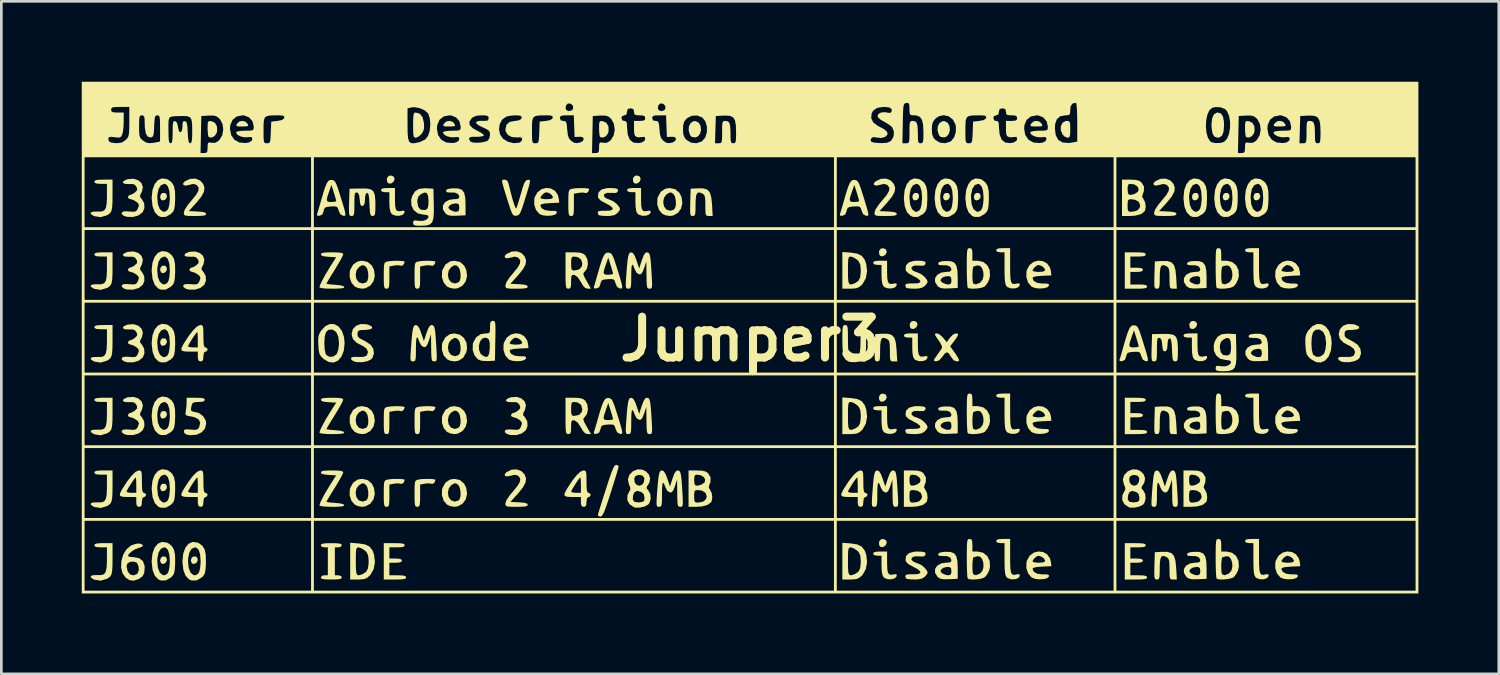
<source format=kicad_pcb>
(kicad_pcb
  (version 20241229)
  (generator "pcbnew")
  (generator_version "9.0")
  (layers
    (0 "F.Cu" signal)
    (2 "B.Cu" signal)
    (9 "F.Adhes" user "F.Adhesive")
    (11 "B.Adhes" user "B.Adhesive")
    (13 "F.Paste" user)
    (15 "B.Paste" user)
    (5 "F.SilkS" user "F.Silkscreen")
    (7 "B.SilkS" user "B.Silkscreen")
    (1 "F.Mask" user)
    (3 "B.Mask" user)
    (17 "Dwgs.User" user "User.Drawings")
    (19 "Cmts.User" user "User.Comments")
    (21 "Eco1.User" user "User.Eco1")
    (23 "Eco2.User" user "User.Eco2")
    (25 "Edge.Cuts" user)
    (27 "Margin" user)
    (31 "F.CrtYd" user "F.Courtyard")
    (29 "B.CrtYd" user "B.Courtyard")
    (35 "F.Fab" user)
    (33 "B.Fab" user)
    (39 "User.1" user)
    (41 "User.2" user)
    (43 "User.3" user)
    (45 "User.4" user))
  (footprint "Jumper3"
    (layer "F.Cu")
    (at 24.931 9.597)
    (property "Reference" "Jumper3" (at 0 0 0) (layer "F.SilkS") (effects (font (size 1.524 1.524) (thickness 0.3))))
    (attr board_only exclude_from_pos_files exclude_from_bom)
    (fp_poly (pts (xy -21.758 -5.37) (xy -21.758 -5.287) (xy -21.813 -5.201) (xy -21.905 -5.169) (xy -21.973 -5.196) (xy -22.01 -5.294) (xy -21.98 -5.399) (xy -21.923 -5.446) (xy -21.816 -5.447)) (stroke (width 0) (type solid)) (fill yes) (layer "F.SilkS"))
    (fp_poly (pts (xy -21.758 -2.658) (xy -21.758 -2.575) (xy -21.813 -2.489) (xy -21.905 -2.457) (xy -21.973 -2.484) (xy -22.01 -2.582) (xy -21.98 -2.687) (xy -21.923 -2.734) (xy -21.816 -2.735)) (stroke (width 0) (type solid)) (fill yes) (layer "F.SilkS"))
    (fp_poly (pts (xy -21.758 0.055) (xy -21.758 0.137) (xy -21.813 0.223) (xy -21.905 0.255) (xy -21.973 0.228) (xy -22.01 0.13) (xy -21.98 0.025) (xy -21.923 -0.022) (xy -21.816 -0.023)) (stroke (width 0) (type solid)) (fill yes) (layer "F.SilkS"))
    (fp_poly (pts (xy -21.758 2.767) (xy -21.758 2.849) (xy -21.813 2.935) (xy -21.905 2.968) (xy -21.973 2.94) (xy -22.01 2.842) (xy -21.98 2.737) (xy -21.923 2.69) (xy -21.816 2.689)) (stroke (width 0) (type solid)) (fill yes) (layer "F.SilkS"))
    (fp_poly (pts (xy -21.758 5.479) (xy -21.758 5.562) (xy -21.813 5.647) (xy -21.905 5.68) (xy -21.973 5.652) (xy -22.01 5.555) (xy -21.98 5.45) (xy -21.923 5.402) (xy -21.816 5.401)) (stroke (width 0) (type solid)) (fill yes) (layer "F.SilkS"))
    (fp_poly (pts (xy -21.758 8.191) (xy -21.758 8.274) (xy -21.813 8.36) (xy -21.905 8.392) (xy -21.973 8.364) (xy -22.01 8.267) (xy -21.98 8.162) (xy -21.923 8.114) (xy -21.816 8.113)) (stroke (width 0) (type solid)) (fill yes) (layer "F.SilkS"))
    (fp_poly (pts (xy -20.61 8.191) (xy -20.61 8.274) (xy -20.665 8.36) (xy -20.757 8.392) (xy -20.826 8.364) (xy -20.863 8.267) (xy -20.832 8.162) (xy -20.775 8.114) (xy -20.668 8.113)) (stroke (width 0) (type solid)) (fill yes) (layer "F.SilkS"))
    (fp_poly (pts (xy -13.298 -6.063) (xy -13.259 -5.97) (xy -13.3 -5.867) (xy -13.401 -5.797) (xy -13.496 -5.809) (xy -13.542 -5.868) (xy -13.55 -5.995) (xy -13.483 -6.082) (xy -13.404 -6.102)) (stroke (width 0) (type solid)) (fill yes) (layer "F.SilkS"))
    (fp_poly (pts (xy -4.118 -6.063) (xy -4.08 -5.97) (xy -4.121 -5.867) (xy -4.221 -5.797) (xy -4.317 -5.809) (xy -4.362 -5.868) (xy -4.371 -5.995) (xy -4.303 -6.082) (xy -4.225 -6.102)) (stroke (width 0) (type solid)) (fill yes) (layer "F.SilkS"))
    (fp_poly (pts (xy 5.061 -3.351) (xy 5.1 -3.258) (xy 5.059 -3.155) (xy 4.958 -3.085) (xy 4.863 -3.097) (xy 4.817 -3.155) (xy 4.809 -3.283) (xy 4.876 -3.37) (xy 4.955 -3.39)) (stroke (width 0) (type solid)) (fill yes) (layer "F.SilkS"))
    (fp_poly (pts (xy 5.061 2.073) (xy 5.1 2.166) (xy 5.059 2.269) (xy 4.958 2.339) (xy 4.863 2.327) (xy 4.817 2.269) (xy 4.809 2.141) (xy 4.876 2.054) (xy 4.955 2.034)) (stroke (width 0) (type solid)) (fill yes) (layer "F.SilkS"))
    (fp_poly (pts (xy 5.061 7.497) (xy 5.1 7.59) (xy 5.059 7.694) (xy 4.958 7.763) (xy 4.863 7.752) (xy 4.817 7.693) (xy 4.809 7.565) (xy 4.876 7.478) (xy 4.955 7.458)) (stroke (width 0) (type solid)) (fill yes) (layer "F.SilkS"))
    (fp_poly (pts (xy 6.209 -0.639) (xy 6.247 -0.546) (xy 6.206 -0.443) (xy 6.106 -0.373) (xy 6.01 -0.385) (xy 5.965 -0.443) (xy 5.956 -0.571) (xy 6.024 -0.658) (xy 6.102 -0.678)) (stroke (width 0) (type solid)) (fill yes) (layer "F.SilkS"))
    (fp_poly (pts (xy 6.302 -5.37) (xy 6.302 -5.287) (xy 6.247 -5.201) (xy 6.155 -5.169) (xy 6.087 -5.196) (xy 6.05 -5.294) (xy 6.08 -5.399) (xy 6.137 -5.446) (xy 6.244 -5.447)) (stroke (width 0) (type solid)) (fill yes) (layer "F.SilkS"))
    (fp_poly (pts (xy 7.45 -5.37) (xy 7.45 -5.287) (xy 7.394 -5.201) (xy 7.302 -5.169) (xy 7.234 -5.196) (xy 7.197 -5.294) (xy 7.228 -5.399) (xy 7.284 -5.446) (xy 7.392 -5.447)) (stroke (width 0) (type solid)) (fill yes) (layer "F.SilkS"))
    (fp_poly (pts (xy 8.597 -5.37) (xy 8.597 -5.287) (xy 8.542 -5.201) (xy 8.45 -5.169) (xy 8.382 -5.196) (xy 8.345 -5.294) (xy 8.375 -5.399) (xy 8.432 -5.446) (xy 8.539 -5.447)) (stroke (width 0) (type solid)) (fill yes) (layer "F.SilkS"))
    (fp_poly (pts (xy 16.64 -0.639) (xy 16.678 -0.546) (xy 16.637 -0.443) (xy 16.537 -0.373) (xy 16.442 -0.385) (xy 16.396 -0.443) (xy 16.388 -0.571) (xy 16.455 -0.658) (xy 16.533 -0.678)) (stroke (width 0) (type solid)) (fill yes) (layer "F.SilkS"))
    (fp_poly (pts (xy 16.733 -5.37) (xy 16.733 -5.287) (xy 16.678 -5.201) (xy 16.586 -5.169) (xy 16.518 -5.196) (xy 16.481 -5.294) (xy 16.511 -5.399) (xy 16.568 -5.446) (xy 16.676 -5.447)) (stroke (width 0) (type solid)) (fill yes) (layer "F.SilkS"))
    (fp_poly (pts (xy 17.881 -5.37) (xy 17.881 -5.287) (xy 17.826 -5.201) (xy 17.734 -5.169) (xy 17.665 -5.196) (xy 17.628 -5.294) (xy 17.659 -5.399) (xy 17.716 -5.446) (xy 17.823 -5.447)) (stroke (width 0) (type solid)) (fill yes) (layer "F.SilkS"))
    (fp_poly (pts (xy 19.028 -5.37) (xy 19.028 -5.287) (xy 18.973 -5.201) (xy 18.881 -5.169) (xy 18.813 -5.196) (xy 18.776 -5.294) (xy 18.806 -5.399) (xy 18.863 -5.446) (xy 18.97 -5.447)) (stroke (width 0) (type solid)) (fill yes) (layer "F.SilkS"))
    (fp_poly (pts (xy -18.809 -8.099) (xy -18.734 -8.009) (xy -18.724 -7.95) (xy -18.771 -7.937) (xy -18.889 -7.929) (xy -18.961 -7.928) (xy -19.103 -7.932) (xy -19.162 -7.951) (xy -19.158 -7.998) (xy -19.141 -8.032) (xy -19.049 -8.118) (xy -18.926 -8.138)) (stroke (width 0) (type solid)) (fill yes) (layer "F.SilkS"))
    (fp_poly (pts (xy -11.09 -8.099) (xy -11.015 -8.009) (xy -11.005 -7.95) (xy -11.052 -7.937) (xy -11.17 -7.929) (xy -11.241 -7.928) (xy -11.384 -7.932) (xy -11.443 -7.951) (xy -11.439 -7.998) (xy -11.422 -8.032) (xy -11.33 -8.118) (xy -11.207 -8.138)) (stroke (width 0) (type solid)) (fill yes) (layer "F.SilkS"))
    (fp_poly (pts (xy 10.816 -8.099) (xy 10.89 -8.009) (xy 10.901 -7.95) (xy 10.854 -7.937) (xy 10.736 -7.929) (xy 10.664 -7.928) (xy 10.522 -7.932) (xy 10.463 -7.951) (xy 10.466 -7.998) (xy 10.483 -8.032) (xy 10.576 -8.118) (xy 10.699 -8.138)) (stroke (width 0) (type solid)) (fill yes) (layer "F.SilkS"))
    (fp_poly (pts (xy 19.891 -8.099) (xy 19.966 -8.009) (xy 19.976 -7.95) (xy 19.929 -7.937) (xy 19.811 -7.929) (xy 19.739 -7.928) (xy 19.597 -7.932) (xy 19.538 -7.951) (xy 19.542 -7.998) (xy 19.559 -8.032) (xy 19.651 -8.118) (xy 19.774 -8.138)) (stroke (width 0) (type solid)) (fill yes) (layer "F.SilkS"))
    (fp_poly (pts (xy -1.913 -8.068) (xy -1.846 -7.949) (xy -1.83 -7.803) (xy -1.865 -7.661) (xy -1.949 -7.556) (xy -2.045 -7.52) (xy -2.177 -7.54) (xy -2.239 -7.608) (xy -2.292 -7.779) (xy -2.28 -7.94) (xy -2.212 -8.064) (xy -2.099 -8.127) (xy -2.032 -8.128)) (stroke (width 0) (type solid)) (fill yes) (layer "F.SilkS"))
    (fp_poly (pts (xy 7.371 -8.068) (xy 7.438 -7.949) (xy 7.454 -7.803) (xy 7.419 -7.661) (xy 7.335 -7.556) (xy 7.239 -7.52) (xy 7.107 -7.54) (xy 7.045 -7.608) (xy 6.991 -7.779) (xy 7.004 -7.94) (xy 7.072 -8.064) (xy 7.185 -8.127) (xy 7.252 -8.128)) (stroke (width 0) (type solid)) (fill yes) (layer "F.SilkS"))
    (fp_poly (pts (xy -20.094 -8.127) (xy -19.964 -8.066) (xy -19.889 -7.937) (xy -19.88 -7.766) (xy -19.902 -7.68) (xy -19.975 -7.572) (xy -20.081 -7.516) (xy -20.181 -7.528) (xy -20.2 -7.543) (xy -20.22 -7.612) (xy -20.234 -7.75) (xy -20.237 -7.862) (xy -20.234 -8.023) (xy -20.217 -8.105) (xy -20.173 -8.131)) (stroke (width 0) (type solid)) (fill yes) (layer "F.SilkS"))
    (fp_poly (pts (xy -5.49 -8.127) (xy -5.361 -8.066) (xy -5.285 -7.937) (xy -5.276 -7.766) (xy -5.298 -7.68) (xy -5.371 -7.572) (xy -5.477 -7.516) (xy -5.577 -7.528) (xy -5.596 -7.543) (xy -5.617 -7.612) (xy -5.63 -7.75) (xy -5.633 -7.862) (xy -5.63 -8.023) (xy -5.613 -8.105) (xy -5.569 -8.131)) (stroke (width 0) (type solid)) (fill yes) (layer "F.SilkS"))
    (fp_poly (pts (xy 18.606 -8.127) (xy 18.735 -8.066) (xy 18.811 -7.937) (xy 18.82 -7.766) (xy 18.798 -7.68) (xy 18.725 -7.572) (xy 18.619 -7.516) (xy 18.519 -7.528) (xy 18.5 -7.543) (xy 18.48 -7.612) (xy 18.466 -7.75) (xy 18.463 -7.862) (xy 18.466 -8.023) (xy 18.483 -8.105) (xy 18.527 -8.131)) (stroke (width 0) (type solid)) (fill yes) (layer "F.SilkS"))
    (fp_poly (pts (xy 11.886 -8.129) (xy 11.925 -8.093) (xy 11.941 -8.001) (xy 11.944 -7.831) (xy 11.944 -7.823) (xy 11.94 -7.648) (xy 11.923 -7.554) (xy 11.885 -7.516) (xy 11.842 -7.51) (xy 11.738 -7.55) (xy 11.66 -7.626) (xy 11.591 -7.787) (xy 11.592 -7.943) (xy 11.656 -8.067) (xy 11.773 -8.133) (xy 11.815 -8.136)) (stroke (width 0) (type solid)) (fill yes) (layer "F.SilkS"))
    (fp_poly (pts (xy 17.565 -8.414) (xy 17.641 -8.302) (xy 17.677 -8.105) (xy 17.681 -7.98) (xy 17.663 -7.739) (xy 17.606 -7.588) (xy 17.506 -7.518) (xy 17.443 -7.51) (xy 17.323 -7.549) (xy 17.262 -7.644) (xy 17.228 -7.788) (xy 17.212 -7.962) (xy 17.211 -7.98) (xy 17.235 -8.227) (xy 17.304 -8.383) (xy 17.417 -8.448) (xy 17.443 -8.449)) (stroke (width 0) (type solid)) (fill yes) (layer "F.SilkS"))
    (fp_poly (pts (xy -12.32 -8.406) (xy -12.217 -8.274) (xy -12.166 -8.054) (xy -12.161 -7.874) (xy -12.194 -7.749) (xy -12.255 -7.654) (xy -12.359 -7.556) (xy -12.461 -7.511) (xy -12.469 -7.51) (xy -12.517 -7.519) (xy -12.547 -7.559) (xy -12.563 -7.649) (xy -12.569 -7.809) (xy -12.57 -7.98) (xy -12.567 -8.204) (xy -12.559 -8.343) (xy -12.539 -8.418) (xy -12.504 -8.446) (xy -12.475 -8.449)) (stroke (width 0) (type solid)) (fill yes) (layer "F.SilkS"))
    (fp_poly (pts (xy -13.248 -5.221) (xy -13.241 -4.99) (xy -13.217 -4.847) (xy -13.164 -4.777) (xy -13.074 -4.766) (xy -12.987 -4.783) (xy -12.902 -4.79) (xy -12.888 -4.732) (xy -12.891 -4.715) (xy -12.951 -4.639) (xy -13.072 -4.6) (xy -13.215 -4.6) (xy -13.34 -4.644) (xy -13.372 -4.669) (xy -13.422 -4.758) (xy -13.449 -4.909) (xy -13.456 -5.115) (xy -13.456 -5.476) (xy -13.613 -5.476) (xy -13.737 -5.5) (xy -13.769 -5.555) (xy -13.741 -5.604) (xy -13.645 -5.628) (xy -13.508 -5.633) (xy -13.248 -5.633)) (stroke (width 0) (type solid)) (fill yes) (layer "F.SilkS"))
    (fp_poly (pts (xy -4.068 -5.221) (xy -4.062 -4.99) (xy -4.037 -4.847) (xy -3.984 -4.777) (xy -3.895 -4.766) (xy -3.807 -4.783) (xy -3.723 -4.79) (xy -3.708 -4.732) (xy -3.711 -4.715) (xy -3.772 -4.639) (xy -3.893 -4.6) (xy -4.035 -4.6) (xy -4.161 -4.644) (xy -4.192 -4.669) (xy -4.243 -4.758) (xy -4.27 -4.909) (xy -4.277 -5.115) (xy -4.277 -5.476) (xy -4.433 -5.476) (xy -4.557 -5.5) (xy -4.59 -5.555) (xy -4.562 -5.604) (xy -4.465 -5.628) (xy -4.329 -5.633) (xy -4.068 -5.633)) (stroke (width 0) (type solid)) (fill yes) (layer "F.SilkS"))
    (fp_poly (pts (xy 5.111 -2.509) (xy 5.118 -2.278) (xy 5.142 -2.135) (xy 5.195 -2.065) (xy 5.285 -2.054) (xy 5.372 -2.071) (xy 5.457 -2.078) (xy 5.471 -2.02) (xy 5.468 -2.002) (xy 5.408 -1.927) (xy 5.287 -1.888) (xy 5.144 -1.888) (xy 5.019 -1.932) (xy 4.987 -1.957) (xy 4.937 -2.045) (xy 4.91 -2.197) (xy 4.903 -2.403) (xy 4.903 -2.764) (xy 4.746 -2.764) (xy 4.622 -2.788) (xy 4.59 -2.843) (xy 4.618 -2.892) (xy 4.714 -2.916) (xy 4.851 -2.921) (xy 5.111 -2.921)) (stroke (width 0) (type solid)) (fill yes) (layer "F.SilkS"))
    (fp_poly (pts (xy 5.111 2.915) (xy 5.118 3.147) (xy 5.142 3.289) (xy 5.195 3.359) (xy 5.285 3.371) (xy 5.372 3.353) (xy 5.457 3.347) (xy 5.471 3.404) (xy 5.468 3.422) (xy 5.408 3.497) (xy 5.287 3.537) (xy 5.144 3.536) (xy 5.019 3.492) (xy 4.987 3.467) (xy 4.937 3.379) (xy 4.91 3.227) (xy 4.903 3.021) (xy 4.903 2.66) (xy 4.746 2.66) (xy 4.622 2.637) (xy 4.59 2.582) (xy 4.618 2.533) (xy 4.714 2.508) (xy 4.851 2.503) (xy 5.111 2.503)) (stroke (width 0) (type solid)) (fill yes) (layer "F.SilkS"))
    (fp_poly (pts (xy 5.111 8.339) (xy 5.118 8.571) (xy 5.142 8.714) (xy 5.195 8.783) (xy 5.285 8.795) (xy 5.372 8.777) (xy 5.457 8.771) (xy 5.471 8.829) (xy 5.468 8.846) (xy 5.408 8.922) (xy 5.287 8.961) (xy 5.144 8.961) (xy 5.019 8.917) (xy 4.987 8.892) (xy 4.937 8.803) (xy 4.91 8.651) (xy 4.903 8.446) (xy 4.903 8.084) (xy 4.746 8.084) (xy 4.622 8.061) (xy 4.59 8.006) (xy 4.618 7.957) (xy 4.714 7.933) (xy 4.851 7.928) (xy 5.111 7.928)) (stroke (width 0) (type solid)) (fill yes) (layer "F.SilkS"))
    (fp_poly (pts (xy 6.259 0.203) (xy 6.265 0.434) (xy 6.29 0.577) (xy 6.342 0.647) (xy 6.432 0.659) (xy 6.52 0.641) (xy 6.604 0.634) (xy 6.618 0.692) (xy 6.616 0.71) (xy 6.555 0.785) (xy 6.434 0.825) (xy 6.291 0.824) (xy 6.166 0.78) (xy 6.135 0.755) (xy 6.084 0.667) (xy 6.057 0.515) (xy 6.05 0.309) (xy 6.05 -0.052) (xy 5.894 -0.052) (xy 5.769 -0.075) (xy 5.737 -0.13) (xy 5.765 -0.18) (xy 5.862 -0.204) (xy 5.998 -0.209) (xy 6.259 -0.209)) (stroke (width 0) (type solid)) (fill yes) (layer "F.SilkS"))
    (fp_poly (pts (xy 16.69 0.203) (xy 16.696 0.434) (xy 16.721 0.577) (xy 16.774 0.647) (xy 16.863 0.659) (xy 16.951 0.641) (xy 17.035 0.634) (xy 17.05 0.692) (xy 17.047 0.71) (xy 16.986 0.785) (xy 16.865 0.825) (xy 16.723 0.824) (xy 16.597 0.78) (xy 16.566 0.755) (xy 16.515 0.667) (xy 16.488 0.515) (xy 16.481 0.309) (xy 16.481 -0.052) (xy 16.325 -0.052) (xy 16.201 -0.075) (xy 16.168 -0.13) (xy 16.196 -0.18) (xy 16.293 -0.204) (xy 16.429 -0.209) (xy 16.69 -0.209)) (stroke (width 0) (type solid)) (fill yes) (layer "F.SilkS"))
    (fp_poly (pts (xy -4.918 4.72) (xy -4.903 4.751) (xy -4.918 4.817) (xy -4.96 4.965) (xy -5.025 5.179) (xy -5.106 5.441) (xy -5.193 5.716) (xy -5.299 6.042) (xy -5.38 6.28) (xy -5.443 6.445) (xy -5.493 6.548) (xy -5.536 6.603) (xy -5.577 6.623) (xy -5.591 6.624) (xy -5.67 6.599) (xy -5.672 6.533) (xy -5.648 6.455) (xy -5.599 6.295) (xy -5.529 6.073) (xy -5.444 5.806) (xy -5.368 5.568) (xy -5.263 5.242) (xy -5.181 5.005) (xy -5.116 4.843) (xy -5.065 4.746) (xy -5.022 4.701) (xy -4.996 4.694)) (stroke (width 0) (type solid)) (fill yes) (layer "F.SilkS"))
    (fp_poly (pts (xy 9.701 -2.744) (xy 9.703 -2.453) (xy 9.714 -2.253) (xy 9.739 -2.129) (xy 9.783 -2.066) (xy 9.853 -2.051) (xy 9.953 -2.069) (xy 9.962 -2.071) (xy 10.046 -2.078) (xy 10.061 -2.02) (xy 10.058 -2.002) (xy 9.997 -1.927) (xy 9.876 -1.888) (xy 9.734 -1.888) (xy 9.608 -1.932) (xy 9.577 -1.957) (xy 9.539 -2.015) (xy 9.514 -2.112) (xy 9.499 -2.265) (xy 9.493 -2.495) (xy 9.492 -2.638) (xy 9.492 -3.234) (xy 9.336 -3.234) (xy 9.212 -3.257) (xy 9.179 -3.312) (xy 9.207 -3.361) (xy 9.304 -3.385) (xy 9.44 -3.39) (xy 9.701 -3.39)) (stroke (width 0) (type solid)) (fill yes) (layer "F.SilkS"))
    (fp_poly (pts (xy 9.701 2.68) (xy 9.703 2.971) (xy 9.714 3.171) (xy 9.739 3.295) (xy 9.783 3.358) (xy 9.853 3.373) (xy 9.953 3.355) (xy 9.962 3.353) (xy 10.046 3.347) (xy 10.061 3.404) (xy 10.058 3.422) (xy 9.997 3.497) (xy 9.876 3.537) (xy 9.734 3.536) (xy 9.608 3.492) (xy 9.577 3.467) (xy 9.539 3.409) (xy 9.514 3.313) (xy 9.499 3.159) (xy 9.493 2.93) (xy 9.492 2.787) (xy 9.492 2.191) (xy 9.336 2.191) (xy 9.212 2.167) (xy 9.179 2.112) (xy 9.207 2.063) (xy 9.304 2.039) (xy 9.44 2.034) (xy 9.701 2.034)) (stroke (width 0) (type solid)) (fill yes) (layer "F.SilkS"))
    (fp_poly (pts (xy 9.701 8.105) (xy 9.703 8.395) (xy 9.714 8.595) (xy 9.739 8.72) (xy 9.783 8.782) (xy 9.853 8.798) (xy 9.953 8.78) (xy 9.962 8.777) (xy 10.046 8.771) (xy 10.061 8.829) (xy 10.058 8.846) (xy 9.997 8.922) (xy 9.876 8.961) (xy 9.734 8.961) (xy 9.608 8.917) (xy 9.577 8.892) (xy 9.539 8.833) (xy 9.514 8.737) (xy 9.499 8.583) (xy 9.493 8.354) (xy 9.492 8.211) (xy 9.492 7.615) (xy 9.336 7.615) (xy 9.212 7.591) (xy 9.179 7.537) (xy 9.207 7.487) (xy 9.304 7.463) (xy 9.44 7.458) (xy 9.701 7.458)) (stroke (width 0) (type solid)) (fill yes) (layer "F.SilkS"))
    (fp_poly (pts (xy 18.985 -2.744) (xy 18.987 -2.453) (xy 18.998 -2.253) (xy 19.023 -2.129) (xy 19.067 -2.066) (xy 19.136 -2.051) (xy 19.236 -2.069) (xy 19.246 -2.071) (xy 19.33 -2.078) (xy 19.345 -2.02) (xy 19.342 -2.002) (xy 19.281 -1.927) (xy 19.16 -1.888) (xy 19.018 -1.888) (xy 18.892 -1.932) (xy 18.861 -1.957) (xy 18.823 -2.015) (xy 18.797 -2.112) (xy 18.783 -2.265) (xy 18.777 -2.495) (xy 18.776 -2.638) (xy 18.776 -3.234) (xy 18.62 -3.234) (xy 18.495 -3.257) (xy 18.463 -3.312) (xy 18.491 -3.361) (xy 18.588 -3.385) (xy 18.724 -3.39) (xy 18.985 -3.39)) (stroke (width 0) (type solid)) (fill yes) (layer "F.SilkS"))
    (fp_poly (pts (xy 18.985 2.68) (xy 18.987 2.971) (xy 18.998 3.171) (xy 19.023 3.295) (xy 19.067 3.358) (xy 19.136 3.373) (xy 19.236 3.355) (xy 19.246 3.353) (xy 19.33 3.347) (xy 19.345 3.404) (xy 19.342 3.422) (xy 19.281 3.497) (xy 19.16 3.537) (xy 19.018 3.536) (xy 18.892 3.492) (xy 18.861 3.467) (xy 18.823 3.409) (xy 18.797 3.313) (xy 18.783 3.159) (xy 18.777 2.93) (xy 18.776 2.787) (xy 18.776 2.191) (xy 18.62 2.191) (xy 18.495 2.167) (xy 18.463 2.112) (xy 18.491 2.063) (xy 18.588 2.039) (xy 18.724 2.034) (xy 18.985 2.034)) (stroke (width 0) (type solid)) (fill yes) (layer "F.SilkS"))
    (fp_poly (pts (xy 18.985 8.105) (xy 18.987 8.395) (xy 18.998 8.595) (xy 19.023 8.72) (xy 19.067 8.782) (xy 19.136 8.798) (xy 19.236 8.78) (xy 19.246 8.777) (xy 19.33 8.771) (xy 19.345 8.829) (xy 19.342 8.846) (xy 19.281 8.922) (xy 19.16 8.961) (xy 19.018 8.961) (xy 18.892 8.917) (xy 18.861 8.892) (xy 18.823 8.833) (xy 18.797 8.737) (xy 18.783 8.583) (xy 18.777 8.354) (xy 18.776 8.211) (xy 18.776 7.615) (xy 18.62 7.615) (xy 18.495 7.591) (xy 18.463 7.537) (xy 18.491 7.487) (xy 18.588 7.463) (xy 18.724 7.458) (xy 18.985 7.458)) (stroke (width 0) (type solid)) (fill yes) (layer "F.SilkS"))
    (fp_poly (pts (xy -23.783 -5.402) (xy -23.785 -5.122) (xy -23.796 -4.927) (xy -23.819 -4.797) (xy -23.861 -4.712) (xy -23.927 -4.653) (xy -23.996 -4.614) (xy -24.226 -4.546) (xy -24.454 -4.581) (xy -24.502 -4.602) (xy -24.594 -4.667) (xy -24.592 -4.721) (xy -24.502 -4.753) (xy -24.343 -4.755) (xy -24.195 -4.756) (xy -24.095 -4.794) (xy -24.034 -4.884) (xy -24.003 -5.042) (xy -23.992 -5.285) (xy -23.992 -5.369) (xy -23.992 -5.789) (xy -24.226 -5.789) (xy -24.381 -5.8) (xy -24.452 -5.834) (xy -24.461 -5.868) (xy -24.439 -5.911) (xy -24.358 -5.936) (xy -24.199 -5.945) (xy -24.122 -5.946) (xy -23.783 -5.946)) (stroke (width 0) (type solid)) (fill yes) (layer "F.SilkS"))
    (fp_poly (pts (xy -23.783 -2.69) (xy -23.785 -2.41) (xy -23.796 -2.215) (xy -23.819 -2.085) (xy -23.861 -2) (xy -23.927 -1.941) (xy -23.996 -1.902) (xy -24.226 -1.833) (xy -24.454 -1.869) (xy -24.502 -1.89) (xy -24.594 -1.955) (xy -24.592 -2.008) (xy -24.502 -2.04) (xy -24.343 -2.043) (xy -24.195 -2.044) (xy -24.095 -2.082) (xy -24.034 -2.172) (xy -24.003 -2.33) (xy -23.992 -2.573) (xy -23.992 -2.657) (xy -23.992 -3.077) (xy -24.226 -3.077) (xy -24.381 -3.087) (xy -24.452 -3.122) (xy -24.461 -3.155) (xy -24.439 -3.199) (xy -24.358 -3.224) (xy -24.199 -3.233) (xy -24.122 -3.234) (xy -23.783 -3.234)) (stroke (width 0) (type solid)) (fill yes) (layer "F.SilkS"))
    (fp_poly (pts (xy -23.783 0.022) (xy -23.785 0.302) (xy -23.796 0.497) (xy -23.819 0.627) (xy -23.861 0.712) (xy -23.927 0.771) (xy -23.996 0.81) (xy -24.226 0.879) (xy -24.454 0.843) (xy -24.502 0.822) (xy -24.594 0.757) (xy -24.592 0.704) (xy -24.502 0.672) (xy -24.343 0.669) (xy -24.195 0.668) (xy -24.095 0.63) (xy -24.034 0.54) (xy -24.003 0.382) (xy -23.992 0.14) (xy -23.992 0.056) (xy -23.992 -0.365) (xy -24.226 -0.365) (xy -24.381 -0.375) (xy -24.452 -0.41) (xy -24.461 -0.443) (xy -24.439 -0.487) (xy -24.358 -0.512) (xy -24.199 -0.521) (xy -24.122 -0.522) (xy -23.783 -0.522)) (stroke (width 0) (type solid)) (fill yes) (layer "F.SilkS"))
    (fp_poly (pts (xy -23.783 2.734) (xy -23.785 3.014) (xy -23.796 3.209) (xy -23.819 3.34) (xy -23.861 3.424) (xy -23.927 3.483) (xy -23.996 3.522) (xy -24.226 3.591) (xy -24.454 3.555) (xy -24.502 3.534) (xy -24.594 3.469) (xy -24.592 3.416) (xy -24.502 3.384) (xy -24.343 3.381) (xy -24.195 3.38) (xy -24.095 3.343) (xy -24.034 3.252) (xy -24.003 3.094) (xy -23.992 2.852) (xy -23.992 2.768) (xy -23.992 2.347) (xy -24.226 2.347) (xy -24.381 2.337) (xy -24.452 2.302) (xy -24.461 2.269) (xy -24.439 2.225) (xy -24.358 2.201) (xy -24.199 2.191) (xy -24.122 2.191) (xy -23.783 2.191)) (stroke (width 0) (type solid)) (fill yes) (layer "F.SilkS"))
    (fp_poly (pts (xy -23.783 5.446) (xy -23.785 5.726) (xy -23.796 5.921) (xy -23.819 6.052) (xy -23.861 6.136) (xy -23.927 6.195) (xy -23.996 6.235) (xy -24.226 6.303) (xy -24.454 6.267) (xy -24.502 6.247) (xy -24.594 6.181) (xy -24.592 6.128) (xy -24.502 6.096) (xy -24.343 6.093) (xy -24.195 6.092) (xy -24.095 6.055) (xy -24.034 5.964) (xy -24.003 5.806) (xy -23.992 5.564) (xy -23.992 5.48) (xy -23.992 5.059) (xy -24.226 5.059) (xy -24.381 5.049) (xy -24.452 5.014) (xy -24.461 4.981) (xy -24.439 4.937) (xy -24.358 4.913) (xy -24.199 4.903) (xy -24.122 4.903) (xy -23.783 4.903)) (stroke (width 0) (type solid)) (fill yes) (layer "F.SilkS"))
    (fp_poly (pts (xy -23.783 8.158) (xy -23.785 8.438) (xy -23.796 8.634) (xy -23.819 8.764) (xy -23.861 8.849) (xy -23.927 8.907) (xy -23.996 8.947) (xy -24.226 9.015) (xy -24.454 8.979) (xy -24.502 8.959) (xy -24.594 8.893) (xy -24.592 8.84) (xy -24.502 8.808) (xy -24.343 8.805) (xy -24.195 8.804) (xy -24.095 8.767) (xy -24.034 8.677) (xy -24.003 8.518) (xy -23.992 8.276) (xy -23.992 8.192) (xy -23.992 7.771) (xy -24.226 7.771) (xy -24.381 7.761) (xy -24.452 7.726) (xy -24.461 7.693) (xy -24.439 7.649) (xy -24.358 7.625) (xy -24.199 7.615) (xy -24.122 7.615) (xy -23.783 7.615)) (stroke (width 0) (type solid)) (fill yes) (layer "F.SilkS"))
    (fp_poly (pts (xy -15.414 7.619) (xy -15.293 7.634) (xy -15.239 7.663) (xy -15.23 7.693) (xy -15.275 7.756) (xy -15.36 7.771) (xy -15.49 7.771) (xy -15.49 8.814) (xy -15.36 8.814) (xy -15.255 8.842) (xy -15.23 8.893) (xy -15.25 8.934) (xy -15.324 8.958) (xy -15.471 8.969) (xy -15.621 8.971) (xy -15.827 8.967) (xy -15.948 8.952) (xy -16.003 8.923) (xy -16.012 8.893) (xy -15.967 8.83) (xy -15.882 8.814) (xy -15.751 8.814) (xy -15.751 7.771) (xy -15.882 7.771) (xy -15.986 7.744) (xy -16.012 7.693) (xy -15.991 7.652) (xy -15.917 7.628) (xy -15.771 7.617) (xy -15.621 7.615)) (stroke (width 0) (type solid)) (fill yes) (layer "F.SilkS"))
    (fp_poly (pts (xy -13.067 7.619) (xy -12.946 7.634) (xy -12.892 7.663) (xy -12.883 7.693) (xy -12.908 7.74) (xy -12.999 7.764) (xy -13.169 7.771) (xy -13.456 7.771) (xy -13.456 8.189) (xy -13.222 8.189) (xy -13.067 8.199) (xy -12.996 8.234) (xy -12.987 8.267) (xy -13.018 8.318) (xy -13.122 8.342) (xy -13.222 8.345) (xy -13.456 8.345) (xy -13.456 8.814) (xy -13.143 8.814) (xy -12.962 8.82) (xy -12.864 8.842) (xy -12.831 8.883) (xy -12.83 8.893) (xy -12.85 8.933) (xy -12.921 8.957) (xy -13.063 8.968) (xy -13.248 8.971) (xy -13.665 8.971) (xy -13.665 7.615) (xy -13.274 7.615)) (stroke (width 0) (type solid)) (fill yes) (layer "F.SilkS"))
    (fp_poly (pts (xy -12.966 -2.909) (xy -12.89 -2.89) (xy -12.883 -2.882) (xy -12.916 -2.789) (xy -12.985 -2.733) (xy -13.037 -2.737) (xy -13.126 -2.753) (xy -13.263 -2.744) (xy -13.277 -2.741) (xy -13.456 -2.707) (xy -13.456 -2.293) (xy -13.458 -2.085) (xy -13.469 -1.961) (xy -13.492 -1.9) (xy -13.534 -1.879) (xy -13.561 -1.878) (xy -13.609 -1.885) (xy -13.64 -1.921) (xy -13.657 -2.004) (xy -13.664 -2.154) (xy -13.665 -2.367) (xy -13.663 -2.596) (xy -13.656 -2.742) (xy -13.637 -2.825) (xy -13.603 -2.867) (xy -13.548 -2.888) (xy -13.548 -2.888) (xy -13.425 -2.908) (xy -13.265 -2.918) (xy -13.102 -2.918)) (stroke (width 0) (type solid)) (fill yes) (layer "F.SilkS"))
    (fp_poly (pts (xy -12.966 2.515) (xy -12.89 2.534) (xy -12.883 2.543) (xy -12.916 2.635) (xy -12.985 2.691) (xy -13.037 2.688) (xy -13.126 2.671) (xy -13.263 2.681) (xy -13.277 2.683) (xy -13.456 2.717) (xy -13.456 3.132) (xy -13.458 3.339) (xy -13.469 3.463) (xy -13.492 3.525) (xy -13.534 3.545) (xy -13.561 3.547) (xy -13.609 3.539) (xy -13.64 3.503) (xy -13.657 3.42) (xy -13.664 3.27) (xy -13.665 3.057) (xy -13.663 2.828) (xy -13.656 2.683) (xy -13.637 2.599) (xy -13.603 2.558) (xy -13.548 2.536) (xy -13.548 2.536) (xy -13.425 2.516) (xy -13.265 2.506) (xy -13.102 2.506)) (stroke (width 0) (type solid)) (fill yes) (layer "F.SilkS"))
    (fp_poly (pts (xy -12.966 5.227) (xy -12.89 5.246) (xy -12.883 5.255) (xy -12.916 5.348) (xy -12.985 5.403) (xy -13.037 5.4) (xy -13.126 5.383) (xy -13.263 5.393) (xy -13.277 5.395) (xy -13.456 5.429) (xy -13.456 5.844) (xy -13.458 6.051) (xy -13.469 6.175) (xy -13.492 6.237) (xy -13.534 6.257) (xy -13.561 6.259) (xy -13.609 6.251) (xy -13.64 6.216) (xy -13.657 6.132) (xy -13.664 5.982) (xy -13.665 5.769) (xy -13.663 5.54) (xy -13.656 5.395) (xy -13.637 5.311) (xy -13.603 5.27) (xy -13.548 5.249) (xy -13.548 5.248) (xy -13.425 5.228) (xy -13.265 5.218) (xy -13.102 5.218)) (stroke (width 0) (type solid)) (fill yes) (layer "F.SilkS"))
    (fp_poly (pts (xy -11.818 -2.909) (xy -11.742 -2.89) (xy -11.736 -2.882) (xy -11.769 -2.789) (xy -11.838 -2.733) (xy -11.889 -2.737) (xy -11.979 -2.753) (xy -12.115 -2.744) (xy -12.13 -2.741) (xy -12.309 -2.707) (xy -12.309 -2.293) (xy -12.311 -2.085) (xy -12.321 -1.961) (xy -12.345 -1.9) (xy -12.386 -1.879) (xy -12.413 -1.878) (xy -12.462 -1.885) (xy -12.493 -1.921) (xy -12.509 -2.004) (xy -12.516 -2.154) (xy -12.517 -2.367) (xy -12.516 -2.596) (xy -12.508 -2.742) (xy -12.49 -2.825) (xy -12.455 -2.867) (xy -12.401 -2.888) (xy -12.4 -2.888) (xy -12.277 -2.908) (xy -12.118 -2.918) (xy -11.954 -2.918)) (stroke (width 0) (type solid)) (fill yes) (layer "F.SilkS"))
    (fp_poly (pts (xy -11.818 2.515) (xy -11.742 2.534) (xy -11.736 2.543) (xy -11.769 2.635) (xy -11.838 2.691) (xy -11.889 2.688) (xy -11.979 2.671) (xy -12.115 2.681) (xy -12.13 2.683) (xy -12.309 2.717) (xy -12.309 3.132) (xy -12.311 3.339) (xy -12.321 3.463) (xy -12.345 3.525) (xy -12.386 3.545) (xy -12.413 3.547) (xy -12.462 3.539) (xy -12.493 3.503) (xy -12.509 3.42) (xy -12.516 3.27) (xy -12.517 3.057) (xy -12.516 2.828) (xy -12.508 2.683) (xy -12.49 2.599) (xy -12.455 2.558) (xy -12.401 2.536) (xy -12.4 2.536) (xy -12.277 2.516) (xy -12.118 2.506) (xy -11.954 2.506)) (stroke (width 0) (type solid)) (fill yes) (layer "F.SilkS"))
    (fp_poly (pts (xy -11.818 5.227) (xy -11.742 5.246) (xy -11.736 5.255) (xy -11.769 5.348) (xy -11.838 5.403) (xy -11.889 5.4) (xy -11.979 5.383) (xy -12.115 5.393) (xy -12.13 5.395) (xy -12.309 5.429) (xy -12.309 5.844) (xy -12.311 6.051) (xy -12.321 6.175) (xy -12.345 6.237) (xy -12.386 6.257) (xy -12.413 6.259) (xy -12.462 6.251) (xy -12.493 6.216) (xy -12.509 6.132) (xy -12.516 5.982) (xy -12.517 5.769) (xy -12.516 5.54) (xy -12.508 5.395) (xy -12.49 5.311) (xy -12.455 5.27) (xy -12.401 5.249) (xy -12.4 5.248) (xy -12.277 5.228) (xy -12.118 5.218) (xy -11.954 5.218)) (stroke (width 0) (type solid)) (fill yes) (layer "F.SilkS"))
    (fp_poly (pts (xy -6.081 -5.621) (xy -6.005 -5.603) (xy -5.999 -5.594) (xy -6.032 -5.501) (xy -6.1 -5.445) (xy -6.152 -5.449) (xy -6.242 -5.466) (xy -6.378 -5.456) (xy -6.393 -5.453) (xy -6.572 -5.42) (xy -6.572 -5.005) (xy -6.574 -4.797) (xy -6.584 -4.673) (xy -6.607 -4.612) (xy -6.649 -4.591) (xy -6.676 -4.59) (xy -6.725 -4.597) (xy -6.755 -4.633) (xy -6.772 -4.716) (xy -6.779 -4.866) (xy -6.78 -5.079) (xy -6.779 -5.308) (xy -6.771 -5.454) (xy -6.752 -5.537) (xy -6.718 -5.579) (xy -6.663 -5.6) (xy -6.663 -5.6) (xy -6.54 -5.62) (xy -6.381 -5.63) (xy -6.217 -5.63)) (stroke (width 0) (type solid)) (fill yes) (layer "F.SilkS"))
    (fp_poly (pts (xy 14.575 -3.23) (xy 14.696 -3.215) (xy 14.751 -3.185) (xy 14.76 -3.155) (xy 14.734 -3.108) (xy 14.644 -3.084) (xy 14.473 -3.077) (xy 14.186 -3.077) (xy 14.186 -2.66) (xy 14.421 -2.66) (xy 14.576 -2.65) (xy 14.646 -2.615) (xy 14.656 -2.582) (xy 14.625 -2.53) (xy 14.521 -2.507) (xy 14.421 -2.503) (xy 14.186 -2.503) (xy 14.186 -2.034) (xy 14.499 -2.034) (xy 14.681 -2.028) (xy 14.779 -2.007) (xy 14.812 -1.965) (xy 14.812 -1.956) (xy 14.793 -1.916) (xy 14.721 -1.892) (xy 14.58 -1.88) (xy 14.395 -1.878) (xy 13.978 -1.878) (xy 13.978 -3.234) (xy 14.369 -3.234)) (stroke (width 0) (type solid)) (fill yes) (layer "F.SilkS"))
    (fp_poly (pts (xy 14.575 2.195) (xy 14.696 2.209) (xy 14.751 2.239) (xy 14.76 2.269) (xy 14.734 2.316) (xy 14.644 2.34) (xy 14.473 2.347) (xy 14.186 2.347) (xy 14.186 2.764) (xy 14.421 2.764) (xy 14.576 2.775) (xy 14.646 2.809) (xy 14.656 2.843) (xy 14.625 2.894) (xy 14.521 2.918) (xy 14.421 2.921) (xy 14.186 2.921) (xy 14.186 3.39) (xy 14.499 3.39) (xy 14.681 3.396) (xy 14.779 3.417) (xy 14.812 3.459) (xy 14.812 3.468) (xy 14.793 3.509) (xy 14.721 3.533) (xy 14.58 3.544) (xy 14.395 3.547) (xy 13.978 3.547) (xy 13.978 2.191) (xy 14.369 2.191)) (stroke (width 0) (type solid)) (fill yes) (layer "F.SilkS"))
    (fp_poly (pts (xy 14.575 7.619) (xy 14.696 7.634) (xy 14.751 7.663) (xy 14.76 7.693) (xy 14.734 7.74) (xy 14.644 7.764) (xy 14.473 7.771) (xy 14.186 7.771) (xy 14.186 8.189) (xy 14.421 8.189) (xy 14.576 8.199) (xy 14.646 8.234) (xy 14.656 8.267) (xy 14.625 8.318) (xy 14.521 8.342) (xy 14.421 8.345) (xy 14.186 8.345) (xy 14.186 8.814) (xy 14.499 8.814) (xy 14.681 8.82) (xy 14.779 8.842) (xy 14.812 8.883) (xy 14.812 8.893) (xy 14.793 8.933) (xy 14.721 8.957) (xy 14.58 8.968) (xy 14.395 8.971) (xy 13.978 8.971) (xy 13.978 7.615) (xy 14.369 7.615)) (stroke (width 0) (type solid)) (fill yes) (layer "F.SilkS"))
    (fp_poly (pts (xy -14.265 -2.875) (xy -14.109 -2.741) (xy -14.03 -2.582) (xy -13.999 -2.355) (xy -14.05 -2.151) (xy -14.17 -1.991) (xy -14.345 -1.895) (xy -14.473 -1.878) (xy -14.629 -1.904) (xy -14.745 -1.956) (xy -14.871 -2.103) (xy -14.937 -2.303) (xy -14.935 -2.403) (xy -14.714 -2.403) (xy -14.687 -2.241) (xy -14.601 -2.121) (xy -14.598 -2.119) (xy -14.457 -2.071) (xy -14.327 -2.11) (xy -14.279 -2.161) (xy -14.244 -2.278) (xy -14.243 -2.439) (xy -14.273 -2.594) (xy -14.321 -2.682) (xy -14.404 -2.75) (xy -14.48 -2.75) (xy -14.592 -2.683) (xy -14.682 -2.564) (xy -14.714 -2.403) (xy -14.935 -2.403) (xy -14.933 -2.52) (xy -14.917 -2.582) (xy -14.806 -2.78) (xy -14.638 -2.894) (xy -14.473 -2.921)) (stroke (width 0) (type solid)) (fill yes) (layer "F.SilkS"))
    (fp_poly (pts (xy -14.265 2.549) (xy -14.109 2.683) (xy -14.03 2.843) (xy -13.999 3.069) (xy -14.05 3.273) (xy -14.17 3.433) (xy -14.345 3.529) (xy -14.473 3.547) (xy -14.629 3.521) (xy -14.745 3.468) (xy -14.871 3.322) (xy -14.937 3.121) (xy -14.935 3.021) (xy -14.714 3.021) (xy -14.687 3.183) (xy -14.601 3.303) (xy -14.598 3.305) (xy -14.457 3.354) (xy -14.327 3.314) (xy -14.279 3.264) (xy -14.244 3.146) (xy -14.243 2.985) (xy -14.273 2.831) (xy -14.321 2.742) (xy -14.404 2.674) (xy -14.48 2.674) (xy -14.592 2.741) (xy -14.682 2.86) (xy -14.714 3.021) (xy -14.935 3.021) (xy -14.933 2.905) (xy -14.917 2.843) (xy -14.806 2.645) (xy -14.638 2.531) (xy -14.473 2.503)) (stroke (width 0) (type solid)) (fill yes) (layer "F.SilkS"))
    (fp_poly (pts (xy -14.265 5.261) (xy -14.109 5.396) (xy -14.03 5.555) (xy -13.999 5.781) (xy -14.05 5.985) (xy -14.17 6.145) (xy -14.345 6.241) (xy -14.473 6.259) (xy -14.629 6.233) (xy -14.745 6.18) (xy -14.871 6.034) (xy -14.937 5.833) (xy -14.935 5.734) (xy -14.714 5.734) (xy -14.687 5.895) (xy -14.601 6.015) (xy -14.598 6.017) (xy -14.457 6.066) (xy -14.327 6.026) (xy -14.279 5.976) (xy -14.244 5.858) (xy -14.243 5.697) (xy -14.273 5.543) (xy -14.321 5.454) (xy -14.404 5.386) (xy -14.48 5.386) (xy -14.592 5.453) (xy -14.682 5.572) (xy -14.714 5.734) (xy -14.935 5.734) (xy -14.933 5.617) (xy -14.917 5.555) (xy -14.806 5.357) (xy -14.638 5.243) (xy -14.473 5.216)) (stroke (width 0) (type solid)) (fill yes) (layer "F.SilkS"))
    (fp_poly (pts (xy -10.829 -0.163) (xy -10.674 -0.039) (xy -10.579 0.14) (xy -10.558 0.356) (xy -10.588 0.495) (xy -10.698 0.693) (xy -10.866 0.807) (xy -11.031 0.834) (xy -11.186 0.809) (xy -11.302 0.756) (xy -11.429 0.61) (xy -11.495 0.409) (xy -11.493 0.309) (xy -11.272 0.309) (xy -11.245 0.471) (xy -11.158 0.591) (xy -11.155 0.593) (xy -11.014 0.642) (xy -10.885 0.602) (xy -10.836 0.551) (xy -10.801 0.434) (xy -10.801 0.273) (xy -10.831 0.118) (xy -10.878 0.03) (xy -10.962 -0.038) (xy -11.038 -0.038) (xy -11.15 0.029) (xy -11.24 0.148) (xy -11.272 0.309) (xy -11.493 0.309) (xy -11.491 0.192) (xy -11.474 0.131) (xy -11.364 -0.068) (xy -11.196 -0.182) (xy -11.031 -0.209)) (stroke (width 0) (type solid)) (fill yes) (layer "F.SilkS"))
    (fp_poly (pts (xy -10.822 -2.875) (xy -10.667 -2.741) (xy -10.588 -2.582) (xy -10.557 -2.355) (xy -10.608 -2.151) (xy -10.728 -1.991) (xy -10.903 -1.895) (xy -11.031 -1.878) (xy -11.186 -1.904) (xy -11.302 -1.956) (xy -11.429 -2.103) (xy -11.495 -2.303) (xy -11.493 -2.403) (xy -11.272 -2.403) (xy -11.245 -2.241) (xy -11.158 -2.121) (xy -11.155 -2.119) (xy -11.014 -2.071) (xy -10.885 -2.11) (xy -10.836 -2.161) (xy -10.801 -2.278) (xy -10.801 -2.439) (xy -10.831 -2.594) (xy -10.878 -2.682) (xy -10.962 -2.75) (xy -11.038 -2.75) (xy -11.15 -2.683) (xy -11.24 -2.564) (xy -11.272 -2.403) (xy -11.493 -2.403) (xy -11.491 -2.52) (xy -11.474 -2.582) (xy -11.364 -2.78) (xy -11.196 -2.894) (xy -11.031 -2.921)) (stroke (width 0) (type solid)) (fill yes) (layer "F.SilkS"))
    (fp_poly (pts (xy -10.822 2.549) (xy -10.667 2.683) (xy -10.588 2.843) (xy -10.557 3.069) (xy -10.608 3.273) (xy -10.728 3.433) (xy -10.903 3.529) (xy -11.031 3.547) (xy -11.186 3.521) (xy -11.302 3.468) (xy -11.429 3.322) (xy -11.495 3.121) (xy -11.493 3.021) (xy -11.272 3.021) (xy -11.245 3.183) (xy -11.158 3.303) (xy -11.155 3.305) (xy -11.014 3.354) (xy -10.885 3.314) (xy -10.836 3.264) (xy -10.801 3.146) (xy -10.801 2.985) (xy -10.831 2.831) (xy -10.878 2.742) (xy -10.962 2.674) (xy -11.038 2.674) (xy -11.15 2.741) (xy -11.24 2.86) (xy -11.272 3.021) (xy -11.493 3.021) (xy -11.491 2.905) (xy -11.474 2.843) (xy -11.364 2.645) (xy -11.196 2.531) (xy -11.031 2.503)) (stroke (width 0) (type solid)) (fill yes) (layer "F.SilkS"))
    (fp_poly (pts (xy -10.822 5.261) (xy -10.667 5.396) (xy -10.588 5.555) (xy -10.557 5.781) (xy -10.608 5.985) (xy -10.728 6.145) (xy -10.903 6.241) (xy -11.031 6.259) (xy -11.186 6.233) (xy -11.302 6.18) (xy -11.429 6.034) (xy -11.495 5.833) (xy -11.493 5.734) (xy -11.272 5.734) (xy -11.245 5.895) (xy -11.158 6.015) (xy -11.155 6.017) (xy -11.014 6.066) (xy -10.885 6.026) (xy -10.836 5.976) (xy -10.801 5.858) (xy -10.801 5.697) (xy -10.831 5.543) (xy -10.878 5.454) (xy -10.962 5.386) (xy -11.038 5.386) (xy -11.15 5.453) (xy -11.24 5.572) (xy -11.272 5.734) (xy -11.493 5.734) (xy -11.491 5.617) (xy -11.474 5.555) (xy -11.364 5.357) (xy -11.196 5.243) (xy -11.031 5.216)) (stroke (width 0) (type solid)) (fill yes) (layer "F.SilkS"))
    (fp_poly (pts (xy -2.79 -5.587) (xy -2.635 -5.453) (xy -2.556 -5.294) (xy -2.525 -5.067) (xy -2.576 -4.863) (xy -2.696 -4.703) (xy -2.871 -4.607) (xy -2.999 -4.59) (xy -3.154 -4.616) (xy -3.27 -4.668) (xy -3.397 -4.815) (xy -3.463 -5.015) (xy -3.461 -5.115) (xy -3.24 -5.115) (xy -3.213 -4.953) (xy -3.126 -4.833) (xy -3.123 -4.831) (xy -2.982 -4.783) (xy -2.853 -4.822) (xy -2.804 -4.873) (xy -2.769 -4.99) (xy -2.769 -5.151) (xy -2.799 -5.306) (xy -2.846 -5.394) (xy -2.93 -5.462) (xy -3.006 -5.463) (xy -3.118 -5.395) (xy -3.208 -5.276) (xy -3.24 -5.115) (xy -3.461 -5.115) (xy -3.459 -5.232) (xy -3.442 -5.294) (xy -3.332 -5.492) (xy -3.163 -5.606) (xy -2.999 -5.633)) (stroke (width 0) (type solid)) (fill yes) (layer "F.SilkS"))
    (fp_poly (pts (xy -1.74 -5.619) (xy -1.594 -5.572) (xy -1.501 -5.466) (xy -1.447 -5.285) (xy -1.419 -5.016) (xy -1.419 -5.016) (xy -1.395 -4.59) (xy -1.532 -4.59) (xy -1.602 -4.594) (xy -1.643 -4.621) (xy -1.662 -4.694) (xy -1.668 -4.833) (xy -1.669 -4.979) (xy -1.672 -5.184) (xy -1.687 -5.309) (xy -1.719 -5.381) (xy -1.774 -5.424) (xy -1.777 -5.426) (xy -1.891 -5.47) (xy -1.966 -5.451) (xy -2.011 -5.356) (xy -2.031 -5.177) (xy -2.034 -5.009) (xy -2.036 -4.8) (xy -2.046 -4.675) (xy -2.069 -4.613) (xy -2.11 -4.591) (xy -2.14 -4.59) (xy -2.189 -4.596) (xy -2.219 -4.628) (xy -2.234 -4.704) (xy -2.237 -4.843) (xy -2.232 -5.066) (xy -2.232 -5.098) (xy -2.217 -5.607) (xy -1.952 -5.622)) (stroke (width 0) (type solid)) (fill yes) (layer "F.SilkS"))
    (fp_poly (pts (xy 5.144 -0.195) (xy 5.29 -0.148) (xy 5.384 -0.041) (xy 5.438 0.139) (xy 5.465 0.408) (xy 5.465 0.409) (xy 5.49 0.834) (xy 5.353 0.834) (xy 5.283 0.83) (xy 5.242 0.803) (xy 5.222 0.731) (xy 5.216 0.591) (xy 5.216 0.445) (xy 5.212 0.241) (xy 5.198 0.115) (xy 5.166 0.043) (xy 5.111 -0.000227) (xy 5.107 -0.002) (xy 4.994 -0.046) (xy 4.918 -0.026) (xy 4.874 0.068) (xy 4.854 0.247) (xy 4.851 0.416) (xy 4.848 0.624) (xy 4.839 0.749) (xy 4.816 0.811) (xy 4.774 0.833) (xy 4.744 0.834) (xy 4.696 0.828) (xy 4.666 0.797) (xy 4.651 0.721) (xy 4.647 0.581) (xy 4.652 0.358) (xy 4.653 0.326) (xy 4.668 -0.183) (xy 4.933 -0.198)) (stroke (width 0) (type solid)) (fill yes) (layer "F.SilkS"))
    (fp_poly (pts (xy 15.575 -2.907) (xy 15.721 -2.86) (xy 15.815 -2.754) (xy 15.869 -2.573) (xy 15.896 -2.304) (xy 15.896 -2.303) (xy 15.921 -1.878) (xy 15.784 -1.878) (xy 15.714 -1.882) (xy 15.673 -1.909) (xy 15.654 -1.981) (xy 15.647 -2.121) (xy 15.647 -2.267) (xy 15.643 -2.471) (xy 15.629 -2.597) (xy 15.597 -2.669) (xy 15.542 -2.712) (xy 15.538 -2.714) (xy 15.425 -2.758) (xy 15.349 -2.738) (xy 15.305 -2.644) (xy 15.285 -2.465) (xy 15.282 -2.297) (xy 15.28 -2.088) (xy 15.27 -1.963) (xy 15.247 -1.901) (xy 15.206 -1.879) (xy 15.176 -1.878) (xy 15.127 -1.884) (xy 15.097 -1.915) (xy 15.082 -1.992) (xy 15.079 -2.131) (xy 15.083 -2.354) (xy 15.084 -2.386) (xy 15.099 -2.895) (xy 15.364 -2.91)) (stroke (width 0) (type solid)) (fill yes) (layer "F.SilkS"))
    (fp_poly (pts (xy 15.575 2.517) (xy 15.721 2.564) (xy 15.815 2.671) (xy 15.869 2.851) (xy 15.896 3.12) (xy 15.896 3.121) (xy 15.921 3.547) (xy 15.784 3.547) (xy 15.714 3.542) (xy 15.673 3.515) (xy 15.654 3.443) (xy 15.647 3.303) (xy 15.647 3.157) (xy 15.643 2.953) (xy 15.629 2.827) (xy 15.597 2.755) (xy 15.542 2.712) (xy 15.538 2.71) (xy 15.425 2.666) (xy 15.349 2.686) (xy 15.305 2.78) (xy 15.285 2.96) (xy 15.282 3.128) (xy 15.28 3.336) (xy 15.27 3.461) (xy 15.247 3.524) (xy 15.206 3.545) (xy 15.176 3.547) (xy 15.127 3.54) (xy 15.097 3.509) (xy 15.082 3.433) (xy 15.079 3.293) (xy 15.083 3.07) (xy 15.084 3.038) (xy 15.099 2.53) (xy 15.364 2.514)) (stroke (width 0) (type solid)) (fill yes) (layer "F.SilkS"))
    (fp_poly (pts (xy 15.575 7.941) (xy 15.721 7.988) (xy 15.815 8.095) (xy 15.869 8.275) (xy 15.896 8.544) (xy 15.896 8.545) (xy 15.921 8.971) (xy 15.784 8.971) (xy 15.714 8.967) (xy 15.673 8.939) (xy 15.654 8.867) (xy 15.647 8.728) (xy 15.647 8.582) (xy 15.643 8.377) (xy 15.629 8.251) (xy 15.597 8.18) (xy 15.542 8.136) (xy 15.538 8.134) (xy 15.425 8.09) (xy 15.349 8.11) (xy 15.305 8.204) (xy 15.285 8.384) (xy 15.282 8.552) (xy 15.28 8.76) (xy 15.27 8.885) (xy 15.247 8.948) (xy 15.206 8.969) (xy 15.176 8.971) (xy 15.127 8.965) (xy 15.097 8.933) (xy 15.082 8.857) (xy 15.079 8.717) (xy 15.083 8.495) (xy 15.084 8.462) (xy 15.099 7.954) (xy 15.364 7.938)) (stroke (width 0) (type solid)) (fill yes) (layer "F.SilkS"))
    (fp_poly (pts (xy -20.516 -5.913) (xy -20.4 -5.785) (xy -20.352 -5.643) (xy -20.373 -5.492) (xy -20.467 -5.316) (xy -20.642 -5.099) (xy -20.667 -5.071) (xy -20.938 -4.772) (xy -20.613 -4.757) (xy -20.423 -4.741) (xy -20.32 -4.712) (xy -20.289 -4.667) (xy -20.289 -4.665) (xy -20.31 -4.626) (xy -20.387 -4.603) (xy -20.537 -4.592) (xy -20.706 -4.59) (xy -20.913 -4.591) (xy -21.037 -4.6) (xy -21.099 -4.622) (xy -21.121 -4.665) (xy -21.123 -4.718) (xy -21.083 -4.838) (xy -20.968 -5.01) (xy -20.834 -5.171) (xy -20.667 -5.376) (xy -20.58 -5.53) (xy -20.57 -5.646) (xy -20.634 -5.734) (xy -20.666 -5.757) (xy -20.775 -5.786) (xy -20.924 -5.75) (xy -21.057 -5.722) (xy -21.138 -5.747) (xy -21.15 -5.807) (xy -21.083 -5.883) (xy -20.89 -5.975) (xy -20.692 -5.984)) (stroke (width 0) (type solid)) (fill yes) (layer "F.SilkS"))
    (fp_poly (pts (xy -8.52 -3.201) (xy -8.404 -3.073) (xy -8.356 -2.931) (xy -8.377 -2.78) (xy -8.471 -2.604) (xy -8.646 -2.387) (xy -8.671 -2.359) (xy -8.942 -2.06) (xy -8.617 -2.045) (xy -8.427 -2.029) (xy -8.324 -2) (xy -8.293 -1.955) (xy -8.293 -1.953) (xy -8.314 -1.914) (xy -8.391 -1.891) (xy -8.541 -1.88) (xy -8.71 -1.878) (xy -8.917 -1.879) (xy -9.041 -1.888) (xy -9.103 -1.91) (xy -9.125 -1.953) (xy -9.127 -2.006) (xy -9.087 -2.125) (xy -8.972 -2.298) (xy -8.838 -2.459) (xy -8.671 -2.663) (xy -8.584 -2.818) (xy -8.574 -2.934) (xy -8.638 -3.022) (xy -8.67 -3.045) (xy -8.779 -3.074) (xy -8.928 -3.038) (xy -9.061 -3.01) (xy -9.142 -3.034) (xy -9.154 -3.095) (xy -9.087 -3.171) (xy -8.894 -3.263) (xy -8.696 -3.272)) (stroke (width 0) (type solid)) (fill yes) (layer "F.SilkS"))
    (fp_poly (pts (xy -8.52 4.935) (xy -8.404 5.063) (xy -8.356 5.205) (xy -8.377 5.356) (xy -8.471 5.532) (xy -8.646 5.75) (xy -8.671 5.777) (xy -8.942 6.076) (xy -8.617 6.092) (xy -8.427 6.108) (xy -8.324 6.136) (xy -8.293 6.181) (xy -8.293 6.183) (xy -8.314 6.222) (xy -8.391 6.246) (xy -8.541 6.257) (xy -8.71 6.259) (xy -8.917 6.257) (xy -9.041 6.249) (xy -9.103 6.226) (xy -9.125 6.183) (xy -9.127 6.13) (xy -9.087 6.011) (xy -8.972 5.838) (xy -8.838 5.678) (xy -8.671 5.473) (xy -8.584 5.319) (xy -8.574 5.203) (xy -8.638 5.114) (xy -8.67 5.092) (xy -8.779 5.063) (xy -8.928 5.099) (xy -9.061 5.126) (xy -9.142 5.102) (xy -9.154 5.041) (xy -9.087 4.966) (xy -8.894 4.873) (xy -8.696 4.864)) (stroke (width 0) (type solid)) (fill yes) (layer "F.SilkS"))
    (fp_poly (pts (xy 5.249 -5.913) (xy 5.365 -5.785) (xy 5.413 -5.643) (xy 5.392 -5.492) (xy 5.298 -5.316) (xy 5.123 -5.099) (xy 5.098 -5.071) (xy 4.827 -4.772) (xy 5.152 -4.757) (xy 5.342 -4.741) (xy 5.445 -4.712) (xy 5.476 -4.667) (xy 5.476 -4.665) (xy 5.455 -4.626) (xy 5.378 -4.603) (xy 5.228 -4.592) (xy 5.059 -4.59) (xy 4.852 -4.591) (xy 4.728 -4.6) (xy 4.666 -4.622) (xy 4.644 -4.665) (xy 4.642 -4.718) (xy 4.682 -4.838) (xy 4.797 -5.01) (xy 4.931 -5.171) (xy 5.099 -5.376) (xy 5.185 -5.53) (xy 5.195 -5.646) (xy 5.132 -5.734) (xy 5.1 -5.757) (xy 4.99 -5.786) (xy 4.841 -5.75) (xy 4.708 -5.722) (xy 4.627 -5.747) (xy 4.615 -5.807) (xy 4.682 -5.883) (xy 4.875 -5.975) (xy 5.074 -5.984)) (stroke (width 0) (type solid)) (fill yes) (layer "F.SilkS"))
    (fp_poly (pts (xy 15.681 -5.913) (xy 15.797 -5.785) (xy 15.844 -5.643) (xy 15.824 -5.492) (xy 15.729 -5.316) (xy 15.554 -5.099) (xy 15.53 -5.071) (xy 15.258 -4.772) (xy 15.583 -4.757) (xy 15.773 -4.741) (xy 15.876 -4.712) (xy 15.908 -4.667) (xy 15.908 -4.665) (xy 15.886 -4.626) (xy 15.809 -4.603) (xy 15.659 -4.592) (xy 15.49 -4.59) (xy 15.283 -4.591) (xy 15.159 -4.6) (xy 15.097 -4.622) (xy 15.076 -4.665) (xy 15.073 -4.718) (xy 15.113 -4.838) (xy 15.229 -5.01) (xy 15.362 -5.171) (xy 15.53 -5.376) (xy 15.617 -5.53) (xy 15.627 -5.646) (xy 15.563 -5.734) (xy 15.531 -5.757) (xy 15.421 -5.786) (xy 15.273 -5.75) (xy 15.139 -5.722) (xy 15.058 -5.747) (xy 15.047 -5.807) (xy 15.113 -5.883) (xy 15.306 -5.975) (xy 15.505 -5.984)) (stroke (width 0) (type solid)) (fill yes) (layer "F.SilkS"))
    (fp_poly (pts (xy -15.377 -3.229) (xy -15.246 -3.215) (xy -15.186 -3.186) (xy -15.177 -3.161) (xy -15.204 -3.089) (xy -15.276 -2.951) (xy -15.382 -2.768) (xy -15.49 -2.59) (xy -15.615 -2.389) (xy -15.716 -2.222) (xy -15.783 -2.108) (xy -15.803 -2.066) (xy -15.756 -2.05) (xy -15.632 -2.034) (xy -15.481 -2.024) (xy -15.285 -2.004) (xy -15.166 -1.969) (xy -15.138 -1.943) (xy -15.155 -1.91) (xy -15.24 -1.89) (xy -15.406 -1.88) (xy -15.59 -1.878) (xy -15.828 -1.883) (xy -15.989 -1.9) (xy -16.061 -1.925) (xy -16.064 -1.932) (xy -16.036 -2.027) (xy -15.958 -2.192) (xy -15.838 -2.41) (xy -15.685 -2.664) (xy -15.648 -2.723) (xy -15.44 -3.051) (xy -15.726 -3.067) (xy -15.904 -3.085) (xy -15.994 -3.12) (xy -16.012 -3.158) (xy -15.99 -3.197) (xy -15.913 -3.221) (xy -15.763 -3.232) (xy -15.595 -3.234)) (stroke (width 0) (type solid)) (fill yes) (layer "F.SilkS"))
    (fp_poly (pts (xy -15.377 2.195) (xy -15.246 2.21) (xy -15.186 2.238) (xy -15.177 2.263) (xy -15.204 2.335) (xy -15.276 2.473) (xy -15.382 2.656) (xy -15.49 2.834) (xy -15.615 3.035) (xy -15.716 3.202) (xy -15.783 3.316) (xy -15.803 3.359) (xy -15.756 3.375) (xy -15.632 3.39) (xy -15.481 3.401) (xy -15.285 3.42) (xy -15.166 3.455) (xy -15.138 3.481) (xy -15.155 3.514) (xy -15.24 3.534) (xy -15.406 3.545) (xy -15.59 3.547) (xy -15.828 3.541) (xy -15.989 3.525) (xy -16.061 3.499) (xy -16.064 3.492) (xy -16.036 3.397) (xy -15.958 3.232) (xy -15.838 3.014) (xy -15.685 2.76) (xy -15.648 2.701) (xy -15.44 2.373) (xy -15.726 2.357) (xy -15.904 2.339) (xy -15.994 2.304) (xy -16.012 2.266) (xy -15.99 2.227) (xy -15.913 2.204) (xy -15.763 2.193) (xy -15.595 2.191)) (stroke (width 0) (type solid)) (fill yes) (layer "F.SilkS"))
    (fp_poly (pts (xy -15.377 4.907) (xy -15.246 4.922) (xy -15.186 4.95) (xy -15.177 4.975) (xy -15.204 5.047) (xy -15.276 5.185) (xy -15.382 5.369) (xy -15.49 5.546) (xy -15.615 5.747) (xy -15.716 5.914) (xy -15.783 6.028) (xy -15.803 6.071) (xy -15.756 6.087) (xy -15.632 6.102) (xy -15.481 6.113) (xy -15.285 6.133) (xy -15.166 6.167) (xy -15.138 6.194) (xy -15.155 6.226) (xy -15.24 6.246) (xy -15.406 6.257) (xy -15.59 6.259) (xy -15.828 6.253) (xy -15.989 6.237) (xy -16.061 6.211) (xy -16.064 6.204) (xy -16.036 6.109) (xy -15.958 5.944) (xy -15.838 5.726) (xy -15.685 5.472) (xy -15.648 5.413) (xy -15.44 5.085) (xy -15.726 5.07) (xy -15.904 5.051) (xy -15.994 5.017) (xy -16.012 4.978) (xy -15.99 4.939) (xy -15.913 4.916) (xy -15.763 4.905) (xy -15.595 4.903)) (stroke (width 0) (type solid)) (fill yes) (layer "F.SilkS"))
    (fp_poly (pts (xy -14.606 7.625) (xy -14.359 7.663) (xy -14.191 7.747) (xy -14.082 7.891) (xy -14.026 8.046) (xy -13.994 8.322) (xy -14.041 8.581) (xy -14.16 8.793) (xy -14.189 8.825) (xy -14.293 8.912) (xy -14.404 8.956) (xy -14.565 8.97) (xy -14.626 8.971) (xy -14.917 8.971) (xy -14.917 8.293) (xy -14.708 8.293) (xy -14.705 8.546) (xy -14.692 8.708) (xy -14.659 8.793) (xy -14.599 8.815) (xy -14.502 8.788) (xy -14.425 8.754) (xy -14.317 8.678) (xy -14.255 8.558) (xy -14.231 8.37) (xy -14.23 8.245) (xy -14.248 8.07) (xy -14.308 7.951) (xy -14.37 7.889) (xy -14.492 7.807) (xy -14.602 7.771) (xy -14.607 7.771) (xy -14.653 7.779) (xy -14.682 7.815) (xy -14.699 7.898) (xy -14.706 8.047) (xy -14.708 8.281) (xy -14.708 8.293) (xy -14.917 8.293) (xy -14.917 7.602)) (stroke (width 0) (type solid)) (fill yes) (layer "F.SilkS"))
    (fp_poly (pts (xy 3.753 -3.224) (xy 4 -3.185) (xy 4.168 -3.101) (xy 4.277 -2.957) (xy 4.333 -2.802) (xy 4.365 -2.527) (xy 4.318 -2.268) (xy 4.199 -2.055) (xy 4.17 -2.024) (xy 4.066 -1.936) (xy 3.955 -1.892) (xy 3.794 -1.878) (xy 3.733 -1.878) (xy 3.442 -1.878) (xy 3.442 -2.556) (xy 3.651 -2.556) (xy 3.654 -2.303) (xy 3.667 -2.141) (xy 3.7 -2.055) (xy 3.76 -2.033) (xy 3.857 -2.06) (xy 3.934 -2.094) (xy 4.042 -2.17) (xy 4.104 -2.291) (xy 4.128 -2.479) (xy 4.129 -2.604) (xy 4.11 -2.779) (xy 4.051 -2.897) (xy 3.989 -2.96) (xy 3.867 -3.041) (xy 3.757 -3.077) (xy 3.752 -3.077) (xy 3.706 -3.069) (xy 3.677 -3.033) (xy 3.66 -2.95) (xy 3.653 -2.801) (xy 3.651 -2.568) (xy 3.651 -2.556) (xy 3.442 -2.556) (xy 3.442 -3.246)) (stroke (width 0) (type solid)) (fill yes) (layer "F.SilkS"))
    (fp_poly (pts (xy 3.753 2.201) (xy 4 2.239) (xy 4.168 2.323) (xy 4.277 2.467) (xy 4.333 2.622) (xy 4.365 2.897) (xy 4.318 3.156) (xy 4.199 3.369) (xy 4.17 3.4) (xy 4.066 3.488) (xy 3.955 3.532) (xy 3.794 3.546) (xy 3.733 3.547) (xy 3.442 3.547) (xy 3.442 2.869) (xy 3.651 2.869) (xy 3.654 3.121) (xy 3.667 3.284) (xy 3.7 3.369) (xy 3.76 3.391) (xy 3.857 3.364) (xy 3.934 3.33) (xy 4.042 3.254) (xy 4.104 3.134) (xy 4.128 2.946) (xy 4.129 2.82) (xy 4.11 2.646) (xy 4.051 2.527) (xy 3.989 2.464) (xy 3.867 2.383) (xy 3.757 2.347) (xy 3.752 2.347) (xy 3.706 2.355) (xy 3.677 2.391) (xy 3.66 2.474) (xy 3.653 2.623) (xy 3.651 2.856) (xy 3.651 2.869) (xy 3.442 2.869) (xy 3.442 2.178)) (stroke (width 0) (type solid)) (fill yes) (layer "F.SilkS"))
    (fp_poly (pts (xy 3.753 7.625) (xy 4 7.663) (xy 4.168 7.747) (xy 4.277 7.891) (xy 4.333 8.046) (xy 4.365 8.322) (xy 4.318 8.581) (xy 4.199 8.793) (xy 4.17 8.825) (xy 4.066 8.912) (xy 3.955 8.956) (xy 3.794 8.97) (xy 3.733 8.971) (xy 3.442 8.971) (xy 3.442 8.293) (xy 3.651 8.293) (xy 3.654 8.546) (xy 3.667 8.708) (xy 3.7 8.793) (xy 3.76 8.815) (xy 3.857 8.788) (xy 3.934 8.754) (xy 4.042 8.678) (xy 4.104 8.558) (xy 4.128 8.37) (xy 4.129 8.245) (xy 4.11 8.07) (xy 4.051 7.951) (xy 3.989 7.889) (xy 3.867 7.807) (xy 3.757 7.771) (xy 3.752 7.771) (xy 3.706 7.779) (xy 3.677 7.815) (xy 3.66 7.898) (xy 3.653 8.047) (xy 3.651 8.281) (xy 3.651 8.293) (xy 3.442 8.293) (xy 3.442 7.602)) (stroke (width 0) (type solid)) (fill yes) (layer "F.SilkS"))
    (fp_poly (pts (xy -5.055 -5.626) (xy -4.955 -5.602) (xy -4.925 -5.553) (xy -4.938 -5.498) (xy -4.998 -5.45) (xy -5.134 -5.449) (xy -5.156 -5.452) (xy -5.337 -5.453) (xy -5.438 -5.407) (xy -5.456 -5.334) (xy -5.385 -5.255) (xy -5.222 -5.191) (xy -5.213 -5.189) (xy -5.089 -5.131) (xy -4.965 -5.03) (xy -4.875 -4.917) (xy -4.851 -4.843) (xy -4.884 -4.777) (xy -4.955 -4.694) (xy -5.059 -4.625) (xy -5.212 -4.594) (xy -5.337 -4.59) (xy -5.5 -4.596) (xy -5.616 -4.611) (xy -5.65 -4.625) (xy -5.683 -4.704) (xy -5.685 -4.727) (xy -5.649 -4.769) (xy -5.532 -4.785) (xy -5.413 -4.784) (xy -5.22 -4.791) (xy -5.126 -4.83) (xy -5.131 -4.895) (xy -5.234 -4.982) (xy -5.383 -5.061) (xy -5.56 -5.157) (xy -5.653 -5.246) (xy -5.676 -5.311) (xy -5.655 -5.467) (xy -5.546 -5.574) (xy -5.353 -5.627) (xy -5.242 -5.633)) (stroke (width 0) (type solid)) (fill yes) (layer "F.SilkS"))
    (fp_poly (pts (xy 6.419 -2.914) (xy 6.52 -2.89) (xy 6.549 -2.841) (xy 6.537 -2.786) (xy 6.476 -2.738) (xy 6.34 -2.737) (xy 6.318 -2.74) (xy 6.138 -2.741) (xy 6.036 -2.695) (xy 6.019 -2.621) (xy 6.089 -2.542) (xy 6.252 -2.479) (xy 6.262 -2.477) (xy 6.386 -2.419) (xy 6.51 -2.318) (xy 6.599 -2.205) (xy 6.624 -2.131) (xy 6.59 -2.065) (xy 6.52 -1.982) (xy 6.415 -1.913) (xy 6.262 -1.882) (xy 6.137 -1.878) (xy 5.975 -1.884) (xy 5.858 -1.899) (xy 5.824 -1.912) (xy 5.791 -1.992) (xy 5.789 -2.015) (xy 5.825 -2.057) (xy 5.943 -2.073) (xy 6.061 -2.072) (xy 6.254 -2.079) (xy 6.348 -2.118) (xy 6.344 -2.183) (xy 6.24 -2.27) (xy 6.091 -2.349) (xy 5.914 -2.445) (xy 5.822 -2.534) (xy 5.798 -2.599) (xy 5.819 -2.755) (xy 5.928 -2.862) (xy 6.121 -2.915) (xy 6.232 -2.921)) (stroke (width 0) (type solid)) (fill yes) (layer "F.SilkS"))
    (fp_poly (pts (xy 6.419 2.51) (xy 6.52 2.534) (xy 6.549 2.583) (xy 6.537 2.639) (xy 6.476 2.687) (xy 6.34 2.687) (xy 6.318 2.684) (xy 6.138 2.683) (xy 6.036 2.73) (xy 6.019 2.803) (xy 6.089 2.882) (xy 6.252 2.945) (xy 6.262 2.947) (xy 6.386 3.005) (xy 6.51 3.106) (xy 6.599 3.219) (xy 6.624 3.293) (xy 6.59 3.359) (xy 6.52 3.442) (xy 6.415 3.511) (xy 6.262 3.542) (xy 6.137 3.547) (xy 5.975 3.541) (xy 5.858 3.525) (xy 5.824 3.512) (xy 5.791 3.433) (xy 5.789 3.409) (xy 5.825 3.367) (xy 5.943 3.351) (xy 6.061 3.353) (xy 6.254 3.345) (xy 6.348 3.306) (xy 6.344 3.241) (xy 6.24 3.154) (xy 6.091 3.075) (xy 5.914 2.979) (xy 5.822 2.89) (xy 5.798 2.825) (xy 5.819 2.669) (xy 5.928 2.563) (xy 6.121 2.509) (xy 6.232 2.503)) (stroke (width 0) (type solid)) (fill yes) (layer "F.SilkS"))
    (fp_poly (pts (xy 6.419 7.934) (xy 6.52 7.958) (xy 6.549 8.007) (xy 6.537 8.063) (xy 6.476 8.111) (xy 6.34 8.111) (xy 6.318 8.108) (xy 6.138 8.107) (xy 6.036 8.154) (xy 6.019 8.227) (xy 6.089 8.306) (xy 6.252 8.37) (xy 6.262 8.372) (xy 6.386 8.429) (xy 6.51 8.531) (xy 6.599 8.644) (xy 6.624 8.717) (xy 6.59 8.784) (xy 6.52 8.867) (xy 6.415 8.935) (xy 6.262 8.967) (xy 6.137 8.971) (xy 5.975 8.965) (xy 5.858 8.949) (xy 5.824 8.936) (xy 5.791 8.857) (xy 5.789 8.833) (xy 5.825 8.792) (xy 5.943 8.775) (xy 6.061 8.777) (xy 6.254 8.77) (xy 6.348 8.731) (xy 6.344 8.665) (xy 6.24 8.578) (xy 6.091 8.499) (xy 5.914 8.403) (xy 5.822 8.314) (xy 5.798 8.249) (xy 5.819 8.094) (xy 5.928 7.987) (xy 6.121 7.933) (xy 6.232 7.928)) (stroke (width 0) (type solid)) (fill yes) (layer "F.SilkS"))
    (fp_poly (pts (xy -21.764 -5.969) (xy -21.701 -5.939) (xy -21.572 -5.84) (xy -21.492 -5.704) (xy -21.452 -5.51) (xy -21.446 -5.238) (xy -21.448 -5.198) (xy -21.459 -4.986) (xy -21.479 -4.851) (xy -21.516 -4.761) (xy -21.58 -4.689) (xy -21.609 -4.663) (xy -21.794 -4.557) (xy -21.978 -4.553) (xy -22.075 -4.594) (xy -22.205 -4.728) (xy -22.289 -4.946) (xy -22.322 -5.237) (xy -22.322 -5.268) (xy -22.114 -5.268) (xy -22.09 -5.022) (xy -22.02 -4.848) (xy -21.912 -4.757) (xy -21.849 -4.746) (xy -21.749 -4.794) (xy -21.696 -4.88) (xy -21.665 -5.014) (xy -21.647 -5.194) (xy -21.645 -5.268) (xy -21.664 -5.525) (xy -21.719 -5.699) (xy -21.808 -5.783) (xy -21.849 -5.789) (xy -21.974 -5.741) (xy -22.063 -5.605) (xy -22.109 -5.391) (xy -22.114 -5.268) (xy -22.322 -5.268) (xy -22.323 -5.278) (xy -22.294 -5.558) (xy -22.214 -5.776) (xy -22.093 -5.924) (xy -21.94 -5.992)) (stroke (width 0) (type solid)) (fill yes) (layer "F.SilkS"))
    (fp_poly (pts (xy -21.764 -3.257) (xy -21.701 -3.227) (xy -21.572 -3.128) (xy -21.492 -2.992) (xy -21.452 -2.798) (xy -21.446 -2.526) (xy -21.448 -2.485) (xy -21.459 -2.274) (xy -21.479 -2.139) (xy -21.516 -2.049) (xy -21.58 -1.977) (xy -21.609 -1.951) (xy -21.794 -1.845) (xy -21.978 -1.841) (xy -22.075 -1.882) (xy -22.205 -2.016) (xy -22.289 -2.234) (xy -22.322 -2.525) (xy -22.322 -2.556) (xy -22.114 -2.556) (xy -22.09 -2.309) (xy -22.02 -2.135) (xy -21.912 -2.045) (xy -21.849 -2.034) (xy -21.749 -2.082) (xy -21.696 -2.168) (xy -21.665 -2.302) (xy -21.647 -2.482) (xy -21.645 -2.556) (xy -21.664 -2.813) (xy -21.719 -2.987) (xy -21.808 -3.07) (xy -21.849 -3.077) (xy -21.974 -3.029) (xy -22.063 -2.893) (xy -22.109 -2.679) (xy -22.114 -2.556) (xy -22.322 -2.556) (xy -22.323 -2.566) (xy -22.294 -2.845) (xy -22.214 -3.064) (xy -22.093 -3.212) (xy -21.94 -3.28)) (stroke (width 0) (type solid)) (fill yes) (layer "F.SilkS"))
    (fp_poly (pts (xy -21.764 -0.545) (xy -21.701 -0.515) (xy -21.572 -0.416) (xy -21.492 -0.28) (xy -21.452 -0.086) (xy -21.446 0.187) (xy -21.448 0.227) (xy -21.459 0.438) (xy -21.479 0.573) (xy -21.516 0.663) (xy -21.58 0.735) (xy -21.609 0.761) (xy -21.794 0.867) (xy -21.978 0.871) (xy -22.075 0.83) (xy -22.205 0.696) (xy -22.289 0.478) (xy -22.322 0.187) (xy -22.322 0.156) (xy -22.114 0.156) (xy -22.09 0.403) (xy -22.02 0.577) (xy -21.912 0.667) (xy -21.849 0.678) (xy -21.749 0.631) (xy -21.696 0.544) (xy -21.665 0.41) (xy -21.647 0.23) (xy -21.645 0.156) (xy -21.664 -0.101) (xy -21.719 -0.275) (xy -21.808 -0.358) (xy -21.849 -0.365) (xy -21.974 -0.317) (xy -22.063 -0.181) (xy -22.109 0.033) (xy -22.114 0.156) (xy -22.322 0.156) (xy -22.323 0.146) (xy -22.294 -0.133) (xy -22.214 -0.352) (xy -22.093 -0.5) (xy -21.94 -0.568)) (stroke (width 0) (type solid)) (fill yes) (layer "F.SilkS"))
    (fp_poly (pts (xy -21.764 2.168) (xy -21.701 2.197) (xy -21.572 2.296) (xy -21.492 2.433) (xy -21.452 2.627) (xy -21.446 2.899) (xy -21.448 2.939) (xy -21.459 3.15) (xy -21.479 3.286) (xy -21.516 3.375) (xy -21.58 3.447) (xy -21.609 3.473) (xy -21.794 3.579) (xy -21.978 3.583) (xy -22.075 3.542) (xy -22.205 3.408) (xy -22.289 3.19) (xy -22.322 2.899) (xy -22.322 2.869) (xy -22.114 2.869) (xy -22.09 3.115) (xy -22.02 3.289) (xy -21.912 3.379) (xy -21.849 3.39) (xy -21.749 3.343) (xy -21.696 3.256) (xy -21.665 3.122) (xy -21.647 2.942) (xy -21.645 2.869) (xy -21.664 2.612) (xy -21.719 2.438) (xy -21.808 2.354) (xy -21.849 2.347) (xy -21.974 2.395) (xy -22.063 2.531) (xy -22.109 2.745) (xy -22.114 2.869) (xy -22.322 2.869) (xy -22.323 2.858) (xy -22.294 2.579) (xy -22.214 2.36) (xy -22.093 2.212) (xy -21.94 2.144)) (stroke (width 0) (type solid)) (fill yes) (layer "F.SilkS"))
    (fp_poly (pts (xy -21.764 4.88) (xy -21.701 4.909) (xy -21.572 5.008) (xy -21.492 5.145) (xy -21.452 5.339) (xy -21.446 5.611) (xy -21.448 5.651) (xy -21.459 5.862) (xy -21.479 5.998) (xy -21.516 6.087) (xy -21.58 6.159) (xy -21.609 6.186) (xy -21.794 6.292) (xy -21.978 6.295) (xy -22.075 6.255) (xy -22.205 6.12) (xy -22.289 5.902) (xy -22.322 5.611) (xy -22.322 5.581) (xy -22.114 5.581) (xy -22.09 5.827) (xy -22.02 6.001) (xy -21.912 6.092) (xy -21.849 6.102) (xy -21.749 6.055) (xy -21.696 5.968) (xy -21.665 5.835) (xy -21.647 5.654) (xy -21.645 5.581) (xy -21.664 5.324) (xy -21.719 5.15) (xy -21.808 5.066) (xy -21.849 5.059) (xy -21.974 5.107) (xy -22.063 5.244) (xy -22.109 5.457) (xy -22.114 5.581) (xy -22.322 5.581) (xy -22.323 5.57) (xy -22.294 5.291) (xy -22.214 5.072) (xy -22.093 4.924) (xy -21.94 4.857)) (stroke (width 0) (type solid)) (fill yes) (layer "F.SilkS"))
    (fp_poly (pts (xy -21.764 7.592) (xy -21.701 7.621) (xy -21.572 7.72) (xy -21.492 7.857) (xy -21.452 8.051) (xy -21.446 8.323) (xy -21.448 8.363) (xy -21.459 8.574) (xy -21.479 8.71) (xy -21.516 8.799) (xy -21.58 8.872) (xy -21.609 8.898) (xy -21.794 9.004) (xy -21.978 9.007) (xy -22.075 8.967) (xy -22.205 8.832) (xy -22.289 8.614) (xy -22.322 8.323) (xy -22.322 8.293) (xy -22.114 8.293) (xy -22.09 8.539) (xy -22.02 8.713) (xy -21.912 8.804) (xy -21.849 8.814) (xy -21.749 8.767) (xy -21.696 8.681) (xy -21.665 8.547) (xy -21.647 8.367) (xy -21.645 8.293) (xy -21.664 8.036) (xy -21.719 7.862) (xy -21.808 7.778) (xy -21.849 7.771) (xy -21.974 7.819) (xy -22.063 7.956) (xy -22.109 8.169) (xy -22.114 8.293) (xy -22.322 8.293) (xy -22.323 8.282) (xy -22.294 8.003) (xy -22.214 7.784) (xy -22.093 7.636) (xy -21.94 7.569)) (stroke (width 0) (type solid)) (fill yes) (layer "F.SilkS"))
    (fp_poly (pts (xy -20.616 7.592) (xy -20.554 7.621) (xy -20.425 7.72) (xy -20.344 7.857) (xy -20.305 8.051) (xy -20.299 8.323) (xy -20.3 8.363) (xy -20.312 8.574) (xy -20.332 8.71) (xy -20.369 8.799) (xy -20.432 8.872) (xy -20.462 8.898) (xy -20.646 9.004) (xy -20.831 9.007) (xy -20.928 8.967) (xy -21.058 8.832) (xy -21.141 8.614) (xy -21.175 8.323) (xy -21.175 8.293) (xy -20.967 8.293) (xy -20.942 8.539) (xy -20.873 8.713) (xy -20.764 8.804) (xy -20.702 8.814) (xy -20.602 8.767) (xy -20.548 8.681) (xy -20.517 8.547) (xy -20.499 8.367) (xy -20.497 8.293) (xy -20.516 8.036) (xy -20.572 7.862) (xy -20.661 7.778) (xy -20.702 7.771) (xy -20.827 7.819) (xy -20.915 7.956) (xy -20.961 8.169) (xy -20.967 8.293) (xy -21.175 8.293) (xy -21.175 8.282) (xy -21.146 8.003) (xy -21.067 7.784) (xy -20.946 7.636) (xy -20.792 7.569)) (stroke (width 0) (type solid)) (fill yes) (layer "F.SilkS"))
    (fp_poly (pts (xy 6.296 -5.969) (xy 6.359 -5.939) (xy 6.488 -5.84) (xy 6.568 -5.704) (xy 6.608 -5.51) (xy 6.613 -5.238) (xy 6.612 -5.198) (xy 6.601 -4.986) (xy 6.581 -4.851) (xy 6.544 -4.761) (xy 6.48 -4.689) (xy 6.451 -4.663) (xy 6.266 -4.557) (xy 6.082 -4.553) (xy 5.985 -4.594) (xy 5.855 -4.728) (xy 5.771 -4.946) (xy 5.738 -5.237) (xy 5.737 -5.268) (xy 5.946 -5.268) (xy 5.97 -5.022) (xy 6.039 -4.848) (xy 6.148 -4.757) (xy 6.211 -4.746) (xy 6.311 -4.794) (xy 6.364 -4.88) (xy 6.395 -5.014) (xy 6.413 -5.194) (xy 6.415 -5.268) (xy 6.396 -5.525) (xy 6.341 -5.699) (xy 6.252 -5.783) (xy 6.211 -5.789) (xy 6.086 -5.741) (xy 5.997 -5.605) (xy 5.951 -5.391) (xy 5.946 -5.268) (xy 5.737 -5.268) (xy 5.737 -5.278) (xy 5.766 -5.558) (xy 5.846 -5.776) (xy 5.967 -5.924) (xy 6.12 -5.992)) (stroke (width 0) (type solid)) (fill yes) (layer "F.SilkS"))
    (fp_poly (pts (xy 7.444 -5.969) (xy 7.506 -5.939) (xy 7.635 -5.84) (xy 7.716 -5.704) (xy 7.755 -5.51) (xy 7.761 -5.238) (xy 7.76 -5.198) (xy 7.748 -4.986) (xy 7.728 -4.851) (xy 7.691 -4.761) (xy 7.628 -4.689) (xy 7.598 -4.663) (xy 7.414 -4.557) (xy 7.229 -4.553) (xy 7.132 -4.594) (xy 7.002 -4.728) (xy 6.919 -4.946) (xy 6.885 -5.237) (xy 6.885 -5.268) (xy 7.093 -5.268) (xy 7.118 -5.022) (xy 7.187 -4.848) (xy 7.296 -4.757) (xy 7.358 -4.746) (xy 7.458 -4.794) (xy 7.512 -4.88) (xy 7.543 -5.014) (xy 7.561 -5.194) (xy 7.563 -5.268) (xy 7.544 -5.525) (xy 7.488 -5.699) (xy 7.399 -5.783) (xy 7.358 -5.789) (xy 7.233 -5.741) (xy 7.145 -5.605) (xy 7.099 -5.391) (xy 7.093 -5.268) (xy 6.885 -5.268) (xy 6.885 -5.278) (xy 6.914 -5.558) (xy 6.993 -5.776) (xy 7.114 -5.924) (xy 7.268 -5.992)) (stroke (width 0) (type solid)) (fill yes) (layer "F.SilkS"))
    (fp_poly (pts (xy 8.591 -5.969) (xy 8.654 -5.939) (xy 8.782 -5.84) (xy 8.863 -5.704) (xy 8.903 -5.51) (xy 8.908 -5.238) (xy 8.907 -5.198) (xy 8.896 -4.986) (xy 8.876 -4.851) (xy 8.839 -4.761) (xy 8.775 -4.689) (xy 8.746 -4.663) (xy 8.561 -4.557) (xy 8.377 -4.553) (xy 8.28 -4.594) (xy 8.15 -4.728) (xy 8.066 -4.946) (xy 8.033 -5.237) (xy 8.032 -5.268) (xy 8.241 -5.268) (xy 8.265 -5.022) (xy 8.334 -4.848) (xy 8.443 -4.757) (xy 8.506 -4.746) (xy 8.606 -4.794) (xy 8.659 -4.88) (xy 8.69 -5.014) (xy 8.708 -5.194) (xy 8.71 -5.268) (xy 8.691 -5.525) (xy 8.635 -5.699) (xy 8.546 -5.783) (xy 8.506 -5.789) (xy 8.381 -5.741) (xy 8.292 -5.605) (xy 8.246 -5.391) (xy 8.241 -5.268) (xy 8.032 -5.268) (xy 8.032 -5.278) (xy 8.061 -5.558) (xy 8.141 -5.776) (xy 8.262 -5.924) (xy 8.415 -5.992)) (stroke (width 0) (type solid)) (fill yes) (layer "F.SilkS"))
    (fp_poly (pts (xy 16.728 -5.969) (xy 16.79 -5.939) (xy 16.919 -5.84) (xy 17 -5.704) (xy 17.039 -5.51) (xy 17.045 -5.238) (xy 17.043 -5.198) (xy 17.032 -4.986) (xy 17.012 -4.851) (xy 16.975 -4.761) (xy 16.911 -4.689) (xy 16.882 -4.663) (xy 16.697 -4.557) (xy 16.513 -4.553) (xy 16.416 -4.594) (xy 16.286 -4.728) (xy 16.202 -4.946) (xy 16.169 -5.237) (xy 16.169 -5.268) (xy 16.377 -5.268) (xy 16.401 -5.022) (xy 16.471 -4.848) (xy 16.579 -4.757) (xy 16.642 -4.746) (xy 16.742 -4.794) (xy 16.796 -4.88) (xy 16.826 -5.014) (xy 16.845 -5.194) (xy 16.846 -5.268) (xy 16.827 -5.525) (xy 16.772 -5.699) (xy 16.683 -5.783) (xy 16.642 -5.789) (xy 16.517 -5.741) (xy 16.429 -5.605) (xy 16.382 -5.391) (xy 16.377 -5.268) (xy 16.169 -5.268) (xy 16.169 -5.278) (xy 16.197 -5.558) (xy 16.277 -5.776) (xy 16.398 -5.924) (xy 16.551 -5.992)) (stroke (width 0) (type solid)) (fill yes) (layer "F.SilkS"))
    (fp_poly (pts (xy 17.875 -5.969) (xy 17.937 -5.939) (xy 18.066 -5.84) (xy 18.147 -5.704) (xy 18.187 -5.51) (xy 18.192 -5.238) (xy 18.191 -5.198) (xy 18.18 -4.986) (xy 18.16 -4.851) (xy 18.122 -4.761) (xy 18.059 -4.689) (xy 18.029 -4.663) (xy 17.845 -4.557) (xy 17.66 -4.553) (xy 17.564 -4.594) (xy 17.433 -4.728) (xy 17.35 -4.946) (xy 17.316 -5.237) (xy 17.316 -5.268) (xy 17.524 -5.268) (xy 17.549 -5.022) (xy 17.618 -4.848) (xy 17.727 -4.757) (xy 17.789 -4.746) (xy 17.89 -4.794) (xy 17.943 -4.88) (xy 17.974 -5.014) (xy 17.992 -5.194) (xy 17.994 -5.268) (xy 17.975 -5.525) (xy 17.919 -5.699) (xy 17.83 -5.783) (xy 17.789 -5.789) (xy 17.664 -5.741) (xy 17.576 -5.605) (xy 17.53 -5.391) (xy 17.524 -5.268) (xy 17.316 -5.268) (xy 17.316 -5.278) (xy 17.345 -5.558) (xy 17.424 -5.776) (xy 17.545 -5.924) (xy 17.699 -5.992)) (stroke (width 0) (type solid)) (fill yes) (layer "F.SilkS"))
    (fp_poly (pts (xy 19.022 -5.969) (xy 19.085 -5.939) (xy 19.214 -5.84) (xy 19.294 -5.704) (xy 19.334 -5.51) (xy 19.34 -5.238) (xy 19.338 -5.198) (xy 19.327 -4.986) (xy 19.307 -4.851) (xy 19.27 -4.761) (xy 19.206 -4.689) (xy 19.177 -4.663) (xy 18.992 -4.557) (xy 18.808 -4.553) (xy 18.711 -4.594) (xy 18.581 -4.728) (xy 18.497 -4.946) (xy 18.464 -5.237) (xy 18.464 -5.268) (xy 18.672 -5.268) (xy 18.696 -5.022) (xy 18.766 -4.848) (xy 18.874 -4.757) (xy 18.937 -4.746) (xy 19.037 -4.794) (xy 19.09 -4.88) (xy 19.121 -5.014) (xy 19.139 -5.194) (xy 19.141 -5.268) (xy 19.122 -5.525) (xy 19.067 -5.699) (xy 18.978 -5.783) (xy 18.937 -5.789) (xy 18.812 -5.741) (xy 18.723 -5.605) (xy 18.677 -5.391) (xy 18.672 -5.268) (xy 18.464 -5.268) (xy 18.463 -5.278) (xy 18.492 -5.558) (xy 18.572 -5.776) (xy 18.693 -5.924) (xy 18.846 -5.992)) (stroke (width 0) (type solid)) (fill yes) (layer "F.SilkS"))
    (fp_poly (pts (xy -15.502 -0.553) (xy -15.349 -0.465) (xy -15.227 -0.304) (xy -15.148 -0.078) (xy -15.125 0.156) (xy -15.156 0.437) (xy -15.242 0.656) (xy -15.371 0.805) (xy -15.532 0.876) (xy -15.713 0.86) (xy -15.903 0.749) (xy -15.918 0.736) (xy -16.009 0.645) (xy -16.062 0.554) (xy -16.09 0.428) (xy -16.105 0.233) (xy -16.106 0.228) (xy -16.108 0.156) (xy -15.882 0.156) (xy -15.868 0.398) (xy -15.83 0.556) (xy -15.808 0.594) (xy -15.692 0.664) (xy -15.555 0.655) (xy -15.436 0.574) (xy -15.401 0.522) (xy -15.36 0.387) (xy -15.337 0.21) (xy -15.335 0.156) (xy -15.362 -0.093) (xy -15.441 -0.264) (xy -15.567 -0.348) (xy -15.6 -0.355) (xy -15.732 -0.341) (xy -15.82 -0.255) (xy -15.867 -0.089) (xy -15.882 0.156) (xy -16.108 0.156) (xy -16.111 0.022) (xy -16.096 -0.117) (xy -16.053 -0.229) (xy -16.002 -0.312) (xy -15.841 -0.484) (xy -15.67 -0.562)) (stroke (width 0) (type solid)) (fill yes) (layer "F.SilkS"))
    (fp_poly (pts (xy -14.314 -0.552) (xy -14.212 -0.521) (xy -14.107 -0.461) (xy -14.098 -0.404) (xy -14.177 -0.361) (xy -14.334 -0.34) (xy -14.373 -0.339) (xy -14.527 -0.334) (xy -14.606 -0.31) (xy -14.638 -0.253) (xy -14.646 -0.203) (xy -14.639 -0.106) (xy -14.576 -0.035) (xy -14.463 0.025) (xy -14.303 0.112) (xy -14.166 0.208) (xy -14.147 0.224) (xy -14.054 0.369) (xy -14.032 0.541) (xy -14.085 0.699) (xy -14.13 0.753) (xy -14.269 0.825) (xy -14.463 0.864) (xy -14.666 0.862) (xy -14.76 0.843) (xy -14.858 0.788) (xy -14.891 0.728) (xy -14.866 0.683) (xy -14.778 0.665) (xy -14.626 0.669) (xy -14.436 0.668) (xy -14.324 0.632) (xy -14.296 0.606) (xy -14.253 0.487) (xy -14.301 0.367) (xy -14.428 0.269) (xy -14.451 0.259) (xy -14.682 0.137) (xy -14.817 -0.003) (xy -14.864 -0.169) (xy -14.864 -0.183) (xy -14.82 -0.365) (xy -14.701 -0.494) (xy -14.525 -0.559)) (stroke (width 0) (type solid)) (fill yes) (layer "F.SilkS"))
    (fp_poly (pts (xy -10.882 -5.617) (xy -10.747 -5.566) (xy -10.665 -5.455) (xy -10.624 -5.268) (xy -10.614 -5.015) (xy -10.614 -4.616) (xy -10.937 -4.6) (xy -11.13 -4.597) (xy -11.252 -4.616) (xy -11.338 -4.664) (xy -11.368 -4.692) (xy -11.459 -4.838) (xy -11.459 -4.901) (xy -11.258 -4.901) (xy -11.214 -4.838) (xy -11.189 -4.819) (xy -11.056 -4.759) (xy -10.969 -4.746) (xy -10.882 -4.765) (xy -10.851 -4.843) (xy -10.848 -4.903) (xy -10.862 -5.014) (xy -10.922 -5.055) (xy -10.999 -5.059) (xy -11.133 -5.031) (xy -11.218 -4.975) (xy -11.258 -4.901) (xy -11.459 -4.901) (xy -11.458 -4.982) (xy -11.378 -5.106) (xy -11.229 -5.19) (xy -11.057 -5.216) (xy -10.92 -5.224) (xy -10.86 -5.26) (xy -10.848 -5.319) (xy -10.895 -5.412) (xy -11.022 -5.464) (xy -11.213 -5.465) (xy -11.214 -5.465) (xy -11.319 -5.478) (xy -11.344 -5.529) (xy -11.311 -5.581) (xy -11.202 -5.611) (xy -11.08 -5.622)) (stroke (width 0) (type solid)) (fill yes) (layer "F.SilkS"))
    (fp_poly (pts (xy -9.554 -0.673) (xy -9.525 -0.649) (xy -9.508 -0.588) (xy -9.5 -0.476) (xy -9.498 -0.296) (xy -9.502 -0.033) (xy -9.504 0.065) (xy -9.518 0.808) (xy -9.779 0.823) (xy -10.014 0.812) (xy -10.153 0.758) (xy -10.281 0.609) (xy -10.348 0.407) (xy -10.344 0.255) (xy -10.117 0.255) (xy -10.109 0.413) (xy -10.052 0.548) (xy -10.001 0.598) (xy -9.873 0.666) (xy -9.787 0.653) (xy -9.736 0.552) (xy -9.712 0.355) (xy -9.711 0.343) (xy -9.713 0.136) (xy -9.749 0.013) (xy -9.827 -0.043) (xy -9.893 -0.051) (xy -10.003 -0.008) (xy -10.079 0.104) (xy -10.117 0.255) (xy -10.344 0.255) (xy -10.343 0.189) (xy -10.327 0.131) (xy -10.217 -0.068) (xy -10.047 -0.181) (xy -9.872 -0.209) (xy -9.767 -0.214) (xy -9.717 -0.25) (xy -9.702 -0.345) (xy -9.701 -0.443) (xy -9.694 -0.59) (xy -9.666 -0.659) (xy -9.604 -0.678) (xy -9.595 -0.678)) (stroke (width 0) (type solid)) (fill yes) (layer "F.SilkS"))
    (fp_poly (pts (xy 7.477 -2.905) (xy 7.612 -2.854) (xy 7.694 -2.742) (xy 7.735 -2.556) (xy 7.745 -2.303) (xy 7.745 -1.904) (xy 7.422 -1.888) (xy 7.229 -1.885) (xy 7.107 -1.904) (xy 7.021 -1.952) (xy 6.991 -1.98) (xy 6.9 -2.126) (xy 6.9 -2.189) (xy 7.101 -2.189) (xy 7.145 -2.126) (xy 7.17 -2.107) (xy 7.303 -2.047) (xy 7.39 -2.034) (xy 7.477 -2.053) (xy 7.508 -2.131) (xy 7.51 -2.191) (xy 7.497 -2.302) (xy 7.437 -2.342) (xy 7.36 -2.347) (xy 7.226 -2.319) (xy 7.141 -2.263) (xy 7.101 -2.189) (xy 6.9 -2.189) (xy 6.901 -2.27) (xy 6.981 -2.394) (xy 7.13 -2.478) (xy 7.302 -2.503) (xy 7.438 -2.512) (xy 7.499 -2.548) (xy 7.51 -2.607) (xy 7.464 -2.7) (xy 7.337 -2.751) (xy 7.146 -2.753) (xy 7.145 -2.753) (xy 7.04 -2.766) (xy 7.015 -2.816) (xy 7.048 -2.868) (xy 7.157 -2.899) (xy 7.279 -2.91)) (stroke (width 0) (type solid)) (fill yes) (layer "F.SilkS"))
    (fp_poly (pts (xy 7.477 2.519) (xy 7.612 2.57) (xy 7.694 2.682) (xy 7.735 2.868) (xy 7.745 3.122) (xy 7.745 3.521) (xy 7.422 3.536) (xy 7.229 3.539) (xy 7.107 3.52) (xy 7.021 3.472) (xy 6.991 3.445) (xy 6.9 3.299) (xy 6.9 3.235) (xy 7.101 3.235) (xy 7.145 3.298) (xy 7.17 3.318) (xy 7.303 3.377) (xy 7.39 3.39) (xy 7.477 3.371) (xy 7.508 3.293) (xy 7.51 3.234) (xy 7.497 3.123) (xy 7.437 3.082) (xy 7.36 3.077) (xy 7.226 3.105) (xy 7.141 3.161) (xy 7.101 3.235) (xy 6.9 3.235) (xy 6.901 3.154) (xy 6.981 3.03) (xy 7.13 2.946) (xy 7.302 2.921) (xy 7.438 2.912) (xy 7.499 2.876) (xy 7.51 2.817) (xy 7.464 2.724) (xy 7.337 2.673) (xy 7.146 2.671) (xy 7.145 2.671) (xy 7.04 2.659) (xy 7.015 2.608) (xy 7.048 2.556) (xy 7.157 2.525) (xy 7.279 2.514)) (stroke (width 0) (type solid)) (fill yes) (layer "F.SilkS"))
    (fp_poly (pts (xy 7.477 7.943) (xy 7.612 7.994) (xy 7.694 8.106) (xy 7.735 8.292) (xy 7.745 8.546) (xy 7.745 8.945) (xy 7.422 8.96) (xy 7.229 8.963) (xy 7.107 8.944) (xy 7.021 8.896) (xy 6.991 8.869) (xy 6.9 8.723) (xy 6.9 8.659) (xy 7.101 8.659) (xy 7.145 8.722) (xy 7.17 8.742) (xy 7.303 8.801) (xy 7.39 8.814) (xy 7.477 8.795) (xy 7.508 8.718) (xy 7.51 8.658) (xy 7.497 8.547) (xy 7.437 8.506) (xy 7.36 8.501) (xy 7.226 8.529) (xy 7.141 8.585) (xy 7.101 8.659) (xy 6.9 8.659) (xy 6.901 8.578) (xy 6.981 8.454) (xy 7.13 8.37) (xy 7.302 8.345) (xy 7.438 8.336) (xy 7.499 8.301) (xy 7.51 8.242) (xy 7.464 8.148) (xy 7.337 8.097) (xy 7.146 8.095) (xy 7.145 8.095) (xy 7.04 8.083) (xy 7.015 8.032) (xy 7.048 7.98) (xy 7.157 7.95) (xy 7.279 7.938)) (stroke (width 0) (type solid)) (fill yes) (layer "F.SilkS"))
    (fp_poly (pts (xy 16.761 -2.905) (xy 16.895 -2.854) (xy 16.978 -2.742) (xy 17.019 -2.556) (xy 17.029 -2.303) (xy 17.029 -1.904) (xy 16.705 -1.888) (xy 16.513 -1.885) (xy 16.39 -1.904) (xy 16.305 -1.952) (xy 16.275 -1.98) (xy 16.184 -2.126) (xy 16.184 -2.189) (xy 16.385 -2.189) (xy 16.428 -2.126) (xy 16.454 -2.107) (xy 16.587 -2.047) (xy 16.674 -2.034) (xy 16.76 -2.053) (xy 16.792 -2.131) (xy 16.794 -2.191) (xy 16.781 -2.302) (xy 16.721 -2.342) (xy 16.644 -2.347) (xy 16.51 -2.319) (xy 16.424 -2.263) (xy 16.385 -2.189) (xy 16.184 -2.189) (xy 16.184 -2.27) (xy 16.265 -2.394) (xy 16.414 -2.478) (xy 16.586 -2.503) (xy 16.722 -2.512) (xy 16.783 -2.548) (xy 16.794 -2.607) (xy 16.748 -2.7) (xy 16.621 -2.751) (xy 16.43 -2.753) (xy 16.429 -2.753) (xy 16.323 -2.766) (xy 16.299 -2.816) (xy 16.332 -2.868) (xy 16.441 -2.899) (xy 16.562 -2.91)) (stroke (width 0) (type solid)) (fill yes) (layer "F.SilkS"))
    (fp_poly (pts (xy 16.761 2.519) (xy 16.895 2.57) (xy 16.978 2.682) (xy 17.019 2.868) (xy 17.029 3.122) (xy 17.029 3.521) (xy 16.705 3.536) (xy 16.513 3.539) (xy 16.39 3.52) (xy 16.305 3.472) (xy 16.275 3.445) (xy 16.184 3.299) (xy 16.184 3.235) (xy 16.385 3.235) (xy 16.428 3.298) (xy 16.454 3.318) (xy 16.587 3.377) (xy 16.674 3.39) (xy 16.76 3.371) (xy 16.792 3.293) (xy 16.794 3.234) (xy 16.781 3.123) (xy 16.721 3.082) (xy 16.644 3.077) (xy 16.51 3.105) (xy 16.424 3.161) (xy 16.385 3.235) (xy 16.184 3.235) (xy 16.184 3.154) (xy 16.265 3.03) (xy 16.414 2.946) (xy 16.586 2.921) (xy 16.722 2.912) (xy 16.783 2.876) (xy 16.794 2.817) (xy 16.748 2.724) (xy 16.621 2.673) (xy 16.43 2.671) (xy 16.429 2.671) (xy 16.323 2.659) (xy 16.299 2.608) (xy 16.332 2.556) (xy 16.441 2.525) (xy 16.562 2.514)) (stroke (width 0) (type solid)) (fill yes) (layer "F.SilkS"))
    (fp_poly (pts (xy 16.761 7.943) (xy 16.895 7.994) (xy 16.978 8.106) (xy 17.019 8.292) (xy 17.029 8.546) (xy 17.029 8.945) (xy 16.705 8.96) (xy 16.513 8.963) (xy 16.39 8.944) (xy 16.305 8.896) (xy 16.275 8.869) (xy 16.184 8.723) (xy 16.184 8.659) (xy 16.385 8.659) (xy 16.428 8.722) (xy 16.454 8.742) (xy 16.587 8.801) (xy 16.674 8.814) (xy 16.76 8.795) (xy 16.792 8.718) (xy 16.794 8.658) (xy 16.781 8.547) (xy 16.721 8.506) (xy 16.644 8.501) (xy 16.51 8.529) (xy 16.424 8.585) (xy 16.385 8.659) (xy 16.184 8.659) (xy 16.184 8.578) (xy 16.265 8.454) (xy 16.414 8.37) (xy 16.586 8.345) (xy 16.722 8.336) (xy 16.783 8.301) (xy 16.794 8.242) (xy 16.748 8.148) (xy 16.621 8.097) (xy 16.43 8.095) (xy 16.429 8.095) (xy 16.323 8.083) (xy 16.299 8.032) (xy 16.332 7.98) (xy 16.441 7.95) (xy 16.562 7.938)) (stroke (width 0) (type solid)) (fill yes) (layer "F.SilkS"))
    (fp_poly (pts (xy 19.055 -0.193) (xy 19.19 -0.142) (xy 19.273 -0.03) (xy 19.314 0.156) (xy 19.324 0.41) (xy 19.324 0.808) (xy 19 0.824) (xy 18.808 0.827) (xy 18.685 0.808) (xy 18.6 0.76) (xy 18.57 0.733) (xy 18.479 0.586) (xy 18.479 0.523) (xy 18.68 0.523) (xy 18.723 0.586) (xy 18.749 0.605) (xy 18.882 0.665) (xy 18.969 0.678) (xy 19.055 0.659) (xy 19.087 0.581) (xy 19.089 0.522) (xy 19.076 0.411) (xy 19.015 0.37) (xy 18.939 0.365) (xy 18.805 0.393) (xy 18.719 0.449) (xy 18.68 0.523) (xy 18.479 0.523) (xy 18.479 0.442) (xy 18.56 0.318) (xy 18.708 0.234) (xy 18.88 0.209) (xy 19.017 0.2) (xy 19.077 0.164) (xy 19.089 0.105) (xy 19.043 0.012) (xy 18.916 -0.039) (xy 18.725 -0.041) (xy 18.724 -0.041) (xy 18.618 -0.054) (xy 18.594 -0.104) (xy 18.627 -0.156) (xy 18.736 -0.187) (xy 18.857 -0.198)) (stroke (width 0) (type solid)) (fill yes) (layer "F.SilkS"))
    (fp_poly (pts (xy 21.321 -0.553) (xy 21.473 -0.465) (xy 21.595 -0.304) (xy 21.674 -0.078) (xy 21.697 0.156) (xy 21.666 0.437) (xy 21.58 0.656) (xy 21.451 0.805) (xy 21.29 0.876) (xy 21.109 0.86) (xy 20.919 0.749) (xy 20.904 0.736) (xy 20.813 0.645) (xy 20.76 0.554) (xy 20.732 0.428) (xy 20.717 0.233) (xy 20.717 0.228) (xy 20.715 0.156) (xy 20.941 0.156) (xy 20.954 0.398) (xy 20.992 0.556) (xy 21.014 0.594) (xy 21.13 0.664) (xy 21.267 0.655) (xy 21.386 0.574) (xy 21.421 0.522) (xy 21.462 0.387) (xy 21.485 0.21) (xy 21.487 0.156) (xy 21.46 -0.093) (xy 21.381 -0.264) (xy 21.256 -0.348) (xy 21.222 -0.355) (xy 21.09 -0.341) (xy 21.003 -0.255) (xy 20.955 -0.089) (xy 20.941 0.156) (xy 20.715 0.156) (xy 20.711 0.022) (xy 20.726 -0.117) (xy 20.769 -0.229) (xy 20.82 -0.312) (xy 20.981 -0.484) (xy 21.152 -0.562)) (stroke (width 0) (type solid)) (fill yes) (layer "F.SilkS"))
    (fp_poly (pts (xy 22.509 -0.552) (xy 22.61 -0.521) (xy 22.715 -0.461) (xy 22.724 -0.404) (xy 22.646 -0.361) (xy 22.488 -0.34) (xy 22.449 -0.339) (xy 22.295 -0.334) (xy 22.216 -0.31) (xy 22.184 -0.253) (xy 22.177 -0.203) (xy 22.183 -0.106) (xy 22.246 -0.035) (xy 22.359 0.025) (xy 22.519 0.112) (xy 22.656 0.208) (xy 22.675 0.224) (xy 22.768 0.369) (xy 22.79 0.541) (xy 22.738 0.699) (xy 22.692 0.753) (xy 22.553 0.825) (xy 22.359 0.864) (xy 22.156 0.862) (xy 22.062 0.843) (xy 21.964 0.788) (xy 21.932 0.728) (xy 21.956 0.683) (xy 22.044 0.665) (xy 22.196 0.669) (xy 22.386 0.668) (xy 22.498 0.632) (xy 22.526 0.606) (xy 22.569 0.487) (xy 22.521 0.367) (xy 22.394 0.269) (xy 22.371 0.259) (xy 22.14 0.137) (xy 22.005 -0.003) (xy 21.958 -0.169) (xy 21.958 -0.183) (xy 22.002 -0.365) (xy 22.122 -0.494) (xy 22.297 -0.559)) (stroke (width 0) (type solid)) (fill yes) (layer "F.SilkS"))
    (fp_poly (pts (xy -20.49 2.196) (xy -20.384 2.214) (xy -20.343 2.251) (xy -20.341 2.269) (xy -20.372 2.321) (xy -20.479 2.344) (xy -20.569 2.347) (xy -20.718 2.356) (xy -20.794 2.391) (xy -20.83 2.464) (xy -20.859 2.615) (xy -20.838 2.691) (xy -20.762 2.712) (xy -20.761 2.712) (xy -20.566 2.757) (xy -20.406 2.875) (xy -20.307 3.04) (xy -20.289 3.155) (xy -20.335 3.341) (xy -20.46 3.482) (xy -20.647 3.568) (xy -20.874 3.589) (xy -21.032 3.563) (xy -21.11 3.498) (xy -21.123 3.446) (xy -21.109 3.392) (xy -21.05 3.37) (xy -20.92 3.373) (xy -20.864 3.378) (xy -20.707 3.388) (xy -20.619 3.371) (xy -20.568 3.317) (xy -20.546 3.273) (xy -20.513 3.113) (xy -20.577 2.993) (xy -20.734 2.914) (xy -20.842 2.891) (xy -20.987 2.865) (xy -21.052 2.831) (xy -21.062 2.766) (xy -21.05 2.699) (xy -21.027 2.529) (xy -21.019 2.367) (xy -21.019 2.191) (xy -20.68 2.191)) (stroke (width 0) (type solid)) (fill yes) (layer "F.SilkS"))
    (fp_poly (pts (xy -8.578 -0.191) (xy -8.426 -0.105) (xy -8.319 0.046) (xy -8.284 0.183) (xy -8.267 0.339) (xy -8.619 0.354) (xy -8.825 0.371) (xy -8.938 0.399) (xy -8.971 0.439) (xy -8.924 0.546) (xy -8.794 0.617) (xy -8.603 0.643) (xy -8.569 0.643) (xy -8.425 0.644) (xy -8.362 0.668) (xy -8.355 0.721) (xy -8.414 0.781) (xy -8.541 0.818) (xy -8.703 0.828) (xy -8.865 0.812) (xy -8.994 0.766) (xy -9.006 0.758) (xy -9.134 0.609) (xy -9.2 0.407) (xy -9.195 0.189) (xy -9.187 0.16) (xy -8.971 0.16) (xy -8.924 0.189) (xy -8.806 0.206) (xy -8.736 0.209) (xy -8.58 0.198) (xy -8.51 0.162) (xy -8.501 0.132) (xy -8.545 0.051) (xy -8.645 -0.022) (xy -8.755 -0.052) (xy -8.836 -0.015) (xy -8.922 0.068) (xy -8.97 0.151) (xy -8.971 0.16) (xy -9.187 0.16) (xy -9.18 0.131) (xy -9.076 -0.053) (xy -8.926 -0.167) (xy -8.752 -0.213)) (stroke (width 0) (type solid)) (fill yes) (layer "F.SilkS"))
    (fp_poly (pts (xy -7.43 -5.616) (xy -7.278 -5.529) (xy -7.172 -5.378) (xy -7.137 -5.242) (xy -7.119 -5.085) (xy -7.471 -5.07) (xy -7.677 -5.053) (xy -7.791 -5.025) (xy -7.823 -4.985) (xy -7.776 -4.878) (xy -7.647 -4.807) (xy -7.455 -4.781) (xy -7.421 -4.782) (xy -7.278 -4.781) (xy -7.215 -4.757) (xy -7.208 -4.703) (xy -7.267 -4.643) (xy -7.394 -4.607) (xy -7.556 -4.596) (xy -7.718 -4.612) (xy -7.847 -4.658) (xy -7.859 -4.666) (xy -7.986 -4.815) (xy -8.053 -5.017) (xy -8.048 -5.235) (xy -8.04 -5.264) (xy -7.823 -5.264) (xy -7.777 -5.235) (xy -7.659 -5.218) (xy -7.589 -5.216) (xy -7.433 -5.226) (xy -7.362 -5.262) (xy -7.354 -5.292) (xy -7.397 -5.373) (xy -7.497 -5.446) (xy -7.608 -5.476) (xy -7.688 -5.439) (xy -7.775 -5.356) (xy -7.822 -5.273) (xy -7.823 -5.264) (xy -8.04 -5.264) (xy -8.032 -5.294) (xy -7.929 -5.477) (xy -7.779 -5.591) (xy -7.605 -5.637)) (stroke (width 0) (type solid)) (fill yes) (layer "F.SilkS"))
    (fp_poly (pts (xy 7.065 -0.172) (xy 7.174 -0.078) (xy 7.202 -0.046) (xy 7.337 0.118) (xy 7.453 -0.045) (xy 7.554 -0.152) (xy 7.654 -0.207) (xy 7.67 -0.209) (xy 7.745 -0.198) (xy 7.76 -0.155) (xy 7.713 -0.063) (xy 7.616 0.072) (xy 7.463 0.273) (xy 7.584 0.437) (xy 7.682 0.577) (xy 7.76 0.705) (xy 7.767 0.717) (xy 7.8 0.803) (xy 7.761 0.832) (xy 7.707 0.834) (xy 7.594 0.793) (xy 7.493 0.661) (xy 7.487 0.651) (xy 7.404 0.526) (xy 7.329 0.495) (xy 7.246 0.561) (xy 7.171 0.667) (xy 7.053 0.795) (xy 6.947 0.832) (xy 6.862 0.815) (xy 6.863 0.769) (xy 6.917 0.685) (xy 7.001 0.565) (xy 7.013 0.548) (xy 7.098 0.428) (xy 7.157 0.34) (xy 7.161 0.332) (xy 7.153 0.26) (xy 7.093 0.14) (xy 7.04 0.059) (xy 6.938 -0.085) (xy 6.895 -0.166) (xy 6.906 -0.201) (xy 6.967 -0.209) (xy 6.976 -0.209)) (stroke (width 0) (type solid)) (fill yes) (layer "F.SilkS"))
    (fp_poly (pts (xy 10.929 -2.903) (xy 11.081 -2.817) (xy 11.187 -2.666) (xy 11.222 -2.53) (xy 11.24 -2.373) (xy 10.888 -2.358) (xy 10.682 -2.341) (xy 10.568 -2.313) (xy 10.536 -2.273) (xy 10.583 -2.166) (xy 10.712 -2.095) (xy 10.904 -2.069) (xy 10.937 -2.07) (xy 11.081 -2.068) (xy 11.144 -2.044) (xy 11.151 -1.991) (xy 11.092 -1.931) (xy 10.965 -1.895) (xy 10.803 -1.884) (xy 10.641 -1.9) (xy 10.512 -1.946) (xy 10.5 -1.954) (xy 10.373 -2.103) (xy 10.306 -2.305) (xy 10.311 -2.523) (xy 10.319 -2.552) (xy 10.536 -2.552) (xy 10.582 -2.523) (xy 10.7 -2.506) (xy 10.77 -2.503) (xy 10.926 -2.514) (xy 10.997 -2.55) (xy 11.005 -2.58) (xy 10.962 -2.661) (xy 10.862 -2.734) (xy 10.751 -2.764) (xy 10.671 -2.727) (xy 10.584 -2.644) (xy 10.536 -2.561) (xy 10.536 -2.552) (xy 10.319 -2.552) (xy 10.327 -2.582) (xy 10.43 -2.765) (xy 10.58 -2.879) (xy 10.754 -2.925)) (stroke (width 0) (type solid)) (fill yes) (layer "F.SilkS"))
    (fp_poly (pts (xy 10.929 2.521) (xy 11.081 2.608) (xy 11.187 2.759) (xy 11.222 2.895) (xy 11.24 3.051) (xy 10.888 3.067) (xy 10.682 3.083) (xy 10.568 3.111) (xy 10.536 3.151) (xy 10.583 3.258) (xy 10.712 3.329) (xy 10.904 3.355) (xy 10.937 3.355) (xy 11.081 3.356) (xy 11.144 3.38) (xy 11.151 3.433) (xy 11.092 3.493) (xy 10.965 3.53) (xy 10.803 3.541) (xy 10.641 3.524) (xy 10.512 3.478) (xy 10.5 3.47) (xy 10.373 3.321) (xy 10.306 3.119) (xy 10.311 2.901) (xy 10.319 2.872) (xy 10.536 2.872) (xy 10.582 2.901) (xy 10.7 2.919) (xy 10.77 2.921) (xy 10.926 2.91) (xy 10.997 2.874) (xy 11.005 2.844) (xy 10.962 2.763) (xy 10.862 2.691) (xy 10.751 2.66) (xy 10.671 2.697) (xy 10.584 2.78) (xy 10.536 2.863) (xy 10.536 2.872) (xy 10.319 2.872) (xy 10.327 2.843) (xy 10.43 2.659) (xy 10.58 2.545) (xy 10.754 2.5)) (stroke (width 0) (type solid)) (fill yes) (layer "F.SilkS"))
    (fp_poly (pts (xy 10.929 7.945) (xy 11.081 8.032) (xy 11.187 8.183) (xy 11.222 8.319) (xy 11.24 8.475) (xy 10.888 8.491) (xy 10.682 8.507) (xy 10.568 8.536) (xy 10.536 8.576) (xy 10.583 8.682) (xy 10.712 8.754) (xy 10.904 8.78) (xy 10.937 8.779) (xy 11.081 8.78) (xy 11.144 8.804) (xy 11.151 8.857) (xy 11.092 8.917) (xy 10.965 8.954) (xy 10.803 8.965) (xy 10.641 8.948) (xy 10.512 8.902) (xy 10.5 8.894) (xy 10.373 8.745) (xy 10.306 8.543) (xy 10.311 8.325) (xy 10.319 8.297) (xy 10.536 8.297) (xy 10.582 8.325) (xy 10.7 8.343) (xy 10.77 8.345) (xy 10.926 8.334) (xy 10.997 8.299) (xy 11.005 8.269) (xy 10.962 8.187) (xy 10.862 8.115) (xy 10.751 8.084) (xy 10.671 8.122) (xy 10.584 8.204) (xy 10.536 8.287) (xy 10.536 8.297) (xy 10.319 8.297) (xy 10.327 8.267) (xy 10.43 8.083) (xy 10.58 7.969) (xy 10.754 7.924)) (stroke (width 0) (type solid)) (fill yes) (layer "F.SilkS"))
    (fp_poly (pts (xy 20.212 -2.903) (xy 20.364 -2.817) (xy 20.471 -2.666) (xy 20.506 -2.53) (xy 20.523 -2.373) (xy 20.171 -2.358) (xy 19.965 -2.341) (xy 19.852 -2.313) (xy 19.819 -2.273) (xy 19.867 -2.166) (xy 19.996 -2.095) (xy 20.187 -2.069) (xy 20.221 -2.07) (xy 20.365 -2.068) (xy 20.428 -2.044) (xy 20.435 -1.991) (xy 20.376 -1.931) (xy 20.249 -1.895) (xy 20.087 -1.884) (xy 19.925 -1.9) (xy 19.796 -1.946) (xy 19.784 -1.954) (xy 19.656 -2.103) (xy 19.59 -2.305) (xy 19.595 -2.523) (xy 19.603 -2.552) (xy 19.819 -2.552) (xy 19.866 -2.523) (xy 19.984 -2.506) (xy 20.054 -2.503) (xy 20.21 -2.514) (xy 20.28 -2.55) (xy 20.289 -2.58) (xy 20.245 -2.661) (xy 20.145 -2.734) (xy 20.035 -2.764) (xy 19.954 -2.727) (xy 19.868 -2.644) (xy 19.82 -2.561) (xy 19.819 -2.552) (xy 19.603 -2.552) (xy 19.611 -2.582) (xy 19.714 -2.765) (xy 19.864 -2.879) (xy 20.038 -2.925)) (stroke (width 0) (type solid)) (fill yes) (layer "F.SilkS"))
    (fp_poly (pts (xy 20.212 2.521) (xy 20.364 2.608) (xy 20.471 2.759) (xy 20.506 2.895) (xy 20.523 3.051) (xy 20.171 3.067) (xy 19.965 3.083) (xy 19.852 3.111) (xy 19.819 3.151) (xy 19.867 3.258) (xy 19.996 3.329) (xy 20.187 3.355) (xy 20.221 3.355) (xy 20.365 3.356) (xy 20.428 3.38) (xy 20.435 3.433) (xy 20.376 3.493) (xy 20.249 3.53) (xy 20.087 3.541) (xy 19.925 3.524) (xy 19.796 3.478) (xy 19.784 3.47) (xy 19.656 3.321) (xy 19.59 3.119) (xy 19.595 2.901) (xy 19.603 2.872) (xy 19.819 2.872) (xy 19.866 2.901) (xy 19.984 2.919) (xy 20.054 2.921) (xy 20.21 2.91) (xy 20.28 2.874) (xy 20.289 2.844) (xy 20.245 2.763) (xy 20.145 2.691) (xy 20.035 2.66) (xy 19.954 2.697) (xy 19.868 2.78) (xy 19.82 2.863) (xy 19.819 2.872) (xy 19.603 2.872) (xy 19.611 2.843) (xy 19.714 2.659) (xy 19.864 2.545) (xy 20.038 2.5)) (stroke (width 0) (type solid)) (fill yes) (layer "F.SilkS"))
    (fp_poly (pts (xy 20.212 7.945) (xy 20.364 8.032) (xy 20.471 8.183) (xy 20.506 8.319) (xy 20.523 8.475) (xy 20.171 8.491) (xy 19.965 8.507) (xy 19.852 8.536) (xy 19.819 8.576) (xy 19.867 8.682) (xy 19.996 8.754) (xy 20.187 8.78) (xy 20.221 8.779) (xy 20.365 8.78) (xy 20.428 8.804) (xy 20.435 8.857) (xy 20.376 8.917) (xy 20.249 8.954) (xy 20.087 8.965) (xy 19.925 8.948) (xy 19.796 8.902) (xy 19.784 8.894) (xy 19.656 8.745) (xy 19.59 8.543) (xy 19.595 8.325) (xy 19.603 8.297) (xy 19.819 8.297) (xy 19.866 8.325) (xy 19.984 8.343) (xy 20.054 8.345) (xy 20.21 8.334) (xy 20.28 8.299) (xy 20.289 8.269) (xy 20.245 8.187) (xy 20.145 8.115) (xy 20.035 8.084) (xy 19.954 8.122) (xy 19.868 8.204) (xy 19.82 8.287) (xy 19.819 8.297) (xy 19.603 8.297) (xy 19.611 8.267) (xy 19.714 8.083) (xy 19.864 7.969) (xy 20.038 7.924)) (stroke (width 0) (type solid)) (fill yes) (layer "F.SilkS"))
    (fp_poly (pts (xy -9.085 -5.93) (xy -9.035 -5.866) (xy -8.992 -5.73) (xy -8.979 -5.676) (xy -8.913 -5.407) (xy -8.849 -5.176) (xy -8.792 -4.999) (xy -8.748 -4.893) (xy -8.724 -4.871) (xy -8.699 -4.931) (xy -8.654 -5.068) (xy -8.596 -5.26) (xy -8.553 -5.41) (xy -8.484 -5.647) (xy -8.429 -5.801) (xy -8.38 -5.888) (xy -8.328 -5.929) (xy -8.298 -5.937) (xy -8.25 -5.942) (xy -8.22 -5.932) (xy -8.21 -5.892) (xy -8.222 -5.81) (xy -8.258 -5.67) (xy -8.321 -5.459) (xy -8.413 -5.164) (xy -8.42 -5.142) (xy -8.495 -4.906) (xy -8.553 -4.752) (xy -8.602 -4.662) (xy -8.652 -4.617) (xy -8.715 -4.6) (xy -8.72 -4.6) (xy -8.789 -4.599) (xy -8.841 -4.629) (xy -8.888 -4.708) (xy -8.944 -4.856) (xy -8.989 -4.991) (xy -9.064 -5.228) (xy -9.139 -5.467) (xy -9.197 -5.661) (xy -9.2 -5.672) (xy -9.243 -5.829) (xy -9.253 -5.91) (xy -9.228 -5.941) (xy -9.163 -5.946) (xy -9.16 -5.946)) (stroke (width 0) (type solid)) (fill yes) (layer "F.SilkS"))
    (fp_poly (pts (xy -22.824 -5.923) (xy -22.703 -5.815) (xy -22.651 -5.669) (xy -22.685 -5.501) (xy -22.702 -5.469) (xy -22.756 -5.361) (xy -22.752 -5.292) (xy -22.687 -5.215) (xy -22.686 -5.214) (xy -22.603 -5.065) (xy -22.593 -4.887) (xy -22.655 -4.735) (xy -22.805 -4.616) (xy -23.01 -4.554) (xy -23.233 -4.557) (xy -23.352 -4.591) (xy -23.434 -4.654) (xy -23.441 -4.71) (xy -23.389 -4.754) (xy -23.268 -4.765) (xy -23.157 -4.758) (xy -23.001 -4.748) (xy -22.914 -4.765) (xy -22.862 -4.822) (xy -22.835 -4.876) (xy -22.798 -4.986) (xy -22.829 -5.062) (xy -22.891 -5.117) (xy -23.012 -5.189) (xy -23.111 -5.216) (xy -23.192 -5.25) (xy -23.209 -5.294) (xy -23.171 -5.363) (xy -23.137 -5.372) (xy -23.046 -5.403) (xy -22.948 -5.467) (xy -22.869 -5.548) (xy -22.869 -5.627) (xy -22.894 -5.68) (xy -22.953 -5.756) (xy -23.045 -5.784) (xy -23.174 -5.78) (xy -23.331 -5.789) (xy -23.398 -5.833) (xy -23.372 -5.894) (xy -23.248 -5.953) (xy -23.209 -5.964) (xy -22.998 -5.978)) (stroke (width 0) (type solid)) (fill yes) (layer "F.SilkS"))
    (fp_poly (pts (xy -22.824 -3.211) (xy -22.703 -3.103) (xy -22.651 -2.957) (xy -22.685 -2.789) (xy -22.702 -2.757) (xy -22.756 -2.648) (xy -22.752 -2.58) (xy -22.687 -2.503) (xy -22.686 -2.502) (xy -22.603 -2.353) (xy -22.593 -2.175) (xy -22.655 -2.023) (xy -22.805 -1.903) (xy -23.01 -1.842) (xy -23.233 -1.845) (xy -23.352 -1.879) (xy -23.434 -1.942) (xy -23.441 -1.998) (xy -23.389 -2.042) (xy -23.268 -2.053) (xy -23.157 -2.046) (xy -23.001 -2.036) (xy -22.914 -2.053) (xy -22.862 -2.11) (xy -22.835 -2.164) (xy -22.798 -2.274) (xy -22.829 -2.349) (xy -22.891 -2.405) (xy -23.012 -2.477) (xy -23.111 -2.503) (xy -23.192 -2.538) (xy -23.209 -2.582) (xy -23.171 -2.651) (xy -23.137 -2.66) (xy -23.046 -2.691) (xy -22.948 -2.755) (xy -22.869 -2.836) (xy -22.869 -2.915) (xy -22.894 -2.967) (xy -22.953 -3.043) (xy -23.045 -3.072) (xy -23.174 -3.068) (xy -23.331 -3.077) (xy -23.398 -3.121) (xy -23.372 -3.182) (xy -23.248 -3.241) (xy -23.209 -3.252) (xy -22.998 -3.266)) (stroke (width 0) (type solid)) (fill yes) (layer "F.SilkS"))
    (fp_poly (pts (xy -22.824 -0.499) (xy -22.703 -0.391) (xy -22.651 -0.245) (xy -22.685 -0.077) (xy -22.702 -0.045) (xy -22.756 0.064) (xy -22.752 0.132) (xy -22.687 0.209) (xy -22.686 0.21) (xy -22.603 0.359) (xy -22.593 0.537) (xy -22.655 0.689) (xy -22.805 0.809) (xy -23.01 0.871) (xy -23.233 0.867) (xy -23.352 0.833) (xy -23.434 0.77) (xy -23.441 0.714) (xy -23.389 0.67) (xy -23.268 0.659) (xy -23.157 0.666) (xy -23.001 0.676) (xy -22.914 0.659) (xy -22.862 0.602) (xy -22.835 0.548) (xy -22.798 0.438) (xy -22.829 0.363) (xy -22.891 0.307) (xy -23.012 0.235) (xy -23.111 0.209) (xy -23.192 0.174) (xy -23.209 0.13) (xy -23.171 0.061) (xy -23.137 0.052) (xy -23.046 0.021) (xy -22.948 -0.043) (xy -22.869 -0.124) (xy -22.869 -0.203) (xy -22.894 -0.255) (xy -22.953 -0.331) (xy -23.045 -0.359) (xy -23.174 -0.356) (xy -23.331 -0.365) (xy -23.398 -0.409) (xy -23.372 -0.47) (xy -23.248 -0.529) (xy -23.209 -0.539) (xy -22.998 -0.554)) (stroke (width 0) (type solid)) (fill yes) (layer "F.SilkS"))
    (fp_poly (pts (xy -22.824 2.213) (xy -22.703 2.321) (xy -22.651 2.467) (xy -22.685 2.635) (xy -22.702 2.667) (xy -22.756 2.776) (xy -22.752 2.845) (xy -22.687 2.921) (xy -22.686 2.922) (xy -22.603 3.071) (xy -22.593 3.249) (xy -22.655 3.401) (xy -22.805 3.521) (xy -23.01 3.583) (xy -23.233 3.579) (xy -23.352 3.545) (xy -23.434 3.482) (xy -23.441 3.426) (xy -23.389 3.382) (xy -23.268 3.371) (xy -23.157 3.378) (xy -23.001 3.388) (xy -22.914 3.371) (xy -22.862 3.314) (xy -22.835 3.26) (xy -22.798 3.15) (xy -22.829 3.075) (xy -22.891 3.019) (xy -23.012 2.947) (xy -23.111 2.921) (xy -23.192 2.887) (xy -23.209 2.843) (xy -23.171 2.773) (xy -23.137 2.764) (xy -23.046 2.733) (xy -22.948 2.67) (xy -22.869 2.588) (xy -22.869 2.51) (xy -22.894 2.457) (xy -22.953 2.381) (xy -23.045 2.353) (xy -23.174 2.356) (xy -23.331 2.348) (xy -23.398 2.303) (xy -23.372 2.242) (xy -23.248 2.183) (xy -23.209 2.173) (xy -22.998 2.158)) (stroke (width 0) (type solid)) (fill yes) (layer "F.SilkS"))
    (fp_poly (pts (xy -20.529 -3.211) (xy -20.408 -3.103) (xy -20.357 -2.957) (xy -20.39 -2.789) (xy -20.407 -2.757) (xy -20.461 -2.648) (xy -20.458 -2.58) (xy -20.392 -2.503) (xy -20.391 -2.502) (xy -20.308 -2.353) (xy -20.298 -2.175) (xy -20.36 -2.023) (xy -20.51 -1.903) (xy -20.715 -1.842) (xy -20.938 -1.845) (xy -21.057 -1.879) (xy -21.14 -1.942) (xy -21.146 -1.998) (xy -21.094 -2.042) (xy -20.973 -2.053) (xy -20.862 -2.046) (xy -20.706 -2.036) (xy -20.619 -2.053) (xy -20.567 -2.11) (xy -20.54 -2.164) (xy -20.503 -2.274) (xy -20.534 -2.349) (xy -20.596 -2.405) (xy -20.717 -2.477) (xy -20.816 -2.503) (xy -20.897 -2.538) (xy -20.915 -2.582) (xy -20.876 -2.651) (xy -20.842 -2.66) (xy -20.751 -2.691) (xy -20.653 -2.755) (xy -20.574 -2.836) (xy -20.574 -2.915) (xy -20.599 -2.967) (xy -20.658 -3.043) (xy -20.75 -3.072) (xy -20.879 -3.068) (xy -21.036 -3.077) (xy -21.103 -3.121) (xy -21.077 -3.182) (xy -20.953 -3.241) (xy -20.915 -3.252) (xy -20.703 -3.266)) (stroke (width 0) (type solid)) (fill yes) (layer "F.SilkS"))
    (fp_poly (pts (xy -8.534 2.213) (xy -8.413 2.321) (xy -8.361 2.467) (xy -8.394 2.635) (xy -8.411 2.667) (xy -8.466 2.776) (xy -8.462 2.845) (xy -8.396 2.921) (xy -8.396 2.922) (xy -8.312 3.071) (xy -8.302 3.249) (xy -8.364 3.401) (xy -8.514 3.521) (xy -8.719 3.583) (xy -8.942 3.579) (xy -9.061 3.545) (xy -9.144 3.482) (xy -9.15 3.426) (xy -9.098 3.382) (xy -8.977 3.371) (xy -8.866 3.378) (xy -8.71 3.388) (xy -8.623 3.371) (xy -8.571 3.314) (xy -8.544 3.26) (xy -8.508 3.15) (xy -8.538 3.075) (xy -8.6 3.019) (xy -8.721 2.947) (xy -8.82 2.921) (xy -8.901 2.887) (xy -8.919 2.843) (xy -8.88 2.773) (xy -8.846 2.764) (xy -8.755 2.733) (xy -8.657 2.67) (xy -8.578 2.588) (xy -8.578 2.51) (xy -8.603 2.457) (xy -8.662 2.381) (xy -8.754 2.353) (xy -8.884 2.356) (xy -9.04 2.348) (xy -9.107 2.303) (xy -9.081 2.242) (xy -8.958 2.183) (xy -8.919 2.173) (xy -8.708 2.158)) (stroke (width 0) (type solid)) (fill yes) (layer "F.SilkS"))
    (fp_poly (pts (xy -22.664 7.675) (xy -22.651 7.699) (xy -22.682 7.747) (xy -22.784 7.788) (xy -22.801 7.791) (xy -22.938 7.842) (xy -23.074 7.927) (xy -23.175 8.021) (xy -23.209 8.093) (xy -23.163 8.12) (xy -23.048 8.135) (xy -23.001 8.136) (xy -22.79 8.175) (xy -22.649 8.287) (xy -22.586 8.466) (xy -22.584 8.523) (xy -22.599 8.718) (xy -22.658 8.845) (xy -22.776 8.936) (xy -22.796 8.947) (xy -22.988 9.015) (xy -23.152 8.994) (xy -23.291 8.903) (xy -23.411 8.736) (xy -23.464 8.521) (xy -23.462 8.482) (xy -23.261 8.482) (xy -23.219 8.657) (xy -23.211 8.681) (xy -23.125 8.785) (xy -22.999 8.816) (xy -22.876 8.768) (xy -22.847 8.739) (xy -22.803 8.619) (xy -22.813 8.474) (xy -22.872 8.354) (xy -22.901 8.33) (xy -23.013 8.302) (xy -23.123 8.312) (xy -23.229 8.371) (xy -23.261 8.482) (xy -23.462 8.482) (xy -23.454 8.284) (xy -23.387 8.051) (xy -23.268 7.85) (xy -23.101 7.708) (xy -23.075 7.694) (xy -22.902 7.636) (xy -22.756 7.63)) (stroke (width 0) (type solid)) (fill yes) (layer "F.SilkS"))
    (fp_poly (pts (xy -12.059 -5.623) (xy -11.813 -5.607) (xy -11.799 -5.022) (xy -11.796 -4.717) (xy -11.813 -4.501) (xy -11.859 -4.359) (xy -11.942 -4.275) (xy -12.072 -4.236) (xy -12.258 -4.225) (xy -12.283 -4.225) (xy -12.448 -4.229) (xy -12.534 -4.248) (xy -12.566 -4.291) (xy -12.57 -4.335) (xy -12.557 -4.406) (xy -12.5 -4.426) (xy -12.388 -4.411) (xy -12.215 -4.405) (xy -12.076 -4.449) (xy -12.002 -4.53) (xy -11.996 -4.565) (xy -12.034 -4.62) (xy -12.158 -4.641) (xy -12.195 -4.642) (xy -12.396 -4.687) (xy -12.546 -4.807) (xy -12.632 -4.983) (xy -12.639 -5.113) (xy -12.413 -5.113) (xy -12.381 -4.93) (xy -12.29 -4.827) (xy -12.149 -4.81) (xy -12.078 -4.83) (xy -12.026 -4.882) (xy -12.001 -5.001) (xy -11.996 -5.145) (xy -12.012 -5.344) (xy -12.065 -5.449) (xy -12.158 -5.464) (xy -12.283 -5.403) (xy -12.375 -5.315) (xy -12.41 -5.189) (xy -12.413 -5.113) (xy -12.639 -5.113) (xy -12.643 -5.192) (xy -12.601 -5.341) (xy -12.499 -5.507) (xy -12.353 -5.599) (xy -12.143 -5.626)) (stroke (width 0) (type solid)) (fill yes) (layer "F.SilkS"))
    (fp_poly (pts (xy 17.878 -0.198) (xy 18.124 -0.183) (xy 18.139 0.403) (xy 18.141 0.707) (xy 18.124 0.923) (xy 18.078 1.066) (xy 17.995 1.149) (xy 17.865 1.189) (xy 17.679 1.2) (xy 17.655 1.2) (xy 17.49 1.195) (xy 17.404 1.176) (xy 17.372 1.133) (xy 17.368 1.089) (xy 17.38 1.018) (xy 17.437 0.998) (xy 17.55 1.013) (xy 17.723 1.019) (xy 17.861 0.975) (xy 17.936 0.894) (xy 17.942 0.859) (xy 17.903 0.804) (xy 17.779 0.783) (xy 17.742 0.782) (xy 17.541 0.738) (xy 17.391 0.617) (xy 17.305 0.442) (xy 17.299 0.312) (xy 17.524 0.312) (xy 17.557 0.494) (xy 17.648 0.598) (xy 17.789 0.614) (xy 17.859 0.594) (xy 17.911 0.542) (xy 17.937 0.423) (xy 17.942 0.28) (xy 17.925 0.08) (xy 17.873 -0.025) (xy 17.779 -0.04) (xy 17.654 0.022) (xy 17.563 0.109) (xy 17.527 0.235) (xy 17.524 0.312) (xy 17.299 0.312) (xy 17.295 0.232) (xy 17.337 0.083) (xy 17.438 -0.083) (xy 17.584 -0.174) (xy 17.795 -0.201)) (stroke (width 0) (type solid)) (fill yes) (layer "F.SilkS"))
    (fp_poly (pts (xy -22.748 4.909) (xy -22.713 4.94) (xy -22.695 5.019) (xy -22.689 5.166) (xy -22.688 5.32) (xy -22.684 5.534) (xy -22.671 5.662) (xy -22.644 5.724) (xy -22.61 5.737) (xy -22.541 5.779) (xy -22.531 5.815) (xy -22.573 5.885) (xy -22.61 5.894) (xy -22.668 5.933) (xy -22.688 6.06) (xy -22.688 6.076) (xy -22.7 6.202) (xy -22.745 6.253) (xy -22.792 6.259) (xy -22.864 6.238) (xy -22.893 6.159) (xy -22.897 6.076) (xy -22.897 5.894) (xy -23.209 5.894) (xy -23.401 5.886) (xy -23.498 5.854) (xy -23.512 5.78) (xy -23.473 5.694) (xy -23.262 5.694) (xy -23.216 5.723) (xy -23.103 5.737) (xy -23.079 5.737) (xy -22.897 5.737) (xy -22.897 5.45) (xy -22.9 5.293) (xy -22.909 5.189) (xy -22.918 5.163) (xy -22.958 5.203) (xy -23.03 5.303) (xy -23.116 5.433) (xy -23.196 5.562) (xy -23.25 5.661) (xy -23.262 5.694) (xy -23.473 5.694) (xy -23.453 5.65) (xy -23.412 5.581) (xy -23.232 5.304) (xy -23.066 5.092) (xy -22.924 4.955) (xy -22.814 4.903) (xy -22.808 4.903)) (stroke (width 0) (type solid)) (fill yes) (layer "F.SilkS"))
    (fp_poly (pts (xy -20.453 -0.516) (xy -20.418 -0.484) (xy -20.4 -0.405) (xy -20.394 -0.258) (xy -20.393 -0.104) (xy -20.389 0.11) (xy -20.376 0.238) (xy -20.349 0.3) (xy -20.315 0.313) (xy -20.246 0.355) (xy -20.237 0.391) (xy -20.278 0.46) (xy -20.315 0.469) (xy -20.373 0.509) (xy -20.393 0.635) (xy -20.393 0.652) (xy -20.405 0.778) (xy -20.45 0.829) (xy -20.497 0.834) (xy -20.569 0.814) (xy -20.598 0.734) (xy -20.602 0.652) (xy -20.602 0.469) (xy -20.915 0.469) (xy -21.106 0.462) (xy -21.203 0.43) (xy -21.217 0.356) (xy -21.178 0.27) (xy -20.967 0.27) (xy -20.921 0.298) (xy -20.808 0.313) (xy -20.784 0.313) (xy -20.602 0.313) (xy -20.602 0.026) (xy -20.605 -0.131) (xy -20.614 -0.235) (xy -20.623 -0.261) (xy -20.663 -0.221) (xy -20.736 -0.121) (xy -20.822 0.009) (xy -20.901 0.138) (xy -20.955 0.236) (xy -20.967 0.27) (xy -21.178 0.27) (xy -21.158 0.226) (xy -21.117 0.156) (xy -20.937 -0.12) (xy -20.772 -0.332) (xy -20.629 -0.469) (xy -20.519 -0.521) (xy -20.513 -0.522)) (stroke (width 0) (type solid)) (fill yes) (layer "F.SilkS"))
    (fp_poly (pts (xy -20.453 4.909) (xy -20.418 4.94) (xy -20.4 5.019) (xy -20.394 5.166) (xy -20.393 5.32) (xy -20.389 5.534) (xy -20.376 5.662) (xy -20.349 5.724) (xy -20.315 5.737) (xy -20.246 5.779) (xy -20.237 5.815) (xy -20.278 5.885) (xy -20.315 5.894) (xy -20.373 5.933) (xy -20.393 6.06) (xy -20.393 6.076) (xy -20.405 6.202) (xy -20.45 6.253) (xy -20.497 6.259) (xy -20.569 6.238) (xy -20.598 6.159) (xy -20.602 6.076) (xy -20.602 5.894) (xy -20.915 5.894) (xy -21.106 5.886) (xy -21.203 5.854) (xy -21.217 5.78) (xy -21.178 5.694) (xy -20.967 5.694) (xy -20.921 5.723) (xy -20.808 5.737) (xy -20.784 5.737) (xy -20.602 5.737) (xy -20.602 5.45) (xy -20.605 5.293) (xy -20.614 5.189) (xy -20.623 5.163) (xy -20.663 5.203) (xy -20.736 5.303) (xy -20.822 5.433) (xy -20.901 5.562) (xy -20.955 5.661) (xy -20.967 5.694) (xy -21.178 5.694) (xy -21.158 5.65) (xy -21.117 5.581) (xy -20.937 5.304) (xy -20.772 5.092) (xy -20.629 4.955) (xy -20.519 4.903) (xy -20.513 4.903)) (stroke (width 0) (type solid)) (fill yes) (layer "F.SilkS"))
    (fp_poly (pts (xy -14.303 -5.613) (xy -14.144 -5.581) (xy -14.047 -5.504) (xy -13.997 -5.366) (xy -13.979 -5.149) (xy -13.978 -4.995) (xy -13.98 -4.791) (xy -13.991 -4.669) (xy -14.015 -4.61) (xy -14.059 -4.591) (xy -14.08 -4.59) (xy -14.131 -4.6) (xy -14.163 -4.643) (xy -14.182 -4.74) (xy -14.193 -4.912) (xy -14.197 -5.02) (xy -14.21 -5.243) (xy -14.229 -5.377) (xy -14.26 -5.44) (xy -14.287 -5.45) (xy -14.338 -5.412) (xy -14.362 -5.29) (xy -14.365 -5.217) (xy -14.379 -5.059) (xy -14.419 -4.982) (xy -14.457 -4.966) (xy -14.513 -4.975) (xy -14.544 -5.044) (xy -14.561 -5.195) (xy -14.562 -5.199) (xy -14.583 -5.363) (xy -14.624 -5.446) (xy -14.669 -5.467) (xy -14.713 -5.464) (xy -14.74 -5.424) (xy -14.755 -5.328) (xy -14.76 -5.155) (xy -14.76 -5.037) (xy -14.762 -4.82) (xy -14.771 -4.688) (xy -14.791 -4.619) (xy -14.828 -4.593) (xy -14.866 -4.59) (xy -14.915 -4.596) (xy -14.945 -4.628) (xy -14.96 -4.704) (xy -14.963 -4.843) (xy -14.959 -5.066) (xy -14.958 -5.098) (xy -14.943 -5.607) (xy -14.538 -5.615)) (stroke (width 0) (type solid)) (fill yes) (layer "F.SilkS"))
    (fp_poly (pts (xy -6.163 4.909) (xy -6.127 4.94) (xy -6.109 5.019) (xy -6.103 5.166) (xy -6.102 5.32) (xy -6.099 5.534) (xy -6.085 5.662) (xy -6.059 5.724) (xy -6.024 5.737) (xy -5.955 5.779) (xy -5.946 5.815) (xy -5.988 5.885) (xy -6.024 5.894) (xy -6.082 5.933) (xy -6.102 6.06) (xy -6.102 6.076) (xy -6.114 6.202) (xy -6.159 6.253) (xy -6.207 6.259) (xy -6.278 6.238) (xy -6.307 6.159) (xy -6.311 6.076) (xy -6.311 5.894) (xy -6.624 5.894) (xy -6.815 5.886) (xy -6.912 5.854) (xy -6.926 5.78) (xy -6.887 5.694) (xy -6.676 5.694) (xy -6.63 5.723) (xy -6.517 5.737) (xy -6.493 5.737) (xy -6.311 5.737) (xy -6.311 5.45) (xy -6.314 5.293) (xy -6.323 5.189) (xy -6.332 5.163) (xy -6.372 5.203) (xy -6.445 5.303) (xy -6.531 5.433) (xy -6.611 5.562) (xy -6.664 5.661) (xy -6.676 5.694) (xy -6.887 5.694) (xy -6.867 5.65) (xy -6.826 5.581) (xy -6.646 5.304) (xy -6.481 5.092) (xy -6.338 4.955) (xy -6.228 4.903) (xy -6.222 4.903)) (stroke (width 0) (type solid)) (fill yes) (layer "F.SilkS"))
    (fp_poly (pts (xy -1.782 4.912) (xy -1.652 4.945) (xy -1.565 5.007) (xy -1.472 5.164) (xy -1.48 5.345) (xy -1.517 5.432) (xy -1.543 5.539) (xy -1.491 5.628) (xy -1.43 5.753) (xy -1.41 5.915) (xy -1.435 6.057) (xy -1.448 6.081) (xy -1.579 6.186) (xy -1.795 6.245) (xy -2.005 6.259) (xy -2.295 6.259) (xy -2.295 5.868) (xy -2.086 5.868) (xy -2.081 6.012) (xy -2.055 6.081) (xy -1.991 6.101) (xy -1.952 6.102) (xy -1.806 6.081) (xy -1.718 6.048) (xy -1.637 5.955) (xy -1.617 5.868) (xy -1.663 5.738) (xy -1.791 5.656) (xy -1.952 5.633) (xy -2.035 5.642) (xy -2.074 5.689) (xy -2.086 5.8) (xy -2.086 5.868) (xy -2.295 5.868) (xy -2.295 5.268) (xy -2.086 5.268) (xy -2.073 5.41) (xy -2.021 5.471) (xy -1.91 5.462) (xy -1.803 5.426) (xy -1.695 5.349) (xy -1.672 5.252) (xy -1.721 5.156) (xy -1.833 5.084) (xy -1.979 5.059) (xy -2.049 5.076) (xy -2.08 5.143) (xy -2.086 5.268) (xy -2.295 5.268) (xy -2.295 4.903) (xy -1.982 4.903)) (stroke (width 0) (type solid)) (fill yes) (layer "F.SilkS"))
    (fp_poly (pts (xy 4.164 4.909) (xy 4.2 4.94) (xy 4.218 5.019) (xy 4.224 5.166) (xy 4.225 5.32) (xy 4.228 5.534) (xy 4.242 5.662) (xy 4.268 5.724) (xy 4.303 5.737) (xy 4.372 5.779) (xy 4.381 5.815) (xy 4.339 5.885) (xy 4.303 5.894) (xy 4.245 5.933) (xy 4.225 6.06) (xy 4.225 6.076) (xy 4.213 6.202) (xy 4.167 6.253) (xy 4.12 6.259) (xy 4.048 6.238) (xy 4.019 6.159) (xy 4.016 6.076) (xy 4.016 5.894) (xy 3.703 5.894) (xy 3.512 5.886) (xy 3.414 5.854) (xy 3.4 5.78) (xy 3.44 5.694) (xy 3.651 5.694) (xy 3.697 5.723) (xy 3.81 5.737) (xy 3.833 5.737) (xy 4.016 5.737) (xy 4.016 5.45) (xy 4.013 5.293) (xy 4.004 5.189) (xy 3.995 5.163) (xy 3.955 5.203) (xy 3.882 5.303) (xy 3.796 5.433) (xy 3.716 5.562) (xy 3.663 5.661) (xy 3.651 5.694) (xy 3.44 5.694) (xy 3.46 5.65) (xy 3.501 5.581) (xy 3.68 5.304) (xy 3.846 5.092) (xy 3.989 4.955) (xy 4.099 4.903) (xy 4.105 4.903)) (stroke (width 0) (type solid)) (fill yes) (layer "F.SilkS"))
    (fp_poly (pts (xy 4.27 -0.515) (xy 4.3 -0.483) (xy 4.318 -0.407) (xy 4.326 -0.27) (xy 4.329 -0.053) (xy 4.329 0.046) (xy 4.326 0.313) (xy 4.315 0.496) (xy 4.293 0.618) (xy 4.257 0.699) (xy 4.238 0.726) (xy 4.106 0.817) (xy 3.924 0.864) (xy 3.737 0.858) (xy 3.667 0.837) (xy 3.574 0.779) (xy 3.509 0.688) (xy 3.469 0.545) (xy 3.448 0.335) (xy 3.442 0.038) (xy 3.442 0.03) (xy 3.444 -0.216) (xy 3.45 -0.375) (xy 3.464 -0.467) (xy 3.491 -0.509) (xy 3.533 -0.521) (xy 3.547 -0.522) (xy 3.594 -0.515) (xy 3.624 -0.481) (xy 3.641 -0.403) (xy 3.649 -0.261) (xy 3.651 -0.037) (xy 3.651 0.016) (xy 3.656 0.293) (xy 3.674 0.482) (xy 3.711 0.598) (xy 3.773 0.658) (xy 3.864 0.678) (xy 3.886 0.678) (xy 3.984 0.664) (xy 4.051 0.613) (xy 4.092 0.509) (xy 4.113 0.335) (xy 4.12 0.076) (xy 4.12 0.016) (xy 4.122 -0.226) (xy 4.128 -0.382) (xy 4.143 -0.471) (xy 4.171 -0.511) (xy 4.214 -0.521) (xy 4.225 -0.522)) (stroke (width 0) (type solid)) (fill yes) (layer "F.SilkS"))
    (fp_poly (pts (xy 6.25 4.912) (xy 6.38 4.945) (xy 6.467 5.007) (xy 6.56 5.164) (xy 6.552 5.345) (xy 6.515 5.432) (xy 6.489 5.539) (xy 6.541 5.628) (xy 6.602 5.753) (xy 6.622 5.915) (xy 6.597 6.057) (xy 6.584 6.081) (xy 6.454 6.186) (xy 6.237 6.245) (xy 6.027 6.259) (xy 5.737 6.259) (xy 5.737 5.868) (xy 5.946 5.868) (xy 5.951 6.012) (xy 5.978 6.081) (xy 6.041 6.101) (xy 6.08 6.102) (xy 6.226 6.081) (xy 6.314 6.048) (xy 6.396 5.955) (xy 6.415 5.868) (xy 6.369 5.738) (xy 6.241 5.656) (xy 6.08 5.633) (xy 5.997 5.642) (xy 5.958 5.689) (xy 5.946 5.8) (xy 5.946 5.868) (xy 5.737 5.868) (xy 5.737 5.268) (xy 5.946 5.268) (xy 5.959 5.41) (xy 6.011 5.471) (xy 6.122 5.462) (xy 6.229 5.426) (xy 6.337 5.349) (xy 6.36 5.252) (xy 6.311 5.156) (xy 6.199 5.084) (xy 6.054 5.059) (xy 5.983 5.076) (xy 5.952 5.143) (xy 5.946 5.268) (xy 5.737 5.268) (xy 5.737 4.903) (xy 6.05 4.903)) (stroke (width 0) (type solid)) (fill yes) (layer "F.SilkS"))
    (fp_poly (pts (xy 14.387 -5.937) (xy 14.516 -5.903) (xy 14.604 -5.841) (xy 14.696 -5.684) (xy 14.688 -5.504) (xy 14.652 -5.416) (xy 14.625 -5.31) (xy 14.678 -5.22) (xy 14.738 -5.095) (xy 14.759 -4.934) (xy 14.734 -4.792) (xy 14.72 -4.767) (xy 14.59 -4.663) (xy 14.373 -4.603) (xy 14.164 -4.59) (xy 13.874 -4.59) (xy 13.874 -4.981) (xy 14.082 -4.981) (xy 14.087 -4.836) (xy 14.114 -4.768) (xy 14.178 -4.747) (xy 14.216 -4.746) (xy 14.362 -4.768) (xy 14.451 -4.8) (xy 14.532 -4.894) (xy 14.552 -4.981) (xy 14.505 -5.11) (xy 14.377 -5.192) (xy 14.216 -5.216) (xy 14.133 -5.206) (xy 14.094 -5.16) (xy 14.083 -5.048) (xy 14.082 -4.981) (xy 13.874 -4.981) (xy 13.874 -5.581) (xy 14.082 -5.581) (xy 14.095 -5.439) (xy 14.147 -5.377) (xy 14.258 -5.386) (xy 14.366 -5.423) (xy 14.473 -5.499) (xy 14.496 -5.597) (xy 14.447 -5.693) (xy 14.336 -5.764) (xy 14.19 -5.789) (xy 14.12 -5.773) (xy 14.089 -5.705) (xy 14.082 -5.581) (xy 13.874 -5.581) (xy 13.874 -5.946) (xy 14.186 -5.946)) (stroke (width 0) (type solid)) (fill yes) (layer "F.SilkS"))
    (fp_poly (pts (xy 15.635 -0.188) (xy 15.794 -0.157) (xy 15.89 -0.08) (xy 15.94 0.058) (xy 15.958 0.275) (xy 15.96 0.429) (xy 15.957 0.633) (xy 15.947 0.755) (xy 15.922 0.815) (xy 15.879 0.834) (xy 15.858 0.834) (xy 15.807 0.825) (xy 15.775 0.781) (xy 15.756 0.684) (xy 15.744 0.512) (xy 15.74 0.404) (xy 15.728 0.182) (xy 15.708 0.047) (xy 15.678 -0.016) (xy 15.651 -0.026) (xy 15.6 0.012) (xy 15.576 0.134) (xy 15.573 0.208) (xy 15.559 0.365) (xy 15.519 0.442) (xy 15.48 0.459) (xy 15.425 0.45) (xy 15.393 0.38) (xy 15.376 0.229) (xy 15.376 0.225) (xy 15.355 0.061) (xy 15.313 -0.021) (xy 15.269 -0.042) (xy 15.224 -0.04) (xy 15.197 -0.000178) (xy 15.183 0.097) (xy 15.178 0.27) (xy 15.177 0.387) (xy 15.176 0.604) (xy 15.167 0.736) (xy 15.146 0.805) (xy 15.109 0.831) (xy 15.071 0.834) (xy 15.023 0.828) (xy 14.993 0.797) (xy 14.978 0.721) (xy 14.974 0.581) (xy 14.979 0.358) (xy 14.98 0.326) (xy 14.995 -0.183) (xy 15.399 -0.191)) (stroke (width 0) (type solid)) (fill yes) (layer "F.SilkS"))
    (fp_poly (pts (xy 16.682 4.912) (xy 16.811 4.945) (xy 16.899 5.007) (xy 16.991 5.164) (xy 16.983 5.345) (xy 16.947 5.432) (xy 16.92 5.539) (xy 16.973 5.628) (xy 17.033 5.753) (xy 17.054 5.915) (xy 17.029 6.057) (xy 17.015 6.081) (xy 16.885 6.186) (xy 16.668 6.245) (xy 16.459 6.259) (xy 16.168 6.259) (xy 16.168 5.868) (xy 16.377 5.868) (xy 16.382 6.012) (xy 16.409 6.081) (xy 16.472 6.101) (xy 16.511 6.102) (xy 16.657 6.081) (xy 16.746 6.048) (xy 16.827 5.955) (xy 16.846 5.868) (xy 16.8 5.738) (xy 16.672 5.656) (xy 16.511 5.633) (xy 16.428 5.642) (xy 16.389 5.689) (xy 16.378 5.8) (xy 16.377 5.868) (xy 16.168 5.868) (xy 16.168 5.268) (xy 16.377 5.268) (xy 16.39 5.41) (xy 16.442 5.471) (xy 16.553 5.462) (xy 16.66 5.426) (xy 16.768 5.349) (xy 16.791 5.252) (xy 16.742 5.156) (xy 16.631 5.084) (xy 16.485 5.059) (xy 16.414 5.076) (xy 16.383 5.143) (xy 16.377 5.268) (xy 16.168 5.268) (xy 16.168 4.903) (xy 16.481 4.903)) (stroke (width 0) (type solid)) (fill yes) (layer "F.SilkS"))
    (fp_poly (pts (xy 8.254 -3.375) (xy 8.285 -3.311) (xy 8.293 -3.172) (xy 8.293 -3.155) (xy 8.293 -2.921) (xy 8.492 -2.921) (xy 8.696 -2.876) (xy 8.848 -2.754) (xy 8.937 -2.574) (xy 8.95 -2.354) (xy 8.92 -2.22) (xy 8.848 -2.073) (xy 8.756 -1.963) (xy 8.747 -1.956) (xy 8.639 -1.913) (xy 8.481 -1.886) (xy 8.315 -1.877) (xy 8.178 -1.888) (xy 8.119 -1.912) (xy 8.106 -1.975) (xy 8.096 -2.121) (xy 8.088 -2.332) (xy 8.087 -2.397) (xy 8.294 -2.397) (xy 8.296 -2.243) (xy 8.309 -2.121) (xy 8.328 -2.069) (xy 8.425 -2.037) (xy 8.567 -2.097) (xy 8.594 -2.115) (xy 8.675 -2.217) (xy 8.708 -2.357) (xy 8.7 -2.507) (xy 8.656 -2.64) (xy 8.582 -2.729) (xy 8.483 -2.747) (xy 8.464 -2.741) (xy 8.367 -2.715) (xy 8.341 -2.712) (xy 8.317 -2.666) (xy 8.301 -2.549) (xy 8.294 -2.397) (xy 8.087 -2.397) (xy 8.084 -2.587) (xy 8.084 -2.669) (xy 8.085 -2.956) (xy 8.089 -3.154) (xy 8.098 -3.281) (xy 8.115 -3.352) (xy 8.143 -3.383) (xy 8.183 -3.39) (xy 8.189 -3.39)) (stroke (width 0) (type solid)) (fill yes) (layer "F.SilkS"))
    (fp_poly (pts (xy 8.254 2.049) (xy 8.285 2.113) (xy 8.293 2.252) (xy 8.293 2.269) (xy 8.293 2.503) (xy 8.492 2.503) (xy 8.696 2.548) (xy 8.848 2.671) (xy 8.937 2.851) (xy 8.95 3.07) (xy 8.92 3.205) (xy 8.848 3.351) (xy 8.756 3.461) (xy 8.747 3.468) (xy 8.639 3.511) (xy 8.481 3.538) (xy 8.315 3.548) (xy 8.178 3.536) (xy 8.119 3.512) (xy 8.106 3.45) (xy 8.096 3.303) (xy 8.088 3.092) (xy 8.087 3.027) (xy 8.294 3.027) (xy 8.296 3.181) (xy 8.309 3.303) (xy 8.328 3.355) (xy 8.425 3.387) (xy 8.567 3.327) (xy 8.594 3.309) (xy 8.675 3.207) (xy 8.708 3.067) (xy 8.7 2.917) (xy 8.656 2.784) (xy 8.582 2.695) (xy 8.483 2.677) (xy 8.464 2.683) (xy 8.367 2.71) (xy 8.341 2.712) (xy 8.317 2.758) (xy 8.301 2.875) (xy 8.294 3.027) (xy 8.087 3.027) (xy 8.084 2.837) (xy 8.084 2.756) (xy 8.085 2.469) (xy 8.089 2.27) (xy 8.098 2.143) (xy 8.115 2.072) (xy 8.143 2.041) (xy 8.183 2.034) (xy 8.189 2.034)) (stroke (width 0) (type solid)) (fill yes) (layer "F.SilkS"))
    (fp_poly (pts (xy 8.254 7.474) (xy 8.285 7.537) (xy 8.293 7.676) (xy 8.293 7.693) (xy 8.293 7.928) (xy 8.492 7.928) (xy 8.696 7.973) (xy 8.848 8.095) (xy 8.937 8.275) (xy 8.95 8.494) (xy 8.92 8.629) (xy 8.848 8.775) (xy 8.756 8.885) (xy 8.747 8.892) (xy 8.639 8.935) (xy 8.481 8.962) (xy 8.315 8.972) (xy 8.178 8.961) (xy 8.119 8.936) (xy 8.106 8.874) (xy 8.096 8.727) (xy 8.088 8.517) (xy 8.087 8.451) (xy 8.294 8.451) (xy 8.296 8.605) (xy 8.309 8.727) (xy 8.328 8.78) (xy 8.425 8.811) (xy 8.567 8.752) (xy 8.594 8.733) (xy 8.675 8.631) (xy 8.708 8.491) (xy 8.7 8.342) (xy 8.656 8.209) (xy 8.582 8.119) (xy 8.483 8.102) (xy 8.464 8.107) (xy 8.367 8.134) (xy 8.341 8.136) (xy 8.317 8.183) (xy 8.301 8.299) (xy 8.294 8.451) (xy 8.087 8.451) (xy 8.084 8.262) (xy 8.084 8.18) (xy 8.085 7.893) (xy 8.089 7.694) (xy 8.098 7.567) (xy 8.115 7.497) (xy 8.143 7.466) (xy 8.183 7.458) (xy 8.189 7.458)) (stroke (width 0) (type solid)) (fill yes) (layer "F.SilkS"))
    (fp_poly (pts (xy 17.537 -3.375) (xy 17.568 -3.311) (xy 17.577 -3.172) (xy 17.577 -3.155) (xy 17.577 -2.921) (xy 17.776 -2.921) (xy 17.98 -2.876) (xy 18.132 -2.754) (xy 18.22 -2.574) (xy 18.234 -2.354) (xy 18.203 -2.22) (xy 18.132 -2.073) (xy 18.04 -1.963) (xy 18.03 -1.956) (xy 17.922 -1.913) (xy 17.765 -1.886) (xy 17.598 -1.877) (xy 17.462 -1.888) (xy 17.403 -1.912) (xy 17.39 -1.975) (xy 17.38 -2.121) (xy 17.372 -2.332) (xy 17.371 -2.397) (xy 17.577 -2.397) (xy 17.58 -2.243) (xy 17.592 -2.121) (xy 17.611 -2.069) (xy 17.709 -2.037) (xy 17.85 -2.097) (xy 17.878 -2.115) (xy 17.959 -2.217) (xy 17.992 -2.357) (xy 17.984 -2.507) (xy 17.94 -2.64) (xy 17.866 -2.729) (xy 17.767 -2.747) (xy 17.748 -2.741) (xy 17.651 -2.715) (xy 17.624 -2.712) (xy 17.6 -2.666) (xy 17.584 -2.549) (xy 17.577 -2.397) (xy 17.371 -2.397) (xy 17.368 -2.587) (xy 17.368 -2.669) (xy 17.369 -2.956) (xy 17.373 -3.154) (xy 17.382 -3.281) (xy 17.399 -3.352) (xy 17.427 -3.383) (xy 17.466 -3.39) (xy 17.472 -3.39)) (stroke (width 0) (type solid)) (fill yes) (layer "F.SilkS"))
    (fp_poly (pts (xy 17.537 2.049) (xy 17.568 2.113) (xy 17.577 2.252) (xy 17.577 2.269) (xy 17.577 2.503) (xy 17.776 2.503) (xy 17.98 2.548) (xy 18.132 2.671) (xy 18.22 2.851) (xy 18.234 3.07) (xy 18.203 3.205) (xy 18.132 3.351) (xy 18.04 3.461) (xy 18.03 3.468) (xy 17.922 3.511) (xy 17.765 3.538) (xy 17.598 3.548) (xy 17.462 3.536) (xy 17.403 3.512) (xy 17.39 3.45) (xy 17.38 3.303) (xy 17.372 3.092) (xy 17.371 3.027) (xy 17.577 3.027) (xy 17.58 3.181) (xy 17.592 3.303) (xy 17.611 3.355) (xy 17.709 3.387) (xy 17.85 3.327) (xy 17.878 3.309) (xy 17.959 3.207) (xy 17.992 3.067) (xy 17.984 2.917) (xy 17.94 2.784) (xy 17.866 2.695) (xy 17.767 2.677) (xy 17.748 2.683) (xy 17.651 2.71) (xy 17.624 2.712) (xy 17.6 2.758) (xy 17.584 2.875) (xy 17.577 3.027) (xy 17.371 3.027) (xy 17.368 2.837) (xy 17.368 2.756) (xy 17.369 2.469) (xy 17.373 2.27) (xy 17.382 2.143) (xy 17.399 2.072) (xy 17.427 2.041) (xy 17.466 2.034) (xy 17.472 2.034)) (stroke (width 0) (type solid)) (fill yes) (layer "F.SilkS"))
    (fp_poly (pts (xy 17.537 7.474) (xy 17.568 7.537) (xy 17.577 7.676) (xy 17.577 7.693) (xy 17.577 7.928) (xy 17.776 7.928) (xy 17.98 7.973) (xy 18.132 8.095) (xy 18.22 8.275) (xy 18.234 8.494) (xy 18.203 8.629) (xy 18.132 8.775) (xy 18.04 8.885) (xy 18.03 8.892) (xy 17.922 8.935) (xy 17.765 8.962) (xy 17.598 8.972) (xy 17.462 8.961) (xy 17.403 8.936) (xy 17.39 8.874) (xy 17.38 8.727) (xy 17.372 8.517) (xy 17.371 8.451) (xy 17.577 8.451) (xy 17.58 8.605) (xy 17.592 8.727) (xy 17.611 8.78) (xy 17.709 8.811) (xy 17.85 8.752) (xy 17.878 8.733) (xy 17.959 8.631) (xy 17.992 8.491) (xy 17.984 8.342) (xy 17.94 8.209) (xy 17.866 8.119) (xy 17.767 8.102) (xy 17.748 8.107) (xy 17.651 8.134) (xy 17.624 8.136) (xy 17.6 8.183) (xy 17.584 8.299) (xy 17.577 8.451) (xy 17.371 8.451) (xy 17.368 8.262) (xy 17.368 8.18) (xy 17.369 7.893) (xy 17.373 7.694) (xy 17.382 7.567) (xy 17.399 7.497) (xy 17.427 7.466) (xy 17.466 7.458) (xy 17.472 7.458)) (stroke (width 0) (type solid)) (fill yes) (layer "F.SilkS"))
    (fp_poly (pts (xy -6.371 -3.224) (xy -6.242 -3.191) (xy -6.154 -3.129) (xy -6.073 -2.986) (xy -6.049 -2.806) (xy -6.083 -2.634) (xy -6.152 -2.532) (xy -6.205 -2.478) (xy -6.22 -2.424) (xy -6.194 -2.342) (xy -6.121 -2.205) (xy -6.095 -2.159) (xy -5.936 -1.878) (xy -6.058 -1.878) (xy -6.15 -1.904) (xy -6.236 -1.997) (xy -6.311 -2.126) (xy -6.43 -2.307) (xy -6.543 -2.387) (xy -6.559 -2.39) (xy -6.628 -2.391) (xy -6.663 -2.351) (xy -6.675 -2.247) (xy -6.676 -2.142) (xy -6.681 -1.984) (xy -6.704 -1.905) (xy -6.754 -1.879) (xy -6.78 -1.878) (xy -6.823 -1.883) (xy -6.852 -1.912) (xy -6.87 -1.979) (xy -6.88 -2.103) (xy -6.884 -2.298) (xy -6.885 -2.556) (xy -6.885 -2.816) (xy -6.676 -2.816) (xy -6.671 -2.66) (xy -6.648 -2.583) (xy -6.596 -2.557) (xy -6.568 -2.556) (xy -6.431 -2.581) (xy -6.36 -2.61) (xy -6.276 -2.71) (xy -6.259 -2.816) (xy -6.303 -2.966) (xy -6.426 -3.055) (xy -6.568 -3.077) (xy -6.633 -3.064) (xy -6.665 -3.009) (xy -6.675 -2.885) (xy -6.676 -2.816) (xy -6.885 -2.816) (xy -6.885 -3.234) (xy -6.572 -3.234)) (stroke (width 0) (type solid)) (fill yes) (layer "F.SilkS"))
    (fp_poly (pts (xy -6.371 2.2) (xy -6.242 2.233) (xy -6.154 2.295) (xy -6.073 2.438) (xy -6.049 2.618) (xy -6.083 2.79) (xy -6.152 2.892) (xy -6.205 2.947) (xy -6.22 3.001) (xy -6.194 3.082) (xy -6.121 3.219) (xy -6.095 3.265) (xy -5.936 3.547) (xy -6.058 3.546) (xy -6.15 3.52) (xy -6.236 3.427) (xy -6.311 3.299) (xy -6.43 3.117) (xy -6.543 3.038) (xy -6.559 3.034) (xy -6.628 3.034) (xy -6.663 3.073) (xy -6.675 3.177) (xy -6.676 3.282) (xy -6.681 3.44) (xy -6.704 3.519) (xy -6.754 3.545) (xy -6.78 3.547) (xy -6.823 3.541) (xy -6.852 3.513) (xy -6.87 3.445) (xy -6.88 3.322) (xy -6.884 3.126) (xy -6.885 2.869) (xy -6.885 2.608) (xy -6.676 2.608) (xy -6.671 2.764) (xy -6.648 2.842) (xy -6.596 2.867) (xy -6.568 2.869) (xy -6.431 2.844) (xy -6.36 2.815) (xy -6.276 2.714) (xy -6.259 2.608) (xy -6.303 2.458) (xy -6.426 2.369) (xy -6.568 2.347) (xy -6.633 2.36) (xy -6.665 2.415) (xy -6.675 2.54) (xy -6.676 2.608) (xy -6.885 2.608) (xy -6.885 2.191) (xy -6.572 2.191)) (stroke (width 0) (type solid)) (fill yes) (layer "F.SilkS"))
    (fp_poly (pts (xy -15.539 -5.92) (xy -15.488 -5.877) (xy -15.438 -5.788) (xy -15.381 -5.637) (xy -15.306 -5.403) (xy -15.304 -5.398) (xy -15.21 -5.096) (xy -15.145 -4.879) (xy -15.107 -4.735) (xy -15.095 -4.648) (xy -15.105 -4.606) (xy -15.136 -4.594) (xy -15.185 -4.599) (xy -15.185 -4.599) (xy -15.286 -4.655) (xy -15.346 -4.788) (xy -15.379 -4.892) (xy -15.429 -4.94) (xy -15.529 -4.95) (xy -15.636 -4.945) (xy -15.786 -4.929) (xy -15.863 -4.895) (xy -15.898 -4.823) (xy -15.908 -4.772) (xy -15.955 -4.649) (xy -16.053 -4.599) (xy -16.059 -4.598) (xy -16.148 -4.602) (xy -16.155 -4.653) (xy -16.129 -4.735) (xy -16.083 -4.888) (xy -16.027 -5.083) (xy -16.012 -5.14) (xy -15.997 -5.189) (xy -15.791 -5.189) (xy -15.766 -5.132) (xy -15.69 -5.113) (xy -15.621 -5.111) (xy -15.5 -5.12) (xy -15.44 -5.141) (xy -15.438 -5.146) (xy -15.453 -5.211) (xy -15.49 -5.343) (xy -15.528 -5.464) (xy -15.617 -5.748) (xy -15.706 -5.495) (xy -15.77 -5.303) (xy -15.791 -5.189) (xy -15.997 -5.189) (xy -15.923 -5.448) (xy -15.851 -5.668) (xy -15.789 -5.813) (xy -15.731 -5.897) (xy -15.669 -5.933) (xy -15.602 -5.936)) (stroke (width 0) (type solid)) (fill yes) (layer "F.SilkS"))
    (fp_poly (pts (xy -5.212 -3.207) (xy -5.161 -3.165) (xy -5.112 -3.076) (xy -5.054 -2.925) (xy -4.979 -2.691) (xy -4.977 -2.686) (xy -4.883 -2.384) (xy -4.818 -2.167) (xy -4.781 -2.023) (xy -4.768 -1.936) (xy -4.778 -1.894) (xy -4.809 -1.882) (xy -4.858 -1.887) (xy -4.859 -1.887) (xy -4.959 -1.942) (xy -5.019 -2.076) (xy -5.052 -2.18) (xy -5.102 -2.228) (xy -5.202 -2.238) (xy -5.309 -2.232) (xy -5.459 -2.217) (xy -5.536 -2.183) (xy -5.571 -2.111) (xy -5.581 -2.06) (xy -5.628 -1.936) (xy -5.726 -1.887) (xy -5.732 -1.886) (xy -5.822 -1.89) (xy -5.828 -1.941) (xy -5.802 -2.023) (xy -5.757 -2.176) (xy -5.701 -2.371) (xy -5.685 -2.428) (xy -5.671 -2.477) (xy -5.465 -2.477) (xy -5.439 -2.42) (xy -5.363 -2.401) (xy -5.294 -2.399) (xy -5.173 -2.408) (xy -5.113 -2.429) (xy -5.111 -2.434) (xy -5.126 -2.499) (xy -5.163 -2.63) (xy -5.201 -2.752) (xy -5.29 -3.035) (xy -5.379 -2.783) (xy -5.443 -2.591) (xy -5.465 -2.477) (xy -5.671 -2.477) (xy -5.596 -2.736) (xy -5.524 -2.956) (xy -5.462 -3.101) (xy -5.404 -3.185) (xy -5.342 -3.221) (xy -5.276 -3.223)) (stroke (width 0) (type solid)) (fill yes) (layer "F.SilkS"))
    (fp_poly (pts (xy -5.212 2.217) (xy -5.161 2.26) (xy -5.112 2.348) (xy -5.054 2.5) (xy -4.979 2.733) (xy -4.977 2.738) (xy -4.883 3.04) (xy -4.818 3.257) (xy -4.781 3.402) (xy -4.768 3.488) (xy -4.778 3.53) (xy -4.809 3.542) (xy -4.858 3.537) (xy -4.859 3.537) (xy -4.959 3.482) (xy -5.019 3.348) (xy -5.052 3.244) (xy -5.102 3.196) (xy -5.202 3.186) (xy -5.309 3.192) (xy -5.459 3.207) (xy -5.536 3.241) (xy -5.571 3.314) (xy -5.581 3.364) (xy -5.628 3.488) (xy -5.726 3.537) (xy -5.732 3.538) (xy -5.822 3.535) (xy -5.828 3.484) (xy -5.802 3.402) (xy -5.757 3.248) (xy -5.701 3.053) (xy -5.685 2.996) (xy -5.671 2.947) (xy -5.465 2.947) (xy -5.439 3.004) (xy -5.363 3.023) (xy -5.294 3.025) (xy -5.173 3.016) (xy -5.113 2.995) (xy -5.111 2.991) (xy -5.126 2.926) (xy -5.163 2.794) (xy -5.201 2.672) (xy -5.29 2.389) (xy -5.379 2.642) (xy -5.443 2.833) (xy -5.465 2.947) (xy -5.671 2.947) (xy -5.596 2.689) (xy -5.524 2.469) (xy -5.462 2.323) (xy -5.404 2.24) (xy -5.342 2.203) (xy -5.276 2.201)) (stroke (width 0) (type solid)) (fill yes) (layer "F.SilkS"))
    (fp_poly (pts (xy 3.967 -5.92) (xy 4.019 -5.877) (xy 4.068 -5.788) (xy 4.125 -5.637) (xy 4.2 -5.403) (xy 4.202 -5.398) (xy 4.296 -5.096) (xy 4.361 -4.879) (xy 4.399 -4.735) (xy 4.412 -4.648) (xy 4.402 -4.606) (xy 4.371 -4.594) (xy 4.321 -4.599) (xy 4.321 -4.599) (xy 4.22 -4.655) (xy 4.16 -4.788) (xy 4.127 -4.892) (xy 4.077 -4.94) (xy 3.977 -4.95) (xy 3.871 -4.945) (xy 3.72 -4.929) (xy 3.643 -4.895) (xy 3.609 -4.823) (xy 3.599 -4.772) (xy 3.552 -4.649) (xy 3.453 -4.599) (xy 3.448 -4.598) (xy 3.358 -4.602) (xy 3.351 -4.653) (xy 3.377 -4.735) (xy 3.423 -4.888) (xy 3.479 -5.083) (xy 3.495 -5.14) (xy 3.509 -5.189) (xy 3.715 -5.189) (xy 3.74 -5.132) (xy 3.816 -5.113) (xy 3.886 -5.111) (xy 4.006 -5.12) (xy 4.067 -5.141) (xy 4.068 -5.146) (xy 4.054 -5.211) (xy 4.016 -5.343) (xy 3.979 -5.464) (xy 3.889 -5.748) (xy 3.8 -5.495) (xy 3.736 -5.303) (xy 3.715 -5.189) (xy 3.509 -5.189) (xy 3.584 -5.448) (xy 3.655 -5.668) (xy 3.717 -5.813) (xy 3.775 -5.897) (xy 3.837 -5.933) (xy 3.904 -5.936)) (stroke (width 0) (type solid)) (fill yes) (layer "F.SilkS"))
    (fp_poly (pts (xy 14.399 -0.495) (xy 14.45 -0.452) (xy 14.499 -0.364) (xy 14.556 -0.212) (xy 14.632 0.021) (xy 14.633 0.026) (xy 14.727 0.328) (xy 14.792 0.545) (xy 14.83 0.69) (xy 14.843 0.776) (xy 14.833 0.818) (xy 14.802 0.83) (xy 14.752 0.825) (xy 14.752 0.825) (xy 14.651 0.77) (xy 14.592 0.636) (xy 14.558 0.532) (xy 14.508 0.484) (xy 14.408 0.474) (xy 14.302 0.48) (xy 14.151 0.495) (xy 14.074 0.529) (xy 14.04 0.601) (xy 14.03 0.652) (xy 13.983 0.776) (xy 13.885 0.825) (xy 13.879 0.826) (xy 13.789 0.822) (xy 13.782 0.771) (xy 13.809 0.69) (xy 13.854 0.536) (xy 13.91 0.341) (xy 13.926 0.284) (xy 13.94 0.235) (xy 14.146 0.235) (xy 14.171 0.292) (xy 14.247 0.311) (xy 14.317 0.313) (xy 14.438 0.304) (xy 14.498 0.283) (xy 14.499 0.278) (xy 14.485 0.213) (xy 14.447 0.082) (xy 14.41 -0.04) (xy 14.321 -0.323) (xy 14.231 -0.07) (xy 14.168 0.121) (xy 14.146 0.235) (xy 13.94 0.235) (xy 14.015 -0.024) (xy 14.087 -0.243) (xy 14.148 -0.389) (xy 14.207 -0.473) (xy 14.269 -0.509) (xy 14.335 -0.511)) (stroke (width 0) (type solid)) (fill yes) (layer "F.SilkS"))
    (fp_poly (pts (xy -11.834 -0.513) (xy -11.795 -0.477) (xy -11.767 -0.398) (xy -11.745 -0.261) (xy -11.727 -0.05) (xy -11.707 0.248) (xy -11.693 0.501) (xy -11.687 0.669) (xy -11.693 0.768) (xy -11.712 0.817) (xy -11.747 0.833) (xy -11.782 0.834) (xy -11.832 0.828) (xy -11.865 0.796) (xy -11.883 0.72) (xy -11.892 0.579) (xy -11.896 0.356) (xy -11.897 0.326) (xy -11.902 -0.183) (xy -11.985 0.068) (xy -12.045 0.221) (xy -12.103 0.292) (xy -12.171 0.302) (xy -12.266 0.241) (xy -12.331 0.121) (xy -12.384 -0.018) (xy -12.423 -0.066) (xy -12.448 -0.02) (xy -12.461 0.123) (xy -12.465 0.356) (xy -12.467 0.582) (xy -12.474 0.722) (xy -12.493 0.798) (xy -12.526 0.829) (xy -12.575 0.834) (xy -12.626 0.829) (xy -12.656 0.801) (xy -12.669 0.729) (xy -12.667 0.595) (xy -12.653 0.378) (xy -12.651 0.352) (xy -12.627 0.028) (xy -12.604 -0.206) (xy -12.581 -0.363) (xy -12.552 -0.459) (xy -12.517 -0.507) (xy -12.471 -0.521) (xy -12.465 -0.522) (xy -12.396 -0.489) (xy -12.329 -0.381) (xy -12.269 -0.222) (xy -12.168 0.078) (xy -12.072 -0.222) (xy -12.002 -0.407) (xy -11.936 -0.502) (xy -11.886 -0.522)) (stroke (width 0) (type solid)) (fill yes) (layer "F.SilkS"))
    (fp_poly (pts (xy -3.802 -3.225) (xy -3.763 -3.189) (xy -3.735 -3.11) (xy -3.713 -2.973) (xy -3.695 -2.762) (xy -3.675 -2.464) (xy -3.66 -2.211) (xy -3.655 -2.043) (xy -3.661 -1.944) (xy -3.68 -1.895) (xy -3.715 -1.879) (xy -3.75 -1.878) (xy -3.8 -1.884) (xy -3.833 -1.916) (xy -3.851 -1.992) (xy -3.86 -2.133) (xy -3.864 -2.357) (xy -3.865 -2.386) (xy -3.87 -2.895) (xy -3.953 -2.645) (xy -4.013 -2.491) (xy -4.071 -2.42) (xy -4.139 -2.41) (xy -4.234 -2.472) (xy -4.298 -2.591) (xy -4.352 -2.73) (xy -4.391 -2.778) (xy -4.416 -2.732) (xy -4.429 -2.59) (xy -4.433 -2.356) (xy -4.435 -2.131) (xy -4.442 -1.99) (xy -4.461 -1.914) (xy -4.494 -1.883) (xy -4.543 -1.878) (xy -4.594 -1.883) (xy -4.624 -1.911) (xy -4.637 -1.983) (xy -4.635 -2.117) (xy -4.621 -2.334) (xy -4.619 -2.36) (xy -4.595 -2.684) (xy -4.572 -2.918) (xy -4.548 -3.075) (xy -4.52 -3.171) (xy -4.485 -3.219) (xy -4.439 -3.234) (xy -4.433 -3.234) (xy -4.364 -3.201) (xy -4.297 -3.093) (xy -4.237 -2.934) (xy -4.136 -2.634) (xy -4.04 -2.934) (xy -3.97 -3.119) (xy -3.904 -3.214) (xy -3.854 -3.234)) (stroke (width 0) (type solid)) (fill yes) (layer "F.SilkS"))
    (fp_poly (pts (xy -3.802 2.199) (xy -3.763 2.235) (xy -3.735 2.314) (xy -3.713 2.451) (xy -3.695 2.662) (xy -3.675 2.96) (xy -3.66 3.214) (xy -3.655 3.381) (xy -3.661 3.48) (xy -3.68 3.529) (xy -3.715 3.545) (xy -3.75 3.547) (xy -3.8 3.54) (xy -3.833 3.508) (xy -3.851 3.432) (xy -3.86 3.291) (xy -3.864 3.068) (xy -3.865 3.038) (xy -3.87 2.53) (xy -3.953 2.78) (xy -4.013 2.933) (xy -4.071 3.004) (xy -4.139 3.014) (xy -4.234 2.953) (xy -4.298 2.833) (xy -4.352 2.694) (xy -4.391 2.646) (xy -4.416 2.692) (xy -4.429 2.835) (xy -4.433 3.069) (xy -4.435 3.294) (xy -4.442 3.434) (xy -4.461 3.51) (xy -4.494 3.541) (xy -4.543 3.547) (xy -4.594 3.541) (xy -4.624 3.513) (xy -4.637 3.441) (xy -4.635 3.307) (xy -4.621 3.091) (xy -4.619 3.064) (xy -4.595 2.74) (xy -4.572 2.507) (xy -4.548 2.349) (xy -4.52 2.253) (xy -4.485 2.205) (xy -4.439 2.191) (xy -4.433 2.191) (xy -4.364 2.223) (xy -4.297 2.332) (xy -4.237 2.49) (xy -4.136 2.79) (xy -4.04 2.49) (xy -3.97 2.305) (xy -3.904 2.21) (xy -3.854 2.191)) (stroke (width 0) (type solid)) (fill yes) (layer "F.SilkS"))
    (fp_poly (pts (xy -2.654 4.911) (xy -2.616 4.947) (xy -2.588 5.026) (xy -2.566 5.163) (xy -2.547 5.374) (xy -2.528 5.672) (xy -2.513 5.926) (xy -2.508 6.093) (xy -2.513 6.192) (xy -2.533 6.241) (xy -2.568 6.257) (xy -2.602 6.259) (xy -2.653 6.252) (xy -2.685 6.22) (xy -2.704 6.144) (xy -2.713 6.003) (xy -2.717 5.78) (xy -2.717 5.75) (xy -2.722 5.242) (xy -2.805 5.492) (xy -2.865 5.645) (xy -2.923 5.716) (xy -2.991 5.726) (xy -3.086 5.665) (xy -3.151 5.545) (xy -3.205 5.407) (xy -3.244 5.358) (xy -3.268 5.404) (xy -3.282 5.547) (xy -3.286 5.781) (xy -3.287 6.006) (xy -3.295 6.146) (xy -3.313 6.222) (xy -3.346 6.253) (xy -3.396 6.259) (xy -3.447 6.254) (xy -3.477 6.225) (xy -3.489 6.154) (xy -3.487 6.019) (xy -3.474 5.803) (xy -3.472 5.776) (xy -3.447 5.452) (xy -3.425 5.219) (xy -3.401 5.061) (xy -3.373 4.965) (xy -3.337 4.917) (xy -3.292 4.903) (xy -3.286 4.903) (xy -3.216 4.935) (xy -3.15 5.044) (xy -3.089 5.203) (xy -2.988 5.502) (xy -2.893 5.203) (xy -2.823 5.017) (xy -2.757 4.922) (xy -2.706 4.903)) (stroke (width 0) (type solid)) (fill yes) (layer "F.SilkS"))
    (fp_poly (pts (xy 5.378 4.911) (xy 5.416 4.947) (xy 5.444 5.026) (xy 5.466 5.163) (xy 5.485 5.374) (xy 5.504 5.672) (xy 5.519 5.926) (xy 5.525 6.093) (xy 5.519 6.192) (xy 5.499 6.241) (xy 5.464 6.257) (xy 5.43 6.259) (xy 5.379 6.252) (xy 5.347 6.22) (xy 5.328 6.144) (xy 5.319 6.003) (xy 5.315 5.78) (xy 5.315 5.75) (xy 5.31 5.242) (xy 5.227 5.492) (xy 5.167 5.645) (xy 5.109 5.716) (xy 5.041 5.726) (xy 4.946 5.665) (xy 4.881 5.545) (xy 4.827 5.407) (xy 4.789 5.358) (xy 4.764 5.404) (xy 4.75 5.547) (xy 4.746 5.781) (xy 4.745 6.006) (xy 4.737 6.146) (xy 4.719 6.222) (xy 4.686 6.253) (xy 4.636 6.259) (xy 4.585 6.254) (xy 4.555 6.225) (xy 4.543 6.154) (xy 4.545 6.019) (xy 4.558 5.803) (xy 4.56 5.776) (xy 4.585 5.452) (xy 4.607 5.219) (xy 4.631 5.061) (xy 4.659 4.965) (xy 4.695 4.917) (xy 4.74 4.903) (xy 4.746 4.903) (xy 4.816 4.935) (xy 4.882 5.044) (xy 4.943 5.203) (xy 5.044 5.502) (xy 5.139 5.203) (xy 5.209 5.017) (xy 5.275 4.922) (xy 5.326 4.903)) (stroke (width 0) (type solid)) (fill yes) (layer "F.SilkS"))
    (fp_poly (pts (xy 15.809 4.911) (xy 15.847 4.947) (xy 15.875 5.026) (xy 15.897 5.163) (xy 15.916 5.374) (xy 15.936 5.672) (xy 15.95 5.926) (xy 15.956 6.093) (xy 15.95 6.192) (xy 15.931 6.241) (xy 15.895 6.257) (xy 15.861 6.259) (xy 15.811 6.252) (xy 15.778 6.22) (xy 15.76 6.144) (xy 15.75 6.003) (xy 15.746 5.78) (xy 15.746 5.75) (xy 15.741 5.242) (xy 15.658 5.492) (xy 15.598 5.645) (xy 15.54 5.716) (xy 15.472 5.726) (xy 15.377 5.665) (xy 15.312 5.545) (xy 15.258 5.407) (xy 15.22 5.358) (xy 15.195 5.404) (xy 15.181 5.547) (xy 15.177 5.781) (xy 15.176 6.006) (xy 15.168 6.146) (xy 15.15 6.222) (xy 15.117 6.253) (xy 15.068 6.259) (xy 15.017 6.254) (xy 14.986 6.225) (xy 14.974 6.154) (xy 14.976 6.019) (xy 14.99 5.803) (xy 14.991 5.776) (xy 15.016 5.452) (xy 15.038 5.219) (xy 15.062 5.061) (xy 15.09 4.965) (xy 15.126 4.917) (xy 15.172 4.903) (xy 15.178 4.903) (xy 15.247 4.935) (xy 15.313 5.044) (xy 15.374 5.203) (xy 15.475 5.502) (xy 15.57 5.203) (xy 15.641 5.017) (xy 15.707 4.922) (xy 15.757 4.903)) (stroke (width 0) (type solid)) (fill yes) (layer "F.SilkS"))
    (fp_poly (pts (xy -4.034 4.869) (xy -3.887 4.937) (xy -3.778 5.051) (xy -3.728 5.195) (xy -3.755 5.353) (xy -3.794 5.42) (xy -3.857 5.517) (xy -3.857 5.578) (xy -3.797 5.646) (xy -3.722 5.782) (xy -3.707 5.953) (xy -3.752 6.111) (xy -3.801 6.175) (xy -3.935 6.247) (xy -4.112 6.289) (xy -4.279 6.29) (xy -4.329 6.276) (xy -4.496 6.164) (xy -4.58 6.007) (xy -4.579 5.981) (xy -4.376 5.981) (xy -4.317 6.07) (xy -4.178 6.095) (xy -4.134 6.092) (xy -4.005 6.073) (xy -3.95 6.028) (xy -3.938 5.928) (xy -3.938 5.921) (xy -3.971 5.781) (xy -4.063 5.704) (xy -4.212 5.664) (xy -4.315 5.718) (xy -4.361 5.821) (xy -4.376 5.981) (xy -4.579 5.981) (xy -4.574 5.827) (xy -4.513 5.702) (xy -4.465 5.613) (xy -4.474 5.525) (xy -4.514 5.436) (xy -4.559 5.245) (xy -4.546 5.205) (xy -4.32 5.205) (xy -4.305 5.347) (xy -4.232 5.44) (xy -4.131 5.474) (xy -4.029 5.438) (xy -3.961 5.34) (xy -3.943 5.191) (xy -4.01 5.095) (xy -4.15 5.068) (xy -4.168 5.07) (xy -4.282 5.116) (xy -4.32 5.205) (xy -4.546 5.205) (xy -4.504 5.068) (xy -4.373 4.934) (xy -4.203 4.863)) (stroke (width 0) (type solid)) (fill yes) (layer "F.SilkS"))
    (fp_poly (pts (xy 14.429 4.869) (xy 14.577 4.937) (xy 14.685 5.051) (xy 14.735 5.195) (xy 14.708 5.353) (xy 14.669 5.42) (xy 14.606 5.517) (xy 14.606 5.578) (xy 14.666 5.646) (xy 14.741 5.782) (xy 14.756 5.953) (xy 14.711 6.111) (xy 14.662 6.175) (xy 14.529 6.247) (xy 14.351 6.289) (xy 14.184 6.29) (xy 14.134 6.276) (xy 13.967 6.164) (xy 13.883 6.007) (xy 13.884 5.981) (xy 14.087 5.981) (xy 14.146 6.07) (xy 14.286 6.095) (xy 14.329 6.092) (xy 14.458 6.073) (xy 14.513 6.028) (xy 14.525 5.928) (xy 14.525 5.921) (xy 14.493 5.781) (xy 14.401 5.704) (xy 14.251 5.664) (xy 14.149 5.718) (xy 14.102 5.821) (xy 14.087 5.981) (xy 13.884 5.981) (xy 13.889 5.827) (xy 13.951 5.702) (xy 13.998 5.613) (xy 13.99 5.525) (xy 13.95 5.436) (xy 13.905 5.245) (xy 13.917 5.205) (xy 14.143 5.205) (xy 14.158 5.347) (xy 14.231 5.44) (xy 14.332 5.474) (xy 14.434 5.438) (xy 14.502 5.34) (xy 14.52 5.191) (xy 14.453 5.095) (xy 14.314 5.068) (xy 14.295 5.07) (xy 14.181 5.116) (xy 14.143 5.205) (xy 13.917 5.205) (xy 13.96 5.068) (xy 14.09 4.934) (xy 14.26 4.863)) (stroke (width 0) (type solid)) (fill yes) (layer "F.SilkS"))
    (fp_poly (pts (xy 24.931 9.492) (xy -24.931 9.492) (xy -24.931 9.388) (xy -24.826 9.388) (xy -16.377 9.388) (xy -16.273 9.388) (xy 3.129 9.388) (xy 3.234 9.388) (xy 13.561 9.388) (xy 13.665 9.388) (xy 24.826 9.388) (xy 24.826 6.78) (xy 13.665 6.78) (xy 13.665 9.388) (xy 13.561 9.388) (xy 13.561 6.78) (xy 3.234 6.78) (xy 3.234 9.388) (xy 3.129 9.388) (xy 3.129 6.78) (xy -16.273 6.78) (xy -16.273 9.388) (xy -16.377 9.388) (xy -16.377 6.78) (xy -24.826 6.78) (xy -24.826 9.388) (xy -24.931 9.388) (xy -24.931 6.676) (xy -24.826 6.676) (xy -16.377 6.676) (xy -16.273 6.676) (xy 3.129 6.676) (xy 3.234 6.676) (xy 13.561 6.676) (xy 13.665 6.676) (xy 24.826 6.676) (xy 24.826 4.068) (xy 13.665 4.068) (xy 13.665 6.676) (xy 13.561 6.676) (xy 13.561 4.068) (xy 3.234 4.068) (xy 3.234 6.676) (xy 3.129 6.676) (xy 3.129 4.068) (xy -16.273 4.068) (xy -16.273 6.676) (xy -16.377 6.676) (xy -16.377 4.068) (xy -24.826 4.068) (xy -24.826 6.676) (xy -24.931 6.676) (xy -24.931 3.964) (xy -24.826 3.964) (xy -16.377 3.964) (xy -16.273 3.964) (xy 3.129 3.964) (xy 3.234 3.964) (xy 13.561 3.964) (xy 13.665 3.964) (xy 24.826 3.964) (xy 24.826 1.356) (xy 13.665 1.356) (xy 13.665 3.964) (xy 13.561 3.964) (xy 13.561 1.356) (xy 3.234 1.356) (xy 3.234 3.964) (xy 3.129 3.964) (xy 3.129 1.356) (xy -16.273 1.356) (xy -16.273 3.964) (xy -16.377 3.964) (xy -16.377 1.356) (xy -24.826 1.356) (xy -24.826 3.964) (xy -24.931 3.964) (xy -24.931 1.252) (xy -24.826 1.252) (xy -16.377 1.252) (xy -16.273 1.252) (xy 3.129 1.252) (xy 3.234 1.252) (xy 13.561 1.252) (xy 13.665 1.252) (xy 24.826 1.252) (xy 24.826 -1.356) (xy 13.665 -1.356) (xy 13.665 1.252) (xy 13.561 1.252) (xy 13.561 -1.356) (xy 3.234 -1.356) (xy 3.234 1.252) (xy 3.129 1.252) (xy 3.129 -1.356) (xy -16.273 -1.356) (xy -16.273 1.252) (xy -16.377 1.252) (xy -16.377 -1.356) (xy -24.826 -1.356) (xy -24.826 1.252) (xy -24.931 1.252) (xy -24.931 -1.46) (xy -24.826 -1.46) (xy -16.377 -1.46) (xy -16.273 -1.46) (xy 3.129 -1.46) (xy 3.234 -1.46) (xy 13.561 -1.46) (xy 13.665 -1.46) (xy 24.826 -1.46) (xy 24.826 -4.068) (xy 13.665 -4.068) (xy 13.665 -1.46) (xy 13.561 -1.46) (xy 13.561 -4.068) (xy 3.234 -4.068) (xy 3.234 -1.46) (xy 3.129 -1.46) (xy 3.129 -4.068) (xy -16.273 -4.068) (xy -16.273 -1.46) (xy -16.377 -1.46) (xy -16.377 -4.068) (xy -24.826 -4.068) (xy -24.826 -1.46) (xy -24.931 -1.46) (xy -24.931 -4.172) (xy -24.826 -4.172) (xy -16.377 -4.172) (xy -16.273 -4.172) (xy 3.129 -4.172) (xy 3.234 -4.172) (xy 13.561 -4.172) (xy 13.665 -4.172) (xy 24.826 -4.172) (xy 24.826 -6.78) (xy 13.665 -6.78) (xy 13.665 -4.172) (xy 13.561 -4.172) (xy 13.561 -6.78) (xy 3.234 -6.78) (xy 3.234 -4.172) (xy 3.129 -4.172) (xy 3.129 -6.78) (xy -16.273 -6.78) (xy -16.273 -4.172) (xy -16.377 -4.172) (xy -16.377 -6.78) (xy -24.826 -6.78) (xy -24.826 -4.172) (xy -24.931 -4.172) (xy -24.931 -6.937) (xy -20.5 -6.937) (xy -20.368 -6.937) (xy -5.897 -6.937) (xy -5.765 -6.937) (xy 18.199 -6.937) (xy 18.331 -6.937) (xy 18.416 -6.948) (xy 18.454 -7.001) (xy 18.463 -7.126) (xy 18.463 -7.144) (xy 18.468 -7.276) (xy 18.482 -7.302) (xy 20.494 -7.302) (xy 20.626 -7.302) (xy 20.691 -7.306) (xy 20.731 -7.333) (xy 20.75 -7.404) (xy 20.757 -7.54) (xy 20.758 -7.719) (xy 20.76 -7.926) (xy 20.768 -8.05) (xy 20.791 -8.112) (xy 20.834 -8.134) (xy 20.883 -8.136) (xy 20.972 -8.121) (xy 21.028 -8.062) (xy 21.059 -7.942) (xy 21.07 -7.743) (xy 21.071 -7.637) (xy 21.074 -7.455) (xy 21.089 -7.354) (xy 21.123 -7.31) (xy 21.175 -7.302) (xy 21.228 -7.311) (xy 21.259 -7.352) (xy 21.274 -7.446) (xy 21.279 -7.615) (xy 21.28 -7.707) (xy 21.271 -7.979) (xy 21.236 -8.163) (xy 21.165 -8.274) (xy 21.045 -8.326) (xy 20.867 -8.336) (xy 20.819 -8.334) (xy 20.523 -8.319) (xy 20.508 -7.81) (xy 20.494 -7.302) (xy 18.482 -7.302) (xy 18.497 -7.329) (xy 18.573 -7.329) (xy 18.616 -7.321) (xy 18.748 -7.319) (xy 18.864 -7.387) (xy 18.903 -7.424) (xy 19.008 -7.596) (xy 19.047 -7.808) (xy 19.042 -7.849) (xy 19.298 -7.849) (xy 19.341 -7.612) (xy 19.461 -7.436) (xy 19.643 -7.332) (xy 19.875 -7.31) (xy 20.015 -7.335) (xy 20.109 -7.397) (xy 20.132 -7.461) (xy 20.115 -7.523) (xy 20.046 -7.538) (xy 19.951 -7.527) (xy 19.812 -7.528) (xy 19.675 -7.565) (xy 19.57 -7.625) (xy 19.526 -7.693) (xy 19.534 -7.721) (xy 19.599 -7.748) (xy 19.735 -7.766) (xy 19.875 -7.771) (xy 20.047 -7.774) (xy 20.139 -7.788) (xy 20.177 -7.828) (xy 20.184 -7.903) (xy 20.184 -7.921) (xy 20.139 -8.121) (xy 20.014 -8.267) (xy 19.829 -8.34) (xy 19.761 -8.345) (xy 19.547 -8.301) (xy 19.393 -8.177) (xy 19.31 -7.982) (xy 19.298 -7.849) (xy 19.042 -7.849) (xy 19.019 -8.023) (xy 18.923 -8.201) (xy 18.906 -8.22) (xy 18.81 -8.299) (xy 18.704 -8.334) (xy 18.544 -8.337) (xy 18.502 -8.335) (xy 18.229 -8.319) (xy 18.214 -7.628) (xy 18.199 -6.937) (xy -5.765 -6.937) (xy -5.68 -6.948) (xy -5.642 -7.001) (xy -5.633 -7.126) (xy -5.633 -7.144) (xy -5.628 -7.276) (xy -5.614 -7.302) (xy -1.308 -7.302) (xy -1.175 -7.302) (xy -1.11 -7.306) (xy -1.071 -7.333) (xy -1.051 -7.404) (xy -1.044 -7.54) (xy -1.043 -7.719) (xy -1.042 -7.926) (xy -1.033 -8.05) (xy -1.01 -8.112) (xy -0.968 -8.134) (xy -0.918 -8.136) (xy -0.83 -8.121) (xy -0.773 -8.062) (xy -0.743 -7.942) (xy -0.731 -7.743) (xy -0.73 -7.637) (xy -0.727 -7.455) (xy -0.712 -7.354) (xy -0.679 -7.31) (xy -0.626 -7.302) (xy 5.682 -7.302) (xy 5.814 -7.302) (xy 5.879 -7.306) (xy 5.918 -7.333) (xy 5.938 -7.404) (xy 5.945 -7.541) (xy 5.946 -7.719) (xy 5.947 -7.926) (xy 5.956 -8.05) (xy 5.979 -8.112) (xy 6.021 -8.134) (xy 6.071 -8.136) (xy 6.159 -8.121) (xy 6.216 -8.062) (xy 6.246 -7.942) (xy 6.258 -7.743) (xy 6.259 -7.637) (xy 6.262 -7.455) (xy 6.277 -7.354) (xy 6.31 -7.31) (xy 6.363 -7.302) (xy 6.416 -7.311) (xy 6.447 -7.352) (xy 6.462 -7.446) (xy 6.467 -7.615) (xy 6.467 -7.707) (xy 6.462 -7.823) (xy 6.78 -7.823) (xy 6.792 -7.64) (xy 6.838 -7.515) (xy 6.908 -7.43) (xy 7.079 -7.327) (xy 7.28 -7.304) (xy 7.472 -7.366) (xy 7.497 -7.382) (xy 7.611 -7.519) (xy 7.674 -7.715) (xy 7.675 -7.791) (xy 8.032 -7.791) (xy 8.033 -7.563) (xy 8.039 -7.42) (xy 8.056 -7.342) (xy 8.089 -7.309) (xy 8.142 -7.302) (xy 8.16 -7.302) (xy 8.225 -7.307) (xy 8.264 -7.338) (xy 8.286 -7.416) (xy 8.298 -7.563) (xy 8.304 -7.706) (xy 8.319 -8.11) (xy 8.553 -8.136) (xy 8.716 -8.169) (xy 8.794 -8.224) (xy 8.8 -8.241) (xy 9.075 -8.241) (xy 9.112 -8.153) (xy 9.179 -8.136) (xy 9.246 -8.12) (xy 9.276 -8.055) (xy 9.284 -7.913) (xy 9.284 -7.909) (xy 9.309 -7.628) (xy 9.386 -7.436) (xy 9.518 -7.33) (xy 9.706 -7.309) (xy 9.844 -7.335) (xy 9.942 -7.401) (xy 9.962 -7.468) (xy 9.94 -7.541) (xy 9.857 -7.537) (xy 9.719 -7.524) (xy 9.649 -7.537) (xy 9.587 -7.573) (xy 9.555 -7.65) (xy 9.545 -7.796) (xy 9.545 -7.849) (xy 10.223 -7.849) (xy 10.266 -7.612) (xy 10.385 -7.436) (xy 10.568 -7.332) (xy 10.8 -7.31) (xy 10.94 -7.335) (xy 11.034 -7.397) (xy 11.057 -7.461) (xy 11.04 -7.523) (xy 10.97 -7.538) (xy 10.876 -7.527) (xy 10.736 -7.528) (xy 10.6 -7.565) (xy 10.495 -7.625) (xy 10.451 -7.693) (xy 10.459 -7.721) (xy 10.524 -7.748) (xy 10.66 -7.766) (xy 10.799 -7.771) (xy 10.972 -7.774) (xy 11.064 -7.788) (xy 11.102 -7.828) (xy 11.105 -7.859) (xy 11.37 -7.859) (xy 11.402 -7.603) (xy 11.498 -7.427) (xy 11.661 -7.331) (xy 11.893 -7.313) (xy 12.042 -7.334) (xy 12.205 -7.367) (xy 12.205 -7.926) (xy 17.004 -7.926) (xy 17.025 -7.7) (xy 17.079 -7.508) (xy 17.166 -7.374) (xy 17.223 -7.337) (xy 17.373 -7.309) (xy 17.547 -7.315) (xy 17.677 -7.352) (xy 17.789 -7.466) (xy 17.865 -7.649) (xy 17.904 -7.873) (xy 17.905 -8.109) (xy 17.867 -8.329) (xy 17.79 -8.503) (xy 17.717 -8.58) (xy 17.548 -8.646) (xy 17.348 -8.652) (xy 17.24 -8.626) (xy 17.134 -8.534) (xy 17.059 -8.369) (xy 17.015 -8.157) (xy 17.004 -7.926) (xy 12.205 -7.926) (xy 12.205 -8.091) (xy 12.201 -8.357) (xy 12.192 -8.578) (xy 12.179 -8.735) (xy 12.162 -8.81) (xy 12.157 -8.814) (xy 12.025 -8.783) (xy 11.958 -8.679) (xy 11.944 -8.548) (xy 11.938 -8.417) (xy 11.902 -8.359) (xy 11.808 -8.345) (xy 11.761 -8.345) (xy 11.569 -8.31) (xy 11.444 -8.202) (xy 11.38 -8.015) (xy 11.37 -7.859) (xy 11.105 -7.859) (xy 11.109 -7.903) (xy 11.109 -7.921) (xy 11.063 -8.121) (xy 10.938 -8.267) (xy 10.753 -8.34) (xy 10.686 -8.345) (xy 10.472 -8.301) (xy 10.318 -8.177) (xy 10.235 -7.982) (xy 10.223 -7.849) (xy 9.545 -7.849) (xy 9.545 -7.853) (xy 9.545 -8.136) (xy 9.753 -8.136) (xy 9.89 -8.145) (xy 9.95 -8.18) (xy 9.962 -8.241) (xy 9.944 -8.309) (xy 9.874 -8.339) (xy 9.753 -8.345) (xy 9.619 -8.352) (xy 9.559 -8.386) (xy 9.545 -8.464) (xy 9.545 -8.475) (xy 9.523 -8.575) (xy 9.438 -8.605) (xy 9.414 -8.606) (xy 9.315 -8.584) (xy 9.284 -8.499) (xy 9.284 -8.475) (xy 9.259 -8.373) (xy 9.179 -8.345) (xy 9.092 -8.308) (xy 9.075 -8.241) (xy 8.8 -8.241) (xy 8.805 -8.254) (xy 8.8 -8.307) (xy 8.745 -8.335) (xy 8.616 -8.344) (xy 8.544 -8.344) (xy 8.317 -8.341) (xy 8.169 -8.321) (xy 8.084 -8.266) (xy 8.044 -8.157) (xy 8.033 -7.975) (xy 8.032 -7.791) (xy 7.675 -7.791) (xy 7.676 -7.932) (xy 7.661 -8.004) (xy 7.564 -8.189) (xy 7.411 -8.307) (xy 7.228 -8.349) (xy 7.041 -8.31) (xy 6.908 -8.217) (xy 6.826 -8.109) (xy 6.788 -7.976) (xy 6.78 -7.823) (xy 6.462 -7.823) (xy 6.455 -7.985) (xy 6.414 -8.173) (xy 6.336 -8.287) (xy 6.215 -8.338) (xy 6.125 -8.345) (xy 6.016 -8.35) (xy 5.963 -8.384) (xy 5.947 -8.475) (xy 5.946 -8.583) (xy 5.941 -8.729) (xy 5.917 -8.795) (xy 5.861 -8.809) (xy 5.828 -8.805) (xy 5.782 -8.794) (xy 5.75 -8.768) (xy 5.728 -8.708) (xy 5.714 -8.599) (xy 5.705 -8.425) (xy 5.699 -8.169) (xy 5.697 -8.045) (xy 5.682 -7.302) (xy -0.626 -7.302) (xy -0.573 -7.311) (xy -0.542 -7.352) (xy -0.532 -7.414) (xy 4.493 -7.414) (xy 4.522 -7.36) (xy 4.626 -7.327) (xy 4.817 -7.311) (xy 4.916 -7.308) (xy 5.105 -7.32) (xy 5.23 -7.374) (xy 5.268 -7.406) (xy 5.353 -7.558) (xy 5.365 -7.739) (xy 5.303 -7.898) (xy 5.215 -7.977) (xy 5.073 -8.067) (xy 5.003 -8.104) (xy 4.864 -8.186) (xy 4.773 -8.271) (xy 4.755 -8.306) (xy 4.784 -8.393) (xy 4.884 -8.449) (xy 5.027 -8.463) (xy 5.119 -8.447) (xy 5.226 -8.432) (xy 5.276 -8.479) (xy 5.283 -8.503) (xy 5.275 -8.589) (xy 5.189 -8.639) (xy 5.013 -8.658) (xy 4.973 -8.658) (xy 4.745 -8.624) (xy 4.593 -8.52) (xy 4.536 -8.42) (xy 4.517 -8.24) (xy 4.594 -8.08) (xy 4.76 -7.954) (xy 4.784 -7.943) (xy 4.996 -7.831) (xy 5.11 -7.732) (xy 5.129 -7.64) (xy 5.127 -7.632) (xy 5.04 -7.539) (xy 4.892 -7.499) (xy 4.723 -7.517) (xy 4.59 -7.534) (xy 4.528 -7.497) (xy 4.493 -7.414) (xy -0.532 -7.414) (xy -0.527 -7.446) (xy -0.522 -7.615) (xy -0.522 -7.707) (xy -0.531 -7.979) (xy -0.565 -8.163) (xy -0.637 -8.274) (xy -0.756 -8.326) (xy -0.934 -8.336) (xy -0.983 -8.334) (xy -1.278 -8.319) (xy -1.293 -7.81) (xy -1.308 -7.302) (xy -5.614 -7.302) (xy -5.599 -7.329) (xy -5.523 -7.329) (xy -5.48 -7.321) (xy -5.348 -7.319) (xy -5.232 -7.387) (xy -5.193 -7.424) (xy -5.088 -7.596) (xy -5.049 -7.808) (xy -5.078 -8.023) (xy -5.173 -8.201) (xy -5.19 -8.22) (xy -5.215 -8.241) (xy -4.798 -8.241) (xy -4.761 -8.153) (xy -4.694 -8.136) (xy -4.628 -8.12) (xy -4.597 -8.055) (xy -4.59 -7.913) (xy -4.59 -7.909) (xy -4.565 -7.628) (xy -4.487 -7.436) (xy -4.356 -7.33) (xy -4.167 -7.309) (xy -4.029 -7.335) (xy -3.932 -7.401) (xy -3.912 -7.468) (xy -3.934 -7.541) (xy -4.016 -7.537) (xy -4.155 -7.524) (xy -4.225 -7.537) (xy -4.286 -7.573) (xy -4.318 -7.65) (xy -4.329 -7.796) (xy -4.329 -7.853) (xy -4.329 -8.136) (xy -4.12 -8.136) (xy -3.984 -8.145) (xy -3.924 -8.18) (xy -3.912 -8.241) (xy -3.651 -8.241) (xy -3.619 -8.157) (xy -3.527 -8.136) (xy -3.458 -8.128) (xy -3.418 -8.086) (xy -3.395 -7.987) (xy -3.379 -7.816) (xy -3.357 -7.617) (xy -3.316 -7.491) (xy -3.247 -7.407) (xy -3.237 -7.398) (xy -3.125 -7.323) (xy -3.018 -7.307) (xy -2.882 -7.335) (xy -2.789 -7.395) (xy -2.764 -7.459) (xy -2.79 -7.524) (xy -2.882 -7.545) (xy -2.934 -7.544) (xy -3.103 -7.537) (xy -3.114 -7.823) (xy -2.503 -7.823) (xy -2.491 -7.64) (xy -2.445 -7.515) (xy -2.375 -7.43) (xy -2.205 -7.327) (xy -2.004 -7.304) (xy -1.812 -7.366) (xy -1.787 -7.382) (xy -1.67 -7.521) (xy -1.611 -7.714) (xy -1.61 -7.924) (xy -1.666 -8.118) (xy -1.78 -8.26) (xy -1.787 -8.265) (xy -1.974 -8.339) (xy -2.177 -8.328) (xy -2.354 -8.237) (xy -2.375 -8.217) (xy -2.458 -8.109) (xy -2.496 -7.976) (xy -2.503 -7.823) (xy -3.114 -7.823) (xy -3.119 -7.941) (xy -3.134 -8.345) (xy -3.392 -8.345) (xy -3.548 -8.339) (xy -3.625 -8.316) (xy -3.65 -8.264) (xy -3.651 -8.241) (xy -3.912 -8.241) (xy -3.929 -8.309) (xy -4 -8.339) (xy -4.12 -8.345) (xy -4.255 -8.352) (xy -4.314 -8.386) (xy -4.329 -8.464) (xy -4.329 -8.475) (xy -4.35 -8.575) (xy -4.426 -8.602) (xy -3.44 -8.602) (xy -3.408 -8.536) (xy -3.311 -8.501) (xy -3.206 -8.532) (xy -3.159 -8.589) (xy -3.164 -8.695) (xy -3.236 -8.774) (xy -3.341 -8.789) (xy -3.355 -8.785) (xy -3.426 -8.711) (xy -3.44 -8.602) (xy -4.426 -8.602) (xy -4.435 -8.605) (xy -4.459 -8.606) (xy -4.559 -8.584) (xy -4.589 -8.499) (xy -4.59 -8.475) (xy -4.614 -8.373) (xy -4.694 -8.345) (xy -4.781 -8.308) (xy -4.798 -8.241) (xy -5.215 -8.241) (xy -5.286 -8.299) (xy -5.393 -8.334) (xy -5.552 -8.337) (xy -5.594 -8.335) (xy -5.868 -8.319) (xy -5.882 -7.628) (xy -5.897 -6.937) (xy -20.368 -6.937) (xy -20.283 -6.948) (xy -20.246 -7.001) (xy -20.237 -7.126) (xy -20.237 -7.144) (xy -20.232 -7.276) (xy -20.203 -7.329) (xy -20.127 -7.329) (xy -20.084 -7.321) (xy -19.952 -7.319) (xy -19.836 -7.387) (xy -19.797 -7.424) (xy -19.691 -7.596) (xy -19.653 -7.808) (xy -19.658 -7.849) (xy -19.402 -7.849) (xy -19.359 -7.612) (xy -19.239 -7.436) (xy -19.056 -7.332) (xy -18.825 -7.31) (xy -18.685 -7.335) (xy -18.591 -7.397) (xy -18.568 -7.461) (xy -18.585 -7.523) (xy -18.654 -7.538) (xy -18.749 -7.527) (xy -18.888 -7.528) (xy -19.025 -7.565) (xy -19.13 -7.625) (xy -19.174 -7.693) (xy -19.166 -7.721) (xy -19.101 -7.748) (xy -18.965 -7.766) (xy -18.825 -7.771) (xy -18.653 -7.774) (xy -18.561 -7.788) (xy -18.558 -7.791) (xy -18.15 -7.791) (xy -18.149 -7.563) (xy -18.143 -7.42) (xy -18.126 -7.342) (xy -18.093 -7.309) (xy -18.04 -7.302) (xy -18.022 -7.302) (xy -17.958 -7.307) (xy -17.918 -7.338) (xy -17.896 -7.416) (xy -17.885 -7.563) (xy -17.879 -7.706) (xy -17.868 -7.983) (xy -12.778 -7.983) (xy -12.775 -7.69) (xy -12.758 -7.487) (xy -12.718 -7.364) (xy -12.645 -7.307) (xy -12.53 -7.302) (xy -12.362 -7.339) (xy -12.296 -7.357) (xy -12.115 -7.446) (xy -12.012 -7.578) (xy -11.951 -7.767) (xy -11.943 -7.849) (xy -11.683 -7.849) (xy -11.64 -7.612) (xy -11.52 -7.436) (xy -11.337 -7.332) (xy -11.106 -7.31) (xy -10.966 -7.335) (xy -10.872 -7.397) (xy -10.85 -7.456) (xy -10.483 -7.456) (xy -10.437 -7.369) (xy -10.366 -7.336) (xy -10.197 -7.321) (xy -10.011 -7.334) (xy -9.851 -7.371) (xy -9.777 -7.408) (xy -9.722 -7.503) (xy -9.701 -7.626) (xy -9.713 -7.721) (xy -9.764 -7.79) (xy -9.83 -7.826) (xy -9.366 -7.826) (xy -9.328 -7.633) (xy -9.218 -7.472) (xy -9.033 -7.358) (xy -8.813 -7.306) (xy -8.606 -7.326) (xy -8.584 -7.334) (xy -8.512 -7.407) (xy -8.501 -7.453) (xy -8.523 -7.512) (xy -8.605 -7.527) (xy -8.684 -7.52) (xy -8.885 -7.533) (xy -9.037 -7.614) (xy -9.118 -7.749) (xy -9.124 -7.791) (xy -8.136 -7.791) (xy -8.135 -7.563) (xy -8.129 -7.42) (xy -8.112 -7.342) (xy -8.079 -7.309) (xy -8.026 -7.302) (xy -8.008 -7.302) (xy -7.944 -7.307) (xy -7.904 -7.338) (xy -7.882 -7.416) (xy -7.871 -7.563) (xy -7.865 -7.706) (xy -7.849 -8.11) (xy -7.615 -8.136) (xy -7.452 -8.169) (xy -7.375 -8.224) (xy -7.368 -8.241) (xy -7.093 -8.241) (xy -7.061 -8.157) (xy -6.969 -8.136) (xy -6.9 -8.128) (xy -6.86 -8.086) (xy -6.837 -7.987) (xy -6.822 -7.816) (xy -6.799 -7.617) (xy -6.758 -7.491) (xy -6.689 -7.407) (xy -6.679 -7.398) (xy -6.567 -7.323) (xy -6.46 -7.307) (xy -6.324 -7.335) (xy -6.231 -7.395) (xy -6.207 -7.459) (xy -6.232 -7.524) (xy -6.325 -7.545) (xy -6.376 -7.544) (xy -6.546 -7.537) (xy -6.561 -7.941) (xy -6.576 -8.345) (xy -6.835 -8.345) (xy -6.99 -8.339) (xy -7.068 -8.316) (xy -7.092 -8.264) (xy -7.093 -8.241) (xy -7.368 -8.241) (xy -7.364 -8.254) (xy -7.368 -8.307) (xy -7.424 -8.335) (xy -7.552 -8.344) (xy -7.624 -8.344) (xy -7.851 -8.341) (xy -7.999 -8.321) (xy -8.084 -8.266) (xy -8.124 -8.157) (xy -8.136 -7.975) (xy -8.136 -7.791) (xy -9.124 -7.791) (xy -9.127 -7.821) (xy -9.087 -7.994) (xy -8.967 -8.099) (xy -8.77 -8.136) (xy -8.764 -8.136) (xy -8.622 -8.158) (xy -8.533 -8.213) (xy -8.519 -8.283) (xy -8.54 -8.314) (xy -8.618 -8.338) (xy -8.759 -8.344) (xy -8.921 -8.333) (xy -9.064 -8.305) (xy -9.095 -8.295) (xy -9.246 -8.188) (xy -9.338 -8.021) (xy -9.366 -7.826) (xy -9.83 -7.826) (xy -9.88 -7.855) (xy -9.962 -7.89) (xy -10.144 -7.983) (xy -10.223 -8.058) (xy -10.202 -8.112) (xy -10.081 -8.14) (xy -9.897 -8.138) (xy -9.79 -8.148) (xy -9.754 -8.211) (xy -9.753 -8.237) (xy -9.766 -8.301) (xy -9.821 -8.334) (xy -9.945 -8.344) (xy -10.014 -8.345) (xy -10.208 -8.329) (xy -10.338 -8.275) (xy -10.382 -8.237) (xy -10.471 -8.105) (xy -10.459 -7.982) (xy -10.346 -7.865) (xy -10.183 -7.774) (xy -10.038 -7.697) (xy -9.947 -7.628) (xy -9.927 -7.591) (xy -9.986 -7.562) (xy -10.115 -7.545) (xy -10.215 -7.544) (xy -10.375 -7.543) (xy -10.456 -7.522) (xy -10.482 -7.475) (xy -10.483 -7.456) (xy -10.85 -7.456) (xy -10.848 -7.461) (xy -10.865 -7.523) (xy -10.935 -7.538) (xy -11.03 -7.527) (xy -11.169 -7.528) (xy -11.306 -7.565) (xy -11.411 -7.625) (xy -11.455 -7.693) (xy -11.447 -7.721) (xy -11.382 -7.748) (xy -11.245 -7.766) (xy -11.106 -7.771) (xy -10.934 -7.774) (xy -10.841 -7.788) (xy -10.804 -7.828) (xy -10.796 -7.903) (xy -10.796 -7.921) (xy -10.842 -8.121) (xy -10.967 -8.267) (xy -11.152 -8.34) (xy -11.22 -8.345) (xy -11.434 -8.301) (xy -11.587 -8.177) (xy -11.671 -7.982) (xy -11.683 -7.849) (xy -11.943 -7.849) (xy -11.928 -7.995) (xy -11.945 -8.22) (xy -12.002 -8.398) (xy -12.015 -8.419) (xy -12.139 -8.532) (xy -12.297 -8.602) (xy -6.882 -8.602) (xy -6.85 -8.536) (xy -6.753 -8.501) (xy -6.648 -8.532) (xy -6.601 -8.589) (xy -6.606 -8.695) (xy -6.678 -8.774) (xy -6.783 -8.789) (xy -6.797 -8.785) (xy -6.869 -8.711) (xy -6.882 -8.602) (xy -12.297 -8.602) (xy -12.322 -8.613) (xy -12.52 -8.649) (xy -12.643 -8.638) (xy -12.778 -8.604) (xy -12.778 -7.983) (xy -17.868 -7.983) (xy -17.863 -8.11) (xy -17.629 -8.136) (xy -17.466 -8.169) (xy -17.389 -8.224) (xy -17.378 -8.254) (xy -17.382 -8.307) (xy -17.438 -8.335) (xy -17.566 -8.344) (xy -17.638 -8.344) (xy -17.865 -8.341) (xy -18.013 -8.321) (xy -18.098 -8.266) (xy -18.138 -8.157) (xy -18.15 -7.975) (xy -18.15 -7.791) (xy -18.558 -7.791) (xy -18.523 -7.828) (xy -18.515 -7.903) (xy -18.515 -7.921) (xy -18.561 -8.121) (xy -18.686 -8.267) (xy -18.871 -8.34) (xy -18.939 -8.345) (xy -19.153 -8.301) (xy -19.306 -8.177) (xy -19.39 -7.982) (xy -19.402 -7.849) (xy -19.658 -7.849) (xy -19.681 -8.023) (xy -19.776 -8.201) (xy -19.794 -8.22) (xy -19.89 -8.299) (xy -19.996 -8.334) (xy -20.155 -8.337) (xy -20.198 -8.335) (xy -20.471 -8.319) (xy -20.486 -7.628) (xy -20.5 -6.937) (xy -24.931 -6.937) (xy -24.931 -7.462) (xy -23.94 -7.462) (xy -23.919 -7.377) (xy -23.842 -7.33) (xy -23.691 -7.309) (xy -23.611 -7.306) (xy -23.426 -7.333) (xy -23.285 -7.43) (xy -23.228 -7.494) (xy -23.191 -7.565) (xy -23.17 -7.666) (xy -23.16 -7.82) (xy -23.159 -7.932) (xy -22.792 -7.932) (xy -22.79 -7.721) (xy -22.777 -7.588) (xy -22.747 -7.503) (xy -22.692 -7.44) (xy -22.655 -7.41) (xy -22.535 -7.333) (xy -22.412 -7.305) (xy -22.244 -7.321) (xy -22.173 -7.334) (xy -22.01 -7.367) (xy -22.01 -7.856) (xy -22.011 -8.008) (xy -21.698 -8.008) (xy -21.697 -7.797) (xy -21.694 -7.561) (xy -21.684 -7.412) (xy -21.663 -7.331) (xy -21.63 -7.303) (xy -21.619 -7.302) (xy -21.579 -7.321) (xy -21.555 -7.392) (xy -21.543 -7.533) (xy -21.54 -7.723) (xy -21.538 -7.932) (xy -21.528 -8.056) (xy -21.506 -8.116) (xy -21.467 -8.129) (xy -21.449 -8.127) (xy -21.378 -8.071) (xy -21.343 -7.93) (xy -21.342 -7.914) (xy -21.309 -7.765) (xy -21.258 -7.711) (xy -21.207 -7.749) (xy -21.177 -7.877) (xy -21.175 -7.932) (xy -21.167 -8.068) (xy -21.136 -8.124) (xy -21.084 -8.127) (xy -21.036 -8.101) (xy -21.006 -8.032) (xy -20.988 -7.899) (xy -20.978 -7.705) (xy -20.965 -7.492) (xy -20.944 -7.365) (xy -20.911 -7.309) (xy -20.886 -7.302) (xy -20.849 -7.322) (xy -20.826 -7.393) (xy -20.814 -7.534) (xy -20.81 -7.761) (xy -20.81 -7.769) (xy -20.815 -8.017) (xy -20.837 -8.178) (xy -20.892 -8.271) (xy -20.994 -8.312) (xy -21.157 -8.32) (xy -21.254 -8.318) (xy -21.458 -8.312) (xy -21.588 -8.297) (xy -21.66 -8.255) (xy -21.691 -8.165) (xy -21.698 -8.008) (xy -22.011 -8.008) (xy -22.012 -8.085) (xy -22.019 -8.228) (xy -22.037 -8.307) (xy -22.069 -8.339) (xy -22.112 -8.345) (xy -22.164 -8.334) (xy -22.196 -8.289) (xy -22.215 -8.187) (xy -22.227 -8.008) (xy -22.229 -7.941) (xy -22.239 -7.736) (xy -22.255 -7.614) (xy -22.284 -7.551) (xy -22.332 -7.525) (xy -22.362 -7.52) (xy -22.469 -7.548) (xy -22.541 -7.67) (xy -22.578 -7.887) (xy -22.584 -8.062) (xy -22.588 -8.226) (xy -22.608 -8.311) (xy -22.653 -8.342) (xy -22.688 -8.345) (xy -22.74 -8.336) (xy -22.771 -8.296) (xy -22.787 -8.203) (xy -22.792 -8.036) (xy -22.792 -7.932) (xy -23.159 -7.932) (xy -23.157 -8.05) (xy -23.157 -8.108) (xy -23.157 -8.658) (xy -23.496 -8.658) (xy -23.68 -8.655) (xy -23.782 -8.64) (xy -23.826 -8.607) (xy -23.835 -8.554) (xy -23.82 -8.488) (xy -23.756 -8.458) (xy -23.617 -8.449) (xy -23.601 -8.449) (xy -23.366 -8.449) (xy -23.366 -8.114) (xy -23.374 -7.913) (xy -23.396 -7.734) (xy -23.419 -7.637) (xy -23.461 -7.552) (xy -23.521 -7.517) (xy -23.635 -7.519) (xy -23.706 -7.529) (xy -23.851 -7.543) (xy -23.919 -7.529) (xy -23.939 -7.479) (xy -23.94 -7.462) (xy -24.931 -7.462) (xy -24.931 -9.597) (xy 24.931 -9.597)) (stroke (width 0) (type solid)) (fill yes) (layer "F.SilkS")))
  (gr_rect
    (start -3 -3)
    (end 52.861 22.089)
    (stroke (width 0.1) (type default))
    (fill no)
    (layer "Edge.Cuts")))
</source>
